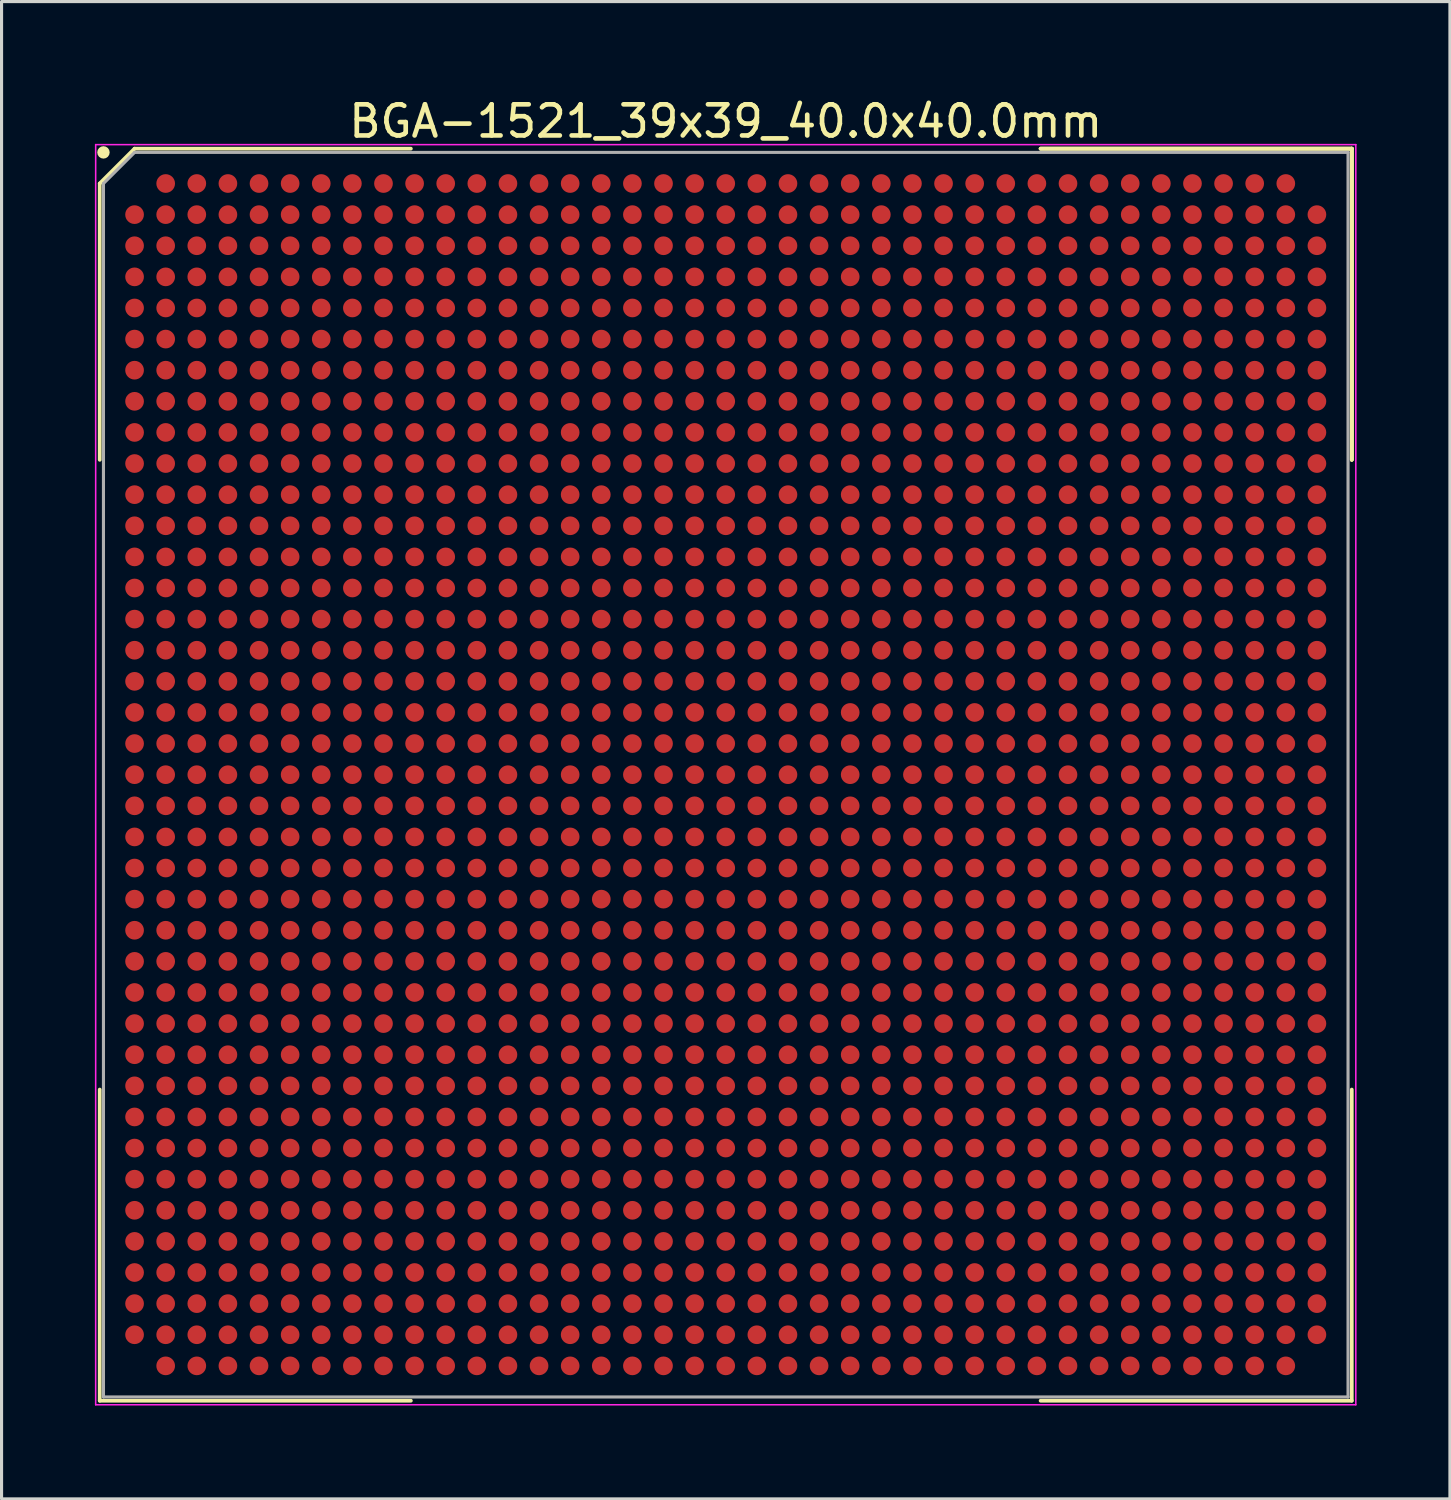
<source format=kicad_pcb>
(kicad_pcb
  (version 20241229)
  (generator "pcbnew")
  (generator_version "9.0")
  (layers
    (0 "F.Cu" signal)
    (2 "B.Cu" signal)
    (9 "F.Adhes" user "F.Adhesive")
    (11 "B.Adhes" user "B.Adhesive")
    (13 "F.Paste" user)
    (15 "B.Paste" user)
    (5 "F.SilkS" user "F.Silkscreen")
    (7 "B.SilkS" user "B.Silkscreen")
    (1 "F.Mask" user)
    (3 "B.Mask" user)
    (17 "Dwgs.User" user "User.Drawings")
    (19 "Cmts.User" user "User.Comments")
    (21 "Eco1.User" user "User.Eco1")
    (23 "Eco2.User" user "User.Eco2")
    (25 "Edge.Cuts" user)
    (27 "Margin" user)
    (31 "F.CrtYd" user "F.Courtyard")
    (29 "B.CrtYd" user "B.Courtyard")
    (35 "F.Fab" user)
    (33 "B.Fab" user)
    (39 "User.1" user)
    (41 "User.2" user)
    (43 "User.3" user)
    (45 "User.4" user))
  (footprint "BGA-1521_39x39_40.0x40.0mm"
    (layer "F.Cu")
    (at 20.275 21.848)
    (property "Reference" "BGA-1521_39x39_40.0x40.0mm" (at 0 -21 0) (layer "F.SilkS") (effects (font (size 1 1) (thickness 0.15))))
    (attr smd)
    (fp_line (start -20.12 -19) (end -20.12 -10.12) (stroke (width 0.12) (type solid)) (layer "F.SilkS"))
    (fp_line (start -20.12 20.12) (end -20.12 10.12) (stroke (width 0.12) (type solid)) (layer "F.SilkS"))
    (fp_line (start -19 -20.12) (end -20.12 -19) (stroke (width 0.12) (type solid)) (layer "F.SilkS"))
    (fp_line (start -10.12 -20.12) (end -19 -20.12) (stroke (width 0.12) (type solid)) (layer "F.SilkS"))
    (fp_line (start -10.12 20.12) (end -20.12 20.12) (stroke (width 0.12) (type solid)) (layer "F.SilkS"))
    (fp_line (start 10.12 -20.12) (end 20.12 -20.12) (stroke (width 0.12) (type solid)) (layer "F.SilkS"))
    (fp_line (start 10.12 -20.12) (end 20.12 -20.12) (stroke (width 0.12) (type solid)) (layer "F.SilkS"))
    (fp_line (start 10.12 -20.12) (end 20.12 -20.12) (stroke (width 0.12) (type solid)) (layer "F.SilkS"))
    (fp_line (start 10.12 20.12) (end 20.12 20.12) (stroke (width 0.12) (type solid)) (layer "F.SilkS"))
    (fp_line (start 20.12 -20.12) (end 20.12 -10.12) (stroke (width 0.12) (type solid)) (layer "F.SilkS"))
    (fp_line (start 20.12 -20.12) (end 20.12 -10.12) (stroke (width 0.12) (type solid)) (layer "F.SilkS"))
    (fp_line (start 20.12 -20.12) (end 20.12 -10.12) (stroke (width 0.12) (type solid)) (layer "F.SilkS"))
    (fp_line (start 20.12 20.12) (end 20.12 10.12) (stroke (width 0.12) (type solid)) (layer "F.SilkS"))
    (fp_circle (center -20 -20) (end -20 -19.9) (stroke (width 0.2) (type solid)) (fill no) (layer "F.SilkS"))
    (fp_line (start -20.25 -20.25) (end 20.25 -20.25) (stroke (width 0.05) (type solid)) (layer "F.CrtYd"))
    (fp_line (start -20.25 20.25) (end -20.25 -20.25) (stroke (width 0.05) (type solid)) (layer "F.CrtYd"))
    (fp_line (start 20.25 -20.25) (end 20.25 20.25) (stroke (width 0.05) (type solid)) (layer "F.CrtYd"))
    (fp_line (start 20.25 20.25) (end -20.25 20.25) (stroke (width 0.05) (type solid)) (layer "F.CrtYd"))
    (fp_line (start -20 -19) (end -20 20) (stroke (width 0.1) (type solid)) (layer "F.Fab"))
    (fp_line (start -20 20) (end 20 20) (stroke (width 0.1) (type solid)) (layer "F.Fab"))
    (fp_line (start -19 -20) (end -20 -19) (stroke (width 0.1) (type solid)) (layer "F.Fab"))
    (fp_line (start 20 -20) (end -19 -20) (stroke (width 0.1) (type solid)) (layer "F.Fab"))
    (fp_line (start 20 20) (end 20 -20) (stroke (width 0.1) (type solid)) (layer "F.Fab"))
    (pad "A2" smd circle (at -18 -19) (size 0.6 0.6) (layers "F.Cu" "F.Mask" "F.Paste"))
    (pad "A3" smd circle (at -17 -19) (size 0.6 0.6) (layers "F.Cu" "F.Mask" "F.Paste"))
    (pad "A4" smd circle (at -16 -19) (size 0.6 0.6) (layers "F.Cu" "F.Mask" "F.Paste"))
    (pad "A5" smd circle (at -15 -19) (size 0.6 0.6) (layers "F.Cu" "F.Mask" "F.Paste"))
    (pad "A6" smd circle (at -14 -19) (size 0.6 0.6) (layers "F.Cu" "F.Mask" "F.Paste"))
    (pad "A7" smd circle (at -13 -19) (size 0.6 0.6) (layers "F.Cu" "F.Mask" "F.Paste"))
    (pad "A8" smd circle (at -12 -19) (size 0.6 0.6) (layers "F.Cu" "F.Mask" "F.Paste"))
    (pad "A9" smd circle (at -11 -19) (size 0.6 0.6) (layers "F.Cu" "F.Mask" "F.Paste"))
    (pad "A10" smd circle (at -10 -19) (size 0.6 0.6) (layers "F.Cu" "F.Mask" "F.Paste"))
    (pad "A11" smd circle (at -9 -19) (size 0.6 0.6) (layers "F.Cu" "F.Mask" "F.Paste"))
    (pad "A12" smd circle (at -8 -19) (size 0.6 0.6) (layers "F.Cu" "F.Mask" "F.Paste"))
    (pad "A13" smd circle (at -7 -19) (size 0.6 0.6) (layers "F.Cu" "F.Mask" "F.Paste"))
    (pad "A14" smd circle (at -6 -19) (size 0.6 0.6) (layers "F.Cu" "F.Mask" "F.Paste"))
    (pad "A15" smd circle (at -5 -19) (size 0.6 0.6) (layers "F.Cu" "F.Mask" "F.Paste"))
    (pad "A16" smd circle (at -4 -19) (size 0.6 0.6) (layers "F.Cu" "F.Mask" "F.Paste"))
    (pad "A17" smd circle (at -3 -19) (size 0.6 0.6) (layers "F.Cu" "F.Mask" "F.Paste"))
    (pad "A18" smd circle (at -2 -19) (size 0.6 0.6) (layers "F.Cu" "F.Mask" "F.Paste"))
    (pad "A19" smd circle (at -1 -19) (size 0.6 0.6) (layers "F.Cu" "F.Mask" "F.Paste"))
    (pad "A20" smd circle (at 0 -19) (size 0.6 0.6) (layers "F.Cu" "F.Mask" "F.Paste"))
    (pad "A21" smd circle (at 1 -19) (size 0.6 0.6) (layers "F.Cu" "F.Mask" "F.Paste"))
    (pad "A22" smd circle (at 2 -19) (size 0.6 0.6) (layers "F.Cu" "F.Mask" "F.Paste"))
    (pad "A23" smd circle (at 3 -19) (size 0.6 0.6) (layers "F.Cu" "F.Mask" "F.Paste"))
    (pad "A24" smd circle (at 4 -19) (size 0.6 0.6) (layers "F.Cu" "F.Mask" "F.Paste"))
    (pad "A25" smd circle (at 5 -19) (size 0.6 0.6) (layers "F.Cu" "F.Mask" "F.Paste"))
    (pad "A26" smd circle (at 6 -19) (size 0.6 0.6) (layers "F.Cu" "F.Mask" "F.Paste"))
    (pad "A27" smd circle (at 7 -19) (size 0.6 0.6) (layers "F.Cu" "F.Mask" "F.Paste"))
    (pad "A28" smd circle (at 8 -19) (size 0.6 0.6) (layers "F.Cu" "F.Mask" "F.Paste"))
    (pad "A29" smd circle (at 9 -19) (size 0.6 0.6) (layers "F.Cu" "F.Mask" "F.Paste"))
    (pad "A30" smd circle (at 10 -19) (size 0.6 0.6) (layers "F.Cu" "F.Mask" "F.Paste"))
    (pad "A31" smd circle (at 11 -19) (size 0.6 0.6) (layers "F.Cu" "F.Mask" "F.Paste"))
    (pad "A32" smd circle (at 12 -19) (size 0.6 0.6) (layers "F.Cu" "F.Mask" "F.Paste"))
    (pad "A33" smd circle (at 13 -19) (size 0.6 0.6) (layers "F.Cu" "F.Mask" "F.Paste"))
    (pad "A34" smd circle (at 14 -19) (size 0.6 0.6) (layers "F.Cu" "F.Mask" "F.Paste"))
    (pad "A35" smd circle (at 15 -19) (size 0.6 0.6) (layers "F.Cu" "F.Mask" "F.Paste"))
    (pad "A36" smd circle (at 16 -19) (size 0.6 0.6) (layers "F.Cu" "F.Mask" "F.Paste"))
    (pad "A37" smd circle (at 17 -19) (size 0.6 0.6) (layers "F.Cu" "F.Mask" "F.Paste"))
    (pad "A38" smd circle (at 18 -19) (size 0.6 0.6) (layers "F.Cu" "F.Mask" "F.Paste"))
    (pad "AA1" smd circle (at -19 1) (size 0.6 0.6) (layers "F.Cu" "F.Mask" "F.Paste"))
    (pad "AA2" smd circle (at -18 1) (size 0.6 0.6) (layers "F.Cu" "F.Mask" "F.Paste"))
    (pad "AA3" smd circle (at -17 1) (size 0.6 0.6) (layers "F.Cu" "F.Mask" "F.Paste"))
    (pad "AA4" smd circle (at -16 1) (size 0.6 0.6) (layers "F.Cu" "F.Mask" "F.Paste"))
    (pad "AA5" smd circle (at -15 1) (size 0.6 0.6) (layers "F.Cu" "F.Mask" "F.Paste"))
    (pad "AA6" smd circle (at -14 1) (size 0.6 0.6) (layers "F.Cu" "F.Mask" "F.Paste"))
    (pad "AA7" smd circle (at -13 1) (size 0.6 0.6) (layers "F.Cu" "F.Mask" "F.Paste"))
    (pad "AA8" smd circle (at -12 1) (size 0.6 0.6) (layers "F.Cu" "F.Mask" "F.Paste"))
    (pad "AA9" smd circle (at -11 1) (size 0.6 0.6) (layers "F.Cu" "F.Mask" "F.Paste"))
    (pad "AA10" smd circle (at -10 1) (size 0.6 0.6) (layers "F.Cu" "F.Mask" "F.Paste"))
    (pad "AA11" smd circle (at -9 1) (size 0.6 0.6) (layers "F.Cu" "F.Mask" "F.Paste"))
    (pad "AA12" smd circle (at -8 1) (size 0.6 0.6) (layers "F.Cu" "F.Mask" "F.Paste"))
    (pad "AA13" smd circle (at -7 1) (size 0.6 0.6) (layers "F.Cu" "F.Mask" "F.Paste"))
    (pad "AA14" smd circle (at -6 1) (size 0.6 0.6) (layers "F.Cu" "F.Mask" "F.Paste"))
    (pad "AA15" smd circle (at -5 1) (size 0.6 0.6) (layers "F.Cu" "F.Mask" "F.Paste"))
    (pad "AA16" smd circle (at -4 1) (size 0.6 0.6) (layers "F.Cu" "F.Mask" "F.Paste"))
    (pad "AA17" smd circle (at -3 1) (size 0.6 0.6) (layers "F.Cu" "F.Mask" "F.Paste"))
    (pad "AA18" smd circle (at -2 1) (size 0.6 0.6) (layers "F.Cu" "F.Mask" "F.Paste"))
    (pad "AA19" smd circle (at -1 1) (size 0.6 0.6) (layers "F.Cu" "F.Mask" "F.Paste"))
    (pad "AA20" smd circle (at 0 1) (size 0.6 0.6) (layers "F.Cu" "F.Mask" "F.Paste"))
    (pad "AA21" smd circle (at 1 1) (size 0.6 0.6) (layers "F.Cu" "F.Mask" "F.Paste"))
    (pad "AA22" smd circle (at 2 1) (size 0.6 0.6) (layers "F.Cu" "F.Mask" "F.Paste"))
    (pad "AA23" smd circle (at 3 1) (size 0.6 0.6) (layers "F.Cu" "F.Mask" "F.Paste"))
    (pad "AA24" smd circle (at 4 1) (size 0.6 0.6) (layers "F.Cu" "F.Mask" "F.Paste"))
    (pad "AA25" smd circle (at 5 1) (size 0.6 0.6) (layers "F.Cu" "F.Mask" "F.Paste"))
    (pad "AA26" smd circle (at 6 1) (size 0.6 0.6) (layers "F.Cu" "F.Mask" "F.Paste"))
    (pad "AA27" smd circle (at 7 1) (size 0.6 0.6) (layers "F.Cu" "F.Mask" "F.Paste"))
    (pad "AA28" smd circle (at 8 1) (size 0.6 0.6) (layers "F.Cu" "F.Mask" "F.Paste"))
    (pad "AA29" smd circle (at 9 1) (size 0.6 0.6) (layers "F.Cu" "F.Mask" "F.Paste"))
    (pad "AA30" smd circle (at 10 1) (size 0.6 0.6) (layers "F.Cu" "F.Mask" "F.Paste"))
    (pad "AA31" smd circle (at 11 1) (size 0.6 0.6) (layers "F.Cu" "F.Mask" "F.Paste"))
    (pad "AA32" smd circle (at 12 1) (size 0.6 0.6) (layers "F.Cu" "F.Mask" "F.Paste"))
    (pad "AA33" smd circle (at 13 1) (size 0.6 0.6) (layers "F.Cu" "F.Mask" "F.Paste"))
    (pad "AA34" smd circle (at 14 1) (size 0.6 0.6) (layers "F.Cu" "F.Mask" "F.Paste"))
    (pad "AA35" smd circle (at 15 1) (size 0.6 0.6) (layers "F.Cu" "F.Mask" "F.Paste"))
    (pad "AA36" smd circle (at 16 1) (size 0.6 0.6) (layers "F.Cu" "F.Mask" "F.Paste"))
    (pad "AA37" smd circle (at 17 1) (size 0.6 0.6) (layers "F.Cu" "F.Mask" "F.Paste"))
    (pad "AA38" smd circle (at 18 1) (size 0.6 0.6) (layers "F.Cu" "F.Mask" "F.Paste"))
    (pad "AA39" smd circle (at 19 1) (size 0.6 0.6) (layers "F.Cu" "F.Mask" "F.Paste"))
    (pad "AB1" smd circle (at -19 2) (size 0.6 0.6) (layers "F.Cu" "F.Mask" "F.Paste"))
    (pad "AB2" smd circle (at -18 2) (size 0.6 0.6) (layers "F.Cu" "F.Mask" "F.Paste"))
    (pad "AB3" smd circle (at -17 2) (size 0.6 0.6) (layers "F.Cu" "F.Mask" "F.Paste"))
    (pad "AB4" smd circle (at -16 2) (size 0.6 0.6) (layers "F.Cu" "F.Mask" "F.Paste"))
    (pad "AB5" smd circle (at -15 2) (size 0.6 0.6) (layers "F.Cu" "F.Mask" "F.Paste"))
    (pad "AB6" smd circle (at -14 2) (size 0.6 0.6) (layers "F.Cu" "F.Mask" "F.Paste"))
    (pad "AB7" smd circle (at -13 2) (size 0.6 0.6) (layers "F.Cu" "F.Mask" "F.Paste"))
    (pad "AB8" smd circle (at -12 2) (size 0.6 0.6) (layers "F.Cu" "F.Mask" "F.Paste"))
    (pad "AB9" smd circle (at -11 2) (size 0.6 0.6) (layers "F.Cu" "F.Mask" "F.Paste"))
    (pad "AB10" smd circle (at -10 2) (size 0.6 0.6) (layers "F.Cu" "F.Mask" "F.Paste"))
    (pad "AB11" smd circle (at -9 2) (size 0.6 0.6) (layers "F.Cu" "F.Mask" "F.Paste"))
    (pad "AB12" smd circle (at -8 2) (size 0.6 0.6) (layers "F.Cu" "F.Mask" "F.Paste"))
    (pad "AB13" smd circle (at -7 2) (size 0.6 0.6) (layers "F.Cu" "F.Mask" "F.Paste"))
    (pad "AB14" smd circle (at -6 2) (size 0.6 0.6) (layers "F.Cu" "F.Mask" "F.Paste"))
    (pad "AB15" smd circle (at -5 2) (size 0.6 0.6) (layers "F.Cu" "F.Mask" "F.Paste"))
    (pad "AB16" smd circle (at -4 2) (size 0.6 0.6) (layers "F.Cu" "F.Mask" "F.Paste"))
    (pad "AB17" smd circle (at -3 2) (size 0.6 0.6) (layers "F.Cu" "F.Mask" "F.Paste"))
    (pad "AB18" smd circle (at -2 2) (size 0.6 0.6) (layers "F.Cu" "F.Mask" "F.Paste"))
    (pad "AB19" smd circle (at -1 2) (size 0.6 0.6) (layers "F.Cu" "F.Mask" "F.Paste"))
    (pad "AB20" smd circle (at 0 2) (size 0.6 0.6) (layers "F.Cu" "F.Mask" "F.Paste"))
    (pad "AB21" smd circle (at 1 2) (size 0.6 0.6) (layers "F.Cu" "F.Mask" "F.Paste"))
    (pad "AB22" smd circle (at 2 2) (size 0.6 0.6) (layers "F.Cu" "F.Mask" "F.Paste"))
    (pad "AB23" smd circle (at 3 2) (size 0.6 0.6) (layers "F.Cu" "F.Mask" "F.Paste"))
    (pad "AB24" smd circle (at 4 2) (size 0.6 0.6) (layers "F.Cu" "F.Mask" "F.Paste"))
    (pad "AB25" smd circle (at 5 2) (size 0.6 0.6) (layers "F.Cu" "F.Mask" "F.Paste"))
    (pad "AB26" smd circle (at 6 2) (size 0.6 0.6) (layers "F.Cu" "F.Mask" "F.Paste"))
    (pad "AB27" smd circle (at 7 2) (size 0.6 0.6) (layers "F.Cu" "F.Mask" "F.Paste"))
    (pad "AB28" smd circle (at 8 2) (size 0.6 0.6) (layers "F.Cu" "F.Mask" "F.Paste"))
    (pad "AB29" smd circle (at 9 2) (size 0.6 0.6) (layers "F.Cu" "F.Mask" "F.Paste"))
    (pad "AB30" smd circle (at 10 2) (size 0.6 0.6) (layers "F.Cu" "F.Mask" "F.Paste"))
    (pad "AB31" smd circle (at 11 2) (size 0.6 0.6) (layers "F.Cu" "F.Mask" "F.Paste"))
    (pad "AB32" smd circle (at 12 2) (size 0.6 0.6) (layers "F.Cu" "F.Mask" "F.Paste"))
    (pad "AB33" smd circle (at 13 2) (size 0.6 0.6) (layers "F.Cu" "F.Mask" "F.Paste"))
    (pad "AB34" smd circle (at 14 2) (size 0.6 0.6) (layers "F.Cu" "F.Mask" "F.Paste"))
    (pad "AB35" smd circle (at 15 2) (size 0.6 0.6) (layers "F.Cu" "F.Mask" "F.Paste"))
    (pad "AB36" smd circle (at 16 2) (size 0.6 0.6) (layers "F.Cu" "F.Mask" "F.Paste"))
    (pad "AB37" smd circle (at 17 2) (size 0.6 0.6) (layers "F.Cu" "F.Mask" "F.Paste"))
    (pad "AB38" smd circle (at 18 2) (size 0.6 0.6) (layers "F.Cu" "F.Mask" "F.Paste"))
    (pad "AB39" smd circle (at 19 2) (size 0.6 0.6) (layers "F.Cu" "F.Mask" "F.Paste"))
    (pad "AC1" smd circle (at -19 3) (size 0.6 0.6) (layers "F.Cu" "F.Mask" "F.Paste"))
    (pad "AC2" smd circle (at -18 3) (size 0.6 0.6) (layers "F.Cu" "F.Mask" "F.Paste"))
    (pad "AC3" smd circle (at -17 3) (size 0.6 0.6) (layers "F.Cu" "F.Mask" "F.Paste"))
    (pad "AC4" smd circle (at -16 3) (size 0.6 0.6) (layers "F.Cu" "F.Mask" "F.Paste"))
    (pad "AC5" smd circle (at -15 3) (size 0.6 0.6) (layers "F.Cu" "F.Mask" "F.Paste"))
    (pad "AC6" smd circle (at -14 3) (size 0.6 0.6) (layers "F.Cu" "F.Mask" "F.Paste"))
    (pad "AC7" smd circle (at -13 3) (size 0.6 0.6) (layers "F.Cu" "F.Mask" "F.Paste"))
    (pad "AC8" smd circle (at -12 3) (size 0.6 0.6) (layers "F.Cu" "F.Mask" "F.Paste"))
    (pad "AC9" smd circle (at -11 3) (size 0.6 0.6) (layers "F.Cu" "F.Mask" "F.Paste"))
    (pad "AC10" smd circle (at -10 3) (size 0.6 0.6) (layers "F.Cu" "F.Mask" "F.Paste"))
    (pad "AC11" smd circle (at -9 3) (size 0.6 0.6) (layers "F.Cu" "F.Mask" "F.Paste"))
    (pad "AC12" smd circle (at -8 3) (size 0.6 0.6) (layers "F.Cu" "F.Mask" "F.Paste"))
    (pad "AC13" smd circle (at -7 3) (size 0.6 0.6) (layers "F.Cu" "F.Mask" "F.Paste"))
    (pad "AC14" smd circle (at -6 3) (size 0.6 0.6) (layers "F.Cu" "F.Mask" "F.Paste"))
    (pad "AC15" smd circle (at -5 3) (size 0.6 0.6) (layers "F.Cu" "F.Mask" "F.Paste"))
    (pad "AC16" smd circle (at -4 3) (size 0.6 0.6) (layers "F.Cu" "F.Mask" "F.Paste"))
    (pad "AC17" smd circle (at -3 3) (size 0.6 0.6) (layers "F.Cu" "F.Mask" "F.Paste"))
    (pad "AC18" smd circle (at -2 3) (size 0.6 0.6) (layers "F.Cu" "F.Mask" "F.Paste"))
    (pad "AC19" smd circle (at -1 3) (size 0.6 0.6) (layers "F.Cu" "F.Mask" "F.Paste"))
    (pad "AC20" smd circle (at 0 3) (size 0.6 0.6) (layers "F.Cu" "F.Mask" "F.Paste"))
    (pad "AC21" smd circle (at 1 3) (size 0.6 0.6) (layers "F.Cu" "F.Mask" "F.Paste"))
    (pad "AC22" smd circle (at 2 3) (size 0.6 0.6) (layers "F.Cu" "F.Mask" "F.Paste"))
    (pad "AC23" smd circle (at 3 3) (size 0.6 0.6) (layers "F.Cu" "F.Mask" "F.Paste"))
    (pad "AC24" smd circle (at 4 3) (size 0.6 0.6) (layers "F.Cu" "F.Mask" "F.Paste"))
    (pad "AC25" smd circle (at 5 3) (size 0.6 0.6) (layers "F.Cu" "F.Mask" "F.Paste"))
    (pad "AC26" smd circle (at 6 3) (size 0.6 0.6) (layers "F.Cu" "F.Mask" "F.Paste"))
    (pad "AC27" smd circle (at 7 3) (size 0.6 0.6) (layers "F.Cu" "F.Mask" "F.Paste"))
    (pad "AC28" smd circle (at 8 3) (size 0.6 0.6) (layers "F.Cu" "F.Mask" "F.Paste"))
    (pad "AC29" smd circle (at 9 3) (size 0.6 0.6) (layers "F.Cu" "F.Mask" "F.Paste"))
    (pad "AC30" smd circle (at 10 3) (size 0.6 0.6) (layers "F.Cu" "F.Mask" "F.Paste"))
    (pad "AC31" smd circle (at 11 3) (size 0.6 0.6) (layers "F.Cu" "F.Mask" "F.Paste"))
    (pad "AC32" smd circle (at 12 3) (size 0.6 0.6) (layers "F.Cu" "F.Mask" "F.Paste"))
    (pad "AC33" smd circle (at 13 3) (size 0.6 0.6) (layers "F.Cu" "F.Mask" "F.Paste"))
    (pad "AC34" smd circle (at 14 3) (size 0.6 0.6) (layers "F.Cu" "F.Mask" "F.Paste"))
    (pad "AC35" smd circle (at 15 3) (size 0.6 0.6) (layers "F.Cu" "F.Mask" "F.Paste"))
    (pad "AC36" smd circle (at 16 3) (size 0.6 0.6) (layers "F.Cu" "F.Mask" "F.Paste"))
    (pad "AC37" smd circle (at 17 3) (size 0.6 0.6) (layers "F.Cu" "F.Mask" "F.Paste"))
    (pad "AC38" smd circle (at 18 3) (size 0.6 0.6) (layers "F.Cu" "F.Mask" "F.Paste"))
    (pad "AC39" smd circle (at 19 3) (size 0.6 0.6) (layers "F.Cu" "F.Mask" "F.Paste"))
    (pad "AD1" smd circle (at -19 4) (size 0.6 0.6) (layers "F.Cu" "F.Mask" "F.Paste"))
    (pad "AD2" smd circle (at -18 4) (size 0.6 0.6) (layers "F.Cu" "F.Mask" "F.Paste"))
    (pad "AD3" smd circle (at -17 4) (size 0.6 0.6) (layers "F.Cu" "F.Mask" "F.Paste"))
    (pad "AD4" smd circle (at -16 4) (size 0.6 0.6) (layers "F.Cu" "F.Mask" "F.Paste"))
    (pad "AD5" smd circle (at -15 4) (size 0.6 0.6) (layers "F.Cu" "F.Mask" "F.Paste"))
    (pad "AD6" smd circle (at -14 4) (size 0.6 0.6) (layers "F.Cu" "F.Mask" "F.Paste"))
    (pad "AD7" smd circle (at -13 4) (size 0.6 0.6) (layers "F.Cu" "F.Mask" "F.Paste"))
    (pad "AD8" smd circle (at -12 4) (size 0.6 0.6) (layers "F.Cu" "F.Mask" "F.Paste"))
    (pad "AD9" smd circle (at -11 4) (size 0.6 0.6) (layers "F.Cu" "F.Mask" "F.Paste"))
    (pad "AD10" smd circle (at -10 4) (size 0.6 0.6) (layers "F.Cu" "F.Mask" "F.Paste"))
    (pad "AD11" smd circle (at -9 4) (size 0.6 0.6) (layers "F.Cu" "F.Mask" "F.Paste"))
    (pad "AD12" smd circle (at -8 4) (size 0.6 0.6) (layers "F.Cu" "F.Mask" "F.Paste"))
    (pad "AD13" smd circle (at -7 4) (size 0.6 0.6) (layers "F.Cu" "F.Mask" "F.Paste"))
    (pad "AD14" smd circle (at -6 4) (size 0.6 0.6) (layers "F.Cu" "F.Mask" "F.Paste"))
    (pad "AD15" smd circle (at -5 4) (size 0.6 0.6) (layers "F.Cu" "F.Mask" "F.Paste"))
    (pad "AD16" smd circle (at -4 4) (size 0.6 0.6) (layers "F.Cu" "F.Mask" "F.Paste"))
    (pad "AD17" smd circle (at -3 4) (size 0.6 0.6) (layers "F.Cu" "F.Mask" "F.Paste"))
    (pad "AD18" smd circle (at -2 4) (size 0.6 0.6) (layers "F.Cu" "F.Mask" "F.Paste"))
    (pad "AD19" smd circle (at -1 4) (size 0.6 0.6) (layers "F.Cu" "F.Mask" "F.Paste"))
    (pad "AD20" smd circle (at 0 4) (size 0.6 0.6) (layers "F.Cu" "F.Mask" "F.Paste"))
    (pad "AD21" smd circle (at 1 4) (size 0.6 0.6) (layers "F.Cu" "F.Mask" "F.Paste"))
    (pad "AD22" smd circle (at 2 4) (size 0.6 0.6) (layers "F.Cu" "F.Mask" "F.Paste"))
    (pad "AD23" smd circle (at 3 4) (size 0.6 0.6) (layers "F.Cu" "F.Mask" "F.Paste"))
    (pad "AD24" smd circle (at 4 4) (size 0.6 0.6) (layers "F.Cu" "F.Mask" "F.Paste"))
    (pad "AD25" smd circle (at 5 4) (size 0.6 0.6) (layers "F.Cu" "F.Mask" "F.Paste"))
    (pad "AD26" smd circle (at 6 4) (size 0.6 0.6) (layers "F.Cu" "F.Mask" "F.Paste"))
    (pad "AD27" smd circle (at 7 4) (size 0.6 0.6) (layers "F.Cu" "F.Mask" "F.Paste"))
    (pad "AD28" smd circle (at 8 4) (size 0.6 0.6) (layers "F.Cu" "F.Mask" "F.Paste"))
    (pad "AD29" smd circle (at 9 4) (size 0.6 0.6) (layers "F.Cu" "F.Mask" "F.Paste"))
    (pad "AD30" smd circle (at 10 4) (size 0.6 0.6) (layers "F.Cu" "F.Mask" "F.Paste"))
    (pad "AD31" smd circle (at 11 4) (size 0.6 0.6) (layers "F.Cu" "F.Mask" "F.Paste"))
    (pad "AD32" smd circle (at 12 4) (size 0.6 0.6) (layers "F.Cu" "F.Mask" "F.Paste"))
    (pad "AD33" smd circle (at 13 4) (size 0.6 0.6) (layers "F.Cu" "F.Mask" "F.Paste"))
    (pad "AD34" smd circle (at 14 4) (size 0.6 0.6) (layers "F.Cu" "F.Mask" "F.Paste"))
    (pad "AD35" smd circle (at 15 4) (size 0.6 0.6) (layers "F.Cu" "F.Mask" "F.Paste"))
    (pad "AD36" smd circle (at 16 4) (size 0.6 0.6) (layers "F.Cu" "F.Mask" "F.Paste"))
    (pad "AD37" smd circle (at 17 4) (size 0.6 0.6) (layers "F.Cu" "F.Mask" "F.Paste"))
    (pad "AD38" smd circle (at 18 4) (size 0.6 0.6) (layers "F.Cu" "F.Mask" "F.Paste"))
    (pad "AD39" smd circle (at 19 4) (size 0.6 0.6) (layers "F.Cu" "F.Mask" "F.Paste"))
    (pad "AE1" smd circle (at -19 5) (size 0.6 0.6) (layers "F.Cu" "F.Mask" "F.Paste"))
    (pad "AE2" smd circle (at -18 5) (size 0.6 0.6) (layers "F.Cu" "F.Mask" "F.Paste"))
    (pad "AE3" smd circle (at -17 5) (size 0.6 0.6) (layers "F.Cu" "F.Mask" "F.Paste"))
    (pad "AE4" smd circle (at -16 5) (size 0.6 0.6) (layers "F.Cu" "F.Mask" "F.Paste"))
    (pad "AE5" smd circle (at -15 5) (size 0.6 0.6) (layers "F.Cu" "F.Mask" "F.Paste"))
    (pad "AE6" smd circle (at -14 5) (size 0.6 0.6) (layers "F.Cu" "F.Mask" "F.Paste"))
    (pad "AE7" smd circle (at -13 5) (size 0.6 0.6) (layers "F.Cu" "F.Mask" "F.Paste"))
    (pad "AE8" smd circle (at -12 5) (size 0.6 0.6) (layers "F.Cu" "F.Mask" "F.Paste"))
    (pad "AE9" smd circle (at -11 5) (size 0.6 0.6) (layers "F.Cu" "F.Mask" "F.Paste"))
    (pad "AE10" smd circle (at -10 5) (size 0.6 0.6) (layers "F.Cu" "F.Mask" "F.Paste"))
    (pad "AE11" smd circle (at -9 5) (size 0.6 0.6) (layers "F.Cu" "F.Mask" "F.Paste"))
    (pad "AE12" smd circle (at -8 5) (size 0.6 0.6) (layers "F.Cu" "F.Mask" "F.Paste"))
    (pad "AE13" smd circle (at -7 5) (size 0.6 0.6) (layers "F.Cu" "F.Mask" "F.Paste"))
    (pad "AE14" smd circle (at -6 5) (size 0.6 0.6) (layers "F.Cu" "F.Mask" "F.Paste"))
    (pad "AE15" smd circle (at -5 5) (size 0.6 0.6) (layers "F.Cu" "F.Mask" "F.Paste"))
    (pad "AE16" smd circle (at -4 5) (size 0.6 0.6) (layers "F.Cu" "F.Mask" "F.Paste"))
    (pad "AE17" smd circle (at -3 5) (size 0.6 0.6) (layers "F.Cu" "F.Mask" "F.Paste"))
    (pad "AE18" smd circle (at -2 5) (size 0.6 0.6) (layers "F.Cu" "F.Mask" "F.Paste"))
    (pad "AE19" smd circle (at -1 5) (size 0.6 0.6) (layers "F.Cu" "F.Mask" "F.Paste"))
    (pad "AE20" smd circle (at 0 5) (size 0.6 0.6) (layers "F.Cu" "F.Mask" "F.Paste"))
    (pad "AE21" smd circle (at 1 5) (size 0.6 0.6) (layers "F.Cu" "F.Mask" "F.Paste"))
    (pad "AE22" smd circle (at 2 5) (size 0.6 0.6) (layers "F.Cu" "F.Mask" "F.Paste"))
    (pad "AE23" smd circle (at 3 5) (size 0.6 0.6) (layers "F.Cu" "F.Mask" "F.Paste"))
    (pad "AE24" smd circle (at 4 5) (size 0.6 0.6) (layers "F.Cu" "F.Mask" "F.Paste"))
    (pad "AE25" smd circle (at 5 5) (size 0.6 0.6) (layers "F.Cu" "F.Mask" "F.Paste"))
    (pad "AE26" smd circle (at 6 5) (size 0.6 0.6) (layers "F.Cu" "F.Mask" "F.Paste"))
    (pad "AE27" smd circle (at 7 5) (size 0.6 0.6) (layers "F.Cu" "F.Mask" "F.Paste"))
    (pad "AE28" smd circle (at 8 5) (size 0.6 0.6) (layers "F.Cu" "F.Mask" "F.Paste"))
    (pad "AE29" smd circle (at 9 5) (size 0.6 0.6) (layers "F.Cu" "F.Mask" "F.Paste"))
    (pad "AE30" smd circle (at 10 5) (size 0.6 0.6) (layers "F.Cu" "F.Mask" "F.Paste"))
    (pad "AE31" smd circle (at 11 5) (size 0.6 0.6) (layers "F.Cu" "F.Mask" "F.Paste"))
    (pad "AE32" smd circle (at 12 5) (size 0.6 0.6) (layers "F.Cu" "F.Mask" "F.Paste"))
    (pad "AE33" smd circle (at 13 5) (size 0.6 0.6) (layers "F.Cu" "F.Mask" "F.Paste"))
    (pad "AE34" smd circle (at 14 5) (size 0.6 0.6) (layers "F.Cu" "F.Mask" "F.Paste"))
    (pad "AE35" smd circle (at 15 5) (size 0.6 0.6) (layers "F.Cu" "F.Mask" "F.Paste"))
    (pad "AE36" smd circle (at 16 5) (size 0.6 0.6) (layers "F.Cu" "F.Mask" "F.Paste"))
    (pad "AE37" smd circle (at 17 5) (size 0.6 0.6) (layers "F.Cu" "F.Mask" "F.Paste"))
    (pad "AE38" smd circle (at 18 5) (size 0.6 0.6) (layers "F.Cu" "F.Mask" "F.Paste"))
    (pad "AE39" smd circle (at 19 5) (size 0.6 0.6) (layers "F.Cu" "F.Mask" "F.Paste"))
    (pad "AF1" smd circle (at -19 6) (size 0.6 0.6) (layers "F.Cu" "F.Mask" "F.Paste"))
    (pad "AF2" smd circle (at -18 6) (size 0.6 0.6) (layers "F.Cu" "F.Mask" "F.Paste"))
    (pad "AF3" smd circle (at -17 6) (size 0.6 0.6) (layers "F.Cu" "F.Mask" "F.Paste"))
    (pad "AF4" smd circle (at -16 6) (size 0.6 0.6) (layers "F.Cu" "F.Mask" "F.Paste"))
    (pad "AF5" smd circle (at -15 6) (size 0.6 0.6) (layers "F.Cu" "F.Mask" "F.Paste"))
    (pad "AF6" smd circle (at -14 6) (size 0.6 0.6) (layers "F.Cu" "F.Mask" "F.Paste"))
    (pad "AF7" smd circle (at -13 6) (size 0.6 0.6) (layers "F.Cu" "F.Mask" "F.Paste"))
    (pad "AF8" smd circle (at -12 6) (size 0.6 0.6) (layers "F.Cu" "F.Mask" "F.Paste"))
    (pad "AF9" smd circle (at -11 6) (size 0.6 0.6) (layers "F.Cu" "F.Mask" "F.Paste"))
    (pad "AF10" smd circle (at -10 6) (size 0.6 0.6) (layers "F.Cu" "F.Mask" "F.Paste"))
    (pad "AF11" smd circle (at -9 6) (size 0.6 0.6) (layers "F.Cu" "F.Mask" "F.Paste"))
    (pad "AF12" smd circle (at -8 6) (size 0.6 0.6) (layers "F.Cu" "F.Mask" "F.Paste"))
    (pad "AF13" smd circle (at -7 6) (size 0.6 0.6) (layers "F.Cu" "F.Mask" "F.Paste"))
    (pad "AF14" smd circle (at -6 6) (size 0.6 0.6) (layers "F.Cu" "F.Mask" "F.Paste"))
    (pad "AF15" smd circle (at -5 6) (size 0.6 0.6) (layers "F.Cu" "F.Mask" "F.Paste"))
    (pad "AF16" smd circle (at -4 6) (size 0.6 0.6) (layers "F.Cu" "F.Mask" "F.Paste"))
    (pad "AF17" smd circle (at -3 6) (size 0.6 0.6) (layers "F.Cu" "F.Mask" "F.Paste"))
    (pad "AF18" smd circle (at -2 6) (size 0.6 0.6) (layers "F.Cu" "F.Mask" "F.Paste"))
    (pad "AF19" smd circle (at -1 6) (size 0.6 0.6) (layers "F.Cu" "F.Mask" "F.Paste"))
    (pad "AF20" smd circle (at 0 6) (size 0.6 0.6) (layers "F.Cu" "F.Mask" "F.Paste"))
    (pad "AF21" smd circle (at 1 6) (size 0.6 0.6) (layers "F.Cu" "F.Mask" "F.Paste"))
    (pad "AF22" smd circle (at 2 6) (size 0.6 0.6) (layers "F.Cu" "F.Mask" "F.Paste"))
    (pad "AF23" smd circle (at 3 6) (size 0.6 0.6) (layers "F.Cu" "F.Mask" "F.Paste"))
    (pad "AF24" smd circle (at 4 6) (size 0.6 0.6) (layers "F.Cu" "F.Mask" "F.Paste"))
    (pad "AF25" smd circle (at 5 6) (size 0.6 0.6) (layers "F.Cu" "F.Mask" "F.Paste"))
    (pad "AF26" smd circle (at 6 6) (size 0.6 0.6) (layers "F.Cu" "F.Mask" "F.Paste"))
    (pad "AF27" smd circle (at 7 6) (size 0.6 0.6) (layers "F.Cu" "F.Mask" "F.Paste"))
    (pad "AF28" smd circle (at 8 6) (size 0.6 0.6) (layers "F.Cu" "F.Mask" "F.Paste"))
    (pad "AF29" smd circle (at 9 6) (size 0.6 0.6) (layers "F.Cu" "F.Mask" "F.Paste"))
    (pad "AF30" smd circle (at 10 6) (size 0.6 0.6) (layers "F.Cu" "F.Mask" "F.Paste"))
    (pad "AF31" smd circle (at 11 6) (size 0.6 0.6) (layers "F.Cu" "F.Mask" "F.Paste"))
    (pad "AF32" smd circle (at 12 6) (size 0.6 0.6) (layers "F.Cu" "F.Mask" "F.Paste"))
    (pad "AF33" smd circle (at 13 6) (size 0.6 0.6) (layers "F.Cu" "F.Mask" "F.Paste"))
    (pad "AF34" smd circle (at 14 6) (size 0.6 0.6) (layers "F.Cu" "F.Mask" "F.Paste"))
    (pad "AF35" smd circle (at 15 6) (size 0.6 0.6) (layers "F.Cu" "F.Mask" "F.Paste"))
    (pad "AF36" smd circle (at 16 6) (size 0.6 0.6) (layers "F.Cu" "F.Mask" "F.Paste"))
    (pad "AF37" smd circle (at 17 6) (size 0.6 0.6) (layers "F.Cu" "F.Mask" "F.Paste"))
    (pad "AF38" smd circle (at 18 6) (size 0.6 0.6) (layers "F.Cu" "F.Mask" "F.Paste"))
    (pad "AF39" smd circle (at 19 6) (size 0.6 0.6) (layers "F.Cu" "F.Mask" "F.Paste"))
    (pad "AG1" smd circle (at -19 7) (size 0.6 0.6) (layers "F.Cu" "F.Mask" "F.Paste"))
    (pad "AG2" smd circle (at -18 7) (size 0.6 0.6) (layers "F.Cu" "F.Mask" "F.Paste"))
    (pad "AG3" smd circle (at -17 7) (size 0.6 0.6) (layers "F.Cu" "F.Mask" "F.Paste"))
    (pad "AG4" smd circle (at -16 7) (size 0.6 0.6) (layers "F.Cu" "F.Mask" "F.Paste"))
    (pad "AG5" smd circle (at -15 7) (size 0.6 0.6) (layers "F.Cu" "F.Mask" "F.Paste"))
    (pad "AG6" smd circle (at -14 7) (size 0.6 0.6) (layers "F.Cu" "F.Mask" "F.Paste"))
    (pad "AG7" smd circle (at -13 7) (size 0.6 0.6) (layers "F.Cu" "F.Mask" "F.Paste"))
    (pad "AG8" smd circle (at -12 7) (size 0.6 0.6) (layers "F.Cu" "F.Mask" "F.Paste"))
    (pad "AG9" smd circle (at -11 7) (size 0.6 0.6) (layers "F.Cu" "F.Mask" "F.Paste"))
    (pad "AG10" smd circle (at -10 7) (size 0.6 0.6) (layers "F.Cu" "F.Mask" "F.Paste"))
    (pad "AG11" smd circle (at -9 7) (size 0.6 0.6) (layers "F.Cu" "F.Mask" "F.Paste"))
    (pad "AG12" smd circle (at -8 7) (size 0.6 0.6) (layers "F.Cu" "F.Mask" "F.Paste"))
    (pad "AG13" smd circle (at -7 7) (size 0.6 0.6) (layers "F.Cu" "F.Mask" "F.Paste"))
    (pad "AG14" smd circle (at -6 7) (size 0.6 0.6) (layers "F.Cu" "F.Mask" "F.Paste"))
    (pad "AG15" smd circle (at -5 7) (size 0.6 0.6) (layers "F.Cu" "F.Mask" "F.Paste"))
    (pad "AG16" smd circle (at -4 7) (size 0.6 0.6) (layers "F.Cu" "F.Mask" "F.Paste"))
    (pad "AG17" smd circle (at -3 7) (size 0.6 0.6) (layers "F.Cu" "F.Mask" "F.Paste"))
    (pad "AG18" smd circle (at -2 7) (size 0.6 0.6) (layers "F.Cu" "F.Mask" "F.Paste"))
    (pad "AG19" smd circle (at -1 7) (size 0.6 0.6) (layers "F.Cu" "F.Mask" "F.Paste"))
    (pad "AG20" smd circle (at 0 7) (size 0.6 0.6) (layers "F.Cu" "F.Mask" "F.Paste"))
    (pad "AG21" smd circle (at 1 7) (size 0.6 0.6) (layers "F.Cu" "F.Mask" "F.Paste"))
    (pad "AG22" smd circle (at 2 7) (size 0.6 0.6) (layers "F.Cu" "F.Mask" "F.Paste"))
    (pad "AG23" smd circle (at 3 7) (size 0.6 0.6) (layers "F.Cu" "F.Mask" "F.Paste"))
    (pad "AG24" smd circle (at 4 7) (size 0.6 0.6) (layers "F.Cu" "F.Mask" "F.Paste"))
    (pad "AG25" smd circle (at 5 7) (size 0.6 0.6) (layers "F.Cu" "F.Mask" "F.Paste"))
    (pad "AG26" smd circle (at 6 7) (size 0.6 0.6) (layers "F.Cu" "F.Mask" "F.Paste"))
    (pad "AG27" smd circle (at 7 7) (size 0.6 0.6) (layers "F.Cu" "F.Mask" "F.Paste"))
    (pad "AG28" smd circle (at 8 7) (size 0.6 0.6) (layers "F.Cu" "F.Mask" "F.Paste"))
    (pad "AG29" smd circle (at 9 7) (size 0.6 0.6) (layers "F.Cu" "F.Mask" "F.Paste"))
    (pad "AG30" smd circle (at 10 7) (size 0.6 0.6) (layers "F.Cu" "F.Mask" "F.Paste"))
    (pad "AG31" smd circle (at 11 7) (size 0.6 0.6) (layers "F.Cu" "F.Mask" "F.Paste"))
    (pad "AG32" smd circle (at 12 7) (size 0.6 0.6) (layers "F.Cu" "F.Mask" "F.Paste"))
    (pad "AG33" smd circle (at 13 7) (size 0.6 0.6) (layers "F.Cu" "F.Mask" "F.Paste"))
    (pad "AG34" smd circle (at 14 7) (size 0.6 0.6) (layers "F.Cu" "F.Mask" "F.Paste"))
    (pad "AG35" smd circle (at 15 7) (size 0.6 0.6) (layers "F.Cu" "F.Mask" "F.Paste"))
    (pad "AG36" smd circle (at 16 7) (size 0.6 0.6) (layers "F.Cu" "F.Mask" "F.Paste"))
    (pad "AG37" smd circle (at 17 7) (size 0.6 0.6) (layers "F.Cu" "F.Mask" "F.Paste"))
    (pad "AG38" smd circle (at 18 7) (size 0.6 0.6) (layers "F.Cu" "F.Mask" "F.Paste"))
    (pad "AG39" smd circle (at 19 7) (size 0.6 0.6) (layers "F.Cu" "F.Mask" "F.Paste"))
    (pad "AH1" smd circle (at -19 8) (size 0.6 0.6) (layers "F.Cu" "F.Mask" "F.Paste"))
    (pad "AH2" smd circle (at -18 8) (size 0.6 0.6) (layers "F.Cu" "F.Mask" "F.Paste"))
    (pad "AH3" smd circle (at -17 8) (size 0.6 0.6) (layers "F.Cu" "F.Mask" "F.Paste"))
    (pad "AH4" smd circle (at -16 8) (size 0.6 0.6) (layers "F.Cu" "F.Mask" "F.Paste"))
    (pad "AH5" smd circle (at -15 8) (size 0.6 0.6) (layers "F.Cu" "F.Mask" "F.Paste"))
    (pad "AH6" smd circle (at -14 8) (size 0.6 0.6) (layers "F.Cu" "F.Mask" "F.Paste"))
    (pad "AH7" smd circle (at -13 8) (size 0.6 0.6) (layers "F.Cu" "F.Mask" "F.Paste"))
    (pad "AH8" smd circle (at -12 8) (size 0.6 0.6) (layers "F.Cu" "F.Mask" "F.Paste"))
    (pad "AH9" smd circle (at -11 8) (size 0.6 0.6) (layers "F.Cu" "F.Mask" "F.Paste"))
    (pad "AH10" smd circle (at -10 8) (size 0.6 0.6) (layers "F.Cu" "F.Mask" "F.Paste"))
    (pad "AH11" smd circle (at -9 8) (size 0.6 0.6) (layers "F.Cu" "F.Mask" "F.Paste"))
    (pad "AH12" smd circle (at -8 8) (size 0.6 0.6) (layers "F.Cu" "F.Mask" "F.Paste"))
    (pad "AH13" smd circle (at -7 8) (size 0.6 0.6) (layers "F.Cu" "F.Mask" "F.Paste"))
    (pad "AH14" smd circle (at -6 8) (size 0.6 0.6) (layers "F.Cu" "F.Mask" "F.Paste"))
    (pad "AH15" smd circle (at -5 8) (size 0.6 0.6) (layers "F.Cu" "F.Mask" "F.Paste"))
    (pad "AH16" smd circle (at -4 8) (size 0.6 0.6) (layers "F.Cu" "F.Mask" "F.Paste"))
    (pad "AH17" smd circle (at -3 8) (size 0.6 0.6) (layers "F.Cu" "F.Mask" "F.Paste"))
    (pad "AH18" smd circle (at -2 8) (size 0.6 0.6) (layers "F.Cu" "F.Mask" "F.Paste"))
    (pad "AH19" smd circle (at -1 8) (size 0.6 0.6) (layers "F.Cu" "F.Mask" "F.Paste"))
    (pad "AH20" smd circle (at 0 8) (size 0.6 0.6) (layers "F.Cu" "F.Mask" "F.Paste"))
    (pad "AH21" smd circle (at 1 8) (size 0.6 0.6) (layers "F.Cu" "F.Mask" "F.Paste"))
    (pad "AH22" smd circle (at 2 8) (size 0.6 0.6) (layers "F.Cu" "F.Mask" "F.Paste"))
    (pad "AH23" smd circle (at 3 8) (size 0.6 0.6) (layers "F.Cu" "F.Mask" "F.Paste"))
    (pad "AH24" smd circle (at 4 8) (size 0.6 0.6) (layers "F.Cu" "F.Mask" "F.Paste"))
    (pad "AH25" smd circle (at 5 8) (size 0.6 0.6) (layers "F.Cu" "F.Mask" "F.Paste"))
    (pad "AH26" smd circle (at 6 8) (size 0.6 0.6) (layers "F.Cu" "F.Mask" "F.Paste"))
    (pad "AH27" smd circle (at 7 8) (size 0.6 0.6) (layers "F.Cu" "F.Mask" "F.Paste"))
    (pad "AH28" smd circle (at 8 8) (size 0.6 0.6) (layers "F.Cu" "F.Mask" "F.Paste"))
    (pad "AH29" smd circle (at 9 8) (size 0.6 0.6) (layers "F.Cu" "F.Mask" "F.Paste"))
    (pad "AH30" smd circle (at 10 8) (size 0.6 0.6) (layers "F.Cu" "F.Mask" "F.Paste"))
    (pad "AH31" smd circle (at 11 8) (size 0.6 0.6) (layers "F.Cu" "F.Mask" "F.Paste"))
    (pad "AH32" smd circle (at 12 8) (size 0.6 0.6) (layers "F.Cu" "F.Mask" "F.Paste"))
    (pad "AH33" smd circle (at 13 8) (size 0.6 0.6) (layers "F.Cu" "F.Mask" "F.Paste"))
    (pad "AH34" smd circle (at 14 8) (size 0.6 0.6) (layers "F.Cu" "F.Mask" "F.Paste"))
    (pad "AH35" smd circle (at 15 8) (size 0.6 0.6) (layers "F.Cu" "F.Mask" "F.Paste"))
    (pad "AH36" smd circle (at 16 8) (size 0.6 0.6) (layers "F.Cu" "F.Mask" "F.Paste"))
    (pad "AH37" smd circle (at 17 8) (size 0.6 0.6) (layers "F.Cu" "F.Mask" "F.Paste"))
    (pad "AH38" smd circle (at 18 8) (size 0.6 0.6) (layers "F.Cu" "F.Mask" "F.Paste"))
    (pad "AH39" smd circle (at 19 8) (size 0.6 0.6) (layers "F.Cu" "F.Mask" "F.Paste"))
    (pad "AJ1" smd circle (at -19 9) (size 0.6 0.6) (layers "F.Cu" "F.Mask" "F.Paste"))
    (pad "AJ2" smd circle (at -18 9) (size 0.6 0.6) (layers "F.Cu" "F.Mask" "F.Paste"))
    (pad "AJ3" smd circle (at -17 9) (size 0.6 0.6) (layers "F.Cu" "F.Mask" "F.Paste"))
    (pad "AJ4" smd circle (at -16 9) (size 0.6 0.6) (layers "F.Cu" "F.Mask" "F.Paste"))
    (pad "AJ5" smd circle (at -15 9) (size 0.6 0.6) (layers "F.Cu" "F.Mask" "F.Paste"))
    (pad "AJ6" smd circle (at -14 9) (size 0.6 0.6) (layers "F.Cu" "F.Mask" "F.Paste"))
    (pad "AJ7" smd circle (at -13 9) (size 0.6 0.6) (layers "F.Cu" "F.Mask" "F.Paste"))
    (pad "AJ8" smd circle (at -12 9) (size 0.6 0.6) (layers "F.Cu" "F.Mask" "F.Paste"))
    (pad "AJ9" smd circle (at -11 9) (size 0.6 0.6) (layers "F.Cu" "F.Mask" "F.Paste"))
    (pad "AJ10" smd circle (at -10 9) (size 0.6 0.6) (layers "F.Cu" "F.Mask" "F.Paste"))
    (pad "AJ11" smd circle (at -9 9) (size 0.6 0.6) (layers "F.Cu" "F.Mask" "F.Paste"))
    (pad "AJ12" smd circle (at -8 9) (size 0.6 0.6) (layers "F.Cu" "F.Mask" "F.Paste"))
    (pad "AJ13" smd circle (at -7 9) (size 0.6 0.6) (layers "F.Cu" "F.Mask" "F.Paste"))
    (pad "AJ14" smd circle (at -6 9) (size 0.6 0.6) (layers "F.Cu" "F.Mask" "F.Paste"))
    (pad "AJ15" smd circle (at -5 9) (size 0.6 0.6) (layers "F.Cu" "F.Mask" "F.Paste"))
    (pad "AJ16" smd circle (at -4 9) (size 0.6 0.6) (layers "F.Cu" "F.Mask" "F.Paste"))
    (pad "AJ17" smd circle (at -3 9) (size 0.6 0.6) (layers "F.Cu" "F.Mask" "F.Paste"))
    (pad "AJ18" smd circle (at -2 9) (size 0.6 0.6) (layers "F.Cu" "F.Mask" "F.Paste"))
    (pad "AJ19" smd circle (at -1 9) (size 0.6 0.6) (layers "F.Cu" "F.Mask" "F.Paste"))
    (pad "AJ20" smd circle (at 0 9) (size 0.6 0.6) (layers "F.Cu" "F.Mask" "F.Paste"))
    (pad "AJ21" smd circle (at 1 9) (size 0.6 0.6) (layers "F.Cu" "F.Mask" "F.Paste"))
    (pad "AJ22" smd circle (at 2 9) (size 0.6 0.6) (layers "F.Cu" "F.Mask" "F.Paste"))
    (pad "AJ23" smd circle (at 3 9) (size 0.6 0.6) (layers "F.Cu" "F.Mask" "F.Paste"))
    (pad "AJ24" smd circle (at 4 9) (size 0.6 0.6) (layers "F.Cu" "F.Mask" "F.Paste"))
    (pad "AJ25" smd circle (at 5 9) (size 0.6 0.6) (layers "F.Cu" "F.Mask" "F.Paste"))
    (pad "AJ26" smd circle (at 6 9) (size 0.6 0.6) (layers "F.Cu" "F.Mask" "F.Paste"))
    (pad "AJ27" smd circle (at 7 9) (size 0.6 0.6) (layers "F.Cu" "F.Mask" "F.Paste"))
    (pad "AJ28" smd circle (at 8 9) (size 0.6 0.6) (layers "F.Cu" "F.Mask" "F.Paste"))
    (pad "AJ29" smd circle (at 9 9) (size 0.6 0.6) (layers "F.Cu" "F.Mask" "F.Paste"))
    (pad "AJ30" smd circle (at 10 9) (size 0.6 0.6) (layers "F.Cu" "F.Mask" "F.Paste"))
    (pad "AJ31" smd circle (at 11 9) (size 0.6 0.6) (layers "F.Cu" "F.Mask" "F.Paste"))
    (pad "AJ32" smd circle (at 12 9) (size 0.6 0.6) (layers "F.Cu" "F.Mask" "F.Paste"))
    (pad "AJ33" smd circle (at 13 9) (size 0.6 0.6) (layers "F.Cu" "F.Mask" "F.Paste"))
    (pad "AJ34" smd circle (at 14 9) (size 0.6 0.6) (layers "F.Cu" "F.Mask" "F.Paste"))
    (pad "AJ35" smd circle (at 15 9) (size 0.6 0.6) (layers "F.Cu" "F.Mask" "F.Paste"))
    (pad "AJ36" smd circle (at 16 9) (size 0.6 0.6) (layers "F.Cu" "F.Mask" "F.Paste"))
    (pad "AJ37" smd circle (at 17 9) (size 0.6 0.6) (layers "F.Cu" "F.Mask" "F.Paste"))
    (pad "AJ38" smd circle (at 18 9) (size 0.6 0.6) (layers "F.Cu" "F.Mask" "F.Paste"))
    (pad "AJ39" smd circle (at 19 9) (size 0.6 0.6) (layers "F.Cu" "F.Mask" "F.Paste"))
    (pad "AK1" smd circle (at -19 10) (size 0.6 0.6) (layers "F.Cu" "F.Mask" "F.Paste"))
    (pad "AK2" smd circle (at -18 10) (size 0.6 0.6) (layers "F.Cu" "F.Mask" "F.Paste"))
    (pad "AK3" smd circle (at -17 10) (size 0.6 0.6) (layers "F.Cu" "F.Mask" "F.Paste"))
    (pad "AK4" smd circle (at -16 10) (size 0.6 0.6) (layers "F.Cu" "F.Mask" "F.Paste"))
    (pad "AK5" smd circle (at -15 10) (size 0.6 0.6) (layers "F.Cu" "F.Mask" "F.Paste"))
    (pad "AK6" smd circle (at -14 10) (size 0.6 0.6) (layers "F.Cu" "F.Mask" "F.Paste"))
    (pad "AK7" smd circle (at -13 10) (size 0.6 0.6) (layers "F.Cu" "F.Mask" "F.Paste"))
    (pad "AK8" smd circle (at -12 10) (size 0.6 0.6) (layers "F.Cu" "F.Mask" "F.Paste"))
    (pad "AK9" smd circle (at -11 10) (size 0.6 0.6) (layers "F.Cu" "F.Mask" "F.Paste"))
    (pad "AK10" smd circle (at -10 10) (size 0.6 0.6) (layers "F.Cu" "F.Mask" "F.Paste"))
    (pad "AK11" smd circle (at -9 10) (size 0.6 0.6) (layers "F.Cu" "F.Mask" "F.Paste"))
    (pad "AK12" smd circle (at -8 10) (size 0.6 0.6) (layers "F.Cu" "F.Mask" "F.Paste"))
    (pad "AK13" smd circle (at -7 10) (size 0.6 0.6) (layers "F.Cu" "F.Mask" "F.Paste"))
    (pad "AK14" smd circle (at -6 10) (size 0.6 0.6) (layers "F.Cu" "F.Mask" "F.Paste"))
    (pad "AK15" smd circle (at -5 10) (size 0.6 0.6) (layers "F.Cu" "F.Mask" "F.Paste"))
    (pad "AK16" smd circle (at -4 10) (size 0.6 0.6) (layers "F.Cu" "F.Mask" "F.Paste"))
    (pad "AK17" smd circle (at -3 10) (size 0.6 0.6) (layers "F.Cu" "F.Mask" "F.Paste"))
    (pad "AK18" smd circle (at -2 10) (size 0.6 0.6) (layers "F.Cu" "F.Mask" "F.Paste"))
    (pad "AK19" smd circle (at -1 10) (size 0.6 0.6) (layers "F.Cu" "F.Mask" "F.Paste"))
    (pad "AK20" smd circle (at 0 10) (size 0.6 0.6) (layers "F.Cu" "F.Mask" "F.Paste"))
    (pad "AK21" smd circle (at 1 10) (size 0.6 0.6) (layers "F.Cu" "F.Mask" "F.Paste"))
    (pad "AK22" smd circle (at 2 10) (size 0.6 0.6) (layers "F.Cu" "F.Mask" "F.Paste"))
    (pad "AK23" smd circle (at 3 10) (size 0.6 0.6) (layers "F.Cu" "F.Mask" "F.Paste"))
    (pad "AK24" smd circle (at 4 10) (size 0.6 0.6) (layers "F.Cu" "F.Mask" "F.Paste"))
    (pad "AK25" smd circle (at 5 10) (size 0.6 0.6) (layers "F.Cu" "F.Mask" "F.Paste"))
    (pad "AK26" smd circle (at 6 10) (size 0.6 0.6) (layers "F.Cu" "F.Mask" "F.Paste"))
    (pad "AK27" smd circle (at 7 10) (size 0.6 0.6) (layers "F.Cu" "F.Mask" "F.Paste"))
    (pad "AK28" smd circle (at 8 10) (size 0.6 0.6) (layers "F.Cu" "F.Mask" "F.Paste"))
    (pad "AK29" smd circle (at 9 10) (size 0.6 0.6) (layers "F.Cu" "F.Mask" "F.Paste"))
    (pad "AK30" smd circle (at 10 10) (size 0.6 0.6) (layers "F.Cu" "F.Mask" "F.Paste"))
    (pad "AK31" smd circle (at 11 10) (size 0.6 0.6) (layers "F.Cu" "F.Mask" "F.Paste"))
    (pad "AK32" smd circle (at 12 10) (size 0.6 0.6) (layers "F.Cu" "F.Mask" "F.Paste"))
    (pad "AK33" smd circle (at 13 10) (size 0.6 0.6) (layers "F.Cu" "F.Mask" "F.Paste"))
    (pad "AK34" smd circle (at 14 10) (size 0.6 0.6) (layers "F.Cu" "F.Mask" "F.Paste"))
    (pad "AK35" smd circle (at 15 10) (size 0.6 0.6) (layers "F.Cu" "F.Mask" "F.Paste"))
    (pad "AK36" smd circle (at 16 10) (size 0.6 0.6) (layers "F.Cu" "F.Mask" "F.Paste"))
    (pad "AK37" smd circle (at 17 10) (size 0.6 0.6) (layers "F.Cu" "F.Mask" "F.Paste"))
    (pad "AK38" smd circle (at 18 10) (size 0.6 0.6) (layers "F.Cu" "F.Mask" "F.Paste"))
    (pad "AK39" smd circle (at 19 10) (size 0.6 0.6) (layers "F.Cu" "F.Mask" "F.Paste"))
    (pad "AL1" smd circle (at -19 11) (size 0.6 0.6) (layers "F.Cu" "F.Mask" "F.Paste"))
    (pad "AL2" smd circle (at -18 11) (size 0.6 0.6) (layers "F.Cu" "F.Mask" "F.Paste"))
    (pad "AL3" smd circle (at -17 11) (size 0.6 0.6) (layers "F.Cu" "F.Mask" "F.Paste"))
    (pad "AL4" smd circle (at -16 11) (size 0.6 0.6) (layers "F.Cu" "F.Mask" "F.Paste"))
    (pad "AL5" smd circle (at -15 11) (size 0.6 0.6) (layers "F.Cu" "F.Mask" "F.Paste"))
    (pad "AL6" smd circle (at -14 11) (size 0.6 0.6) (layers "F.Cu" "F.Mask" "F.Paste"))
    (pad "AL7" smd circle (at -13 11) (size 0.6 0.6) (layers "F.Cu" "F.Mask" "F.Paste"))
    (pad "AL8" smd circle (at -12 11) (size 0.6 0.6) (layers "F.Cu" "F.Mask" "F.Paste"))
    (pad "AL9" smd circle (at -11 11) (size 0.6 0.6) (layers "F.Cu" "F.Mask" "F.Paste"))
    (pad "AL10" smd circle (at -10 11) (size 0.6 0.6) (layers "F.Cu" "F.Mask" "F.Paste"))
    (pad "AL11" smd circle (at -9 11) (size 0.6 0.6) (layers "F.Cu" "F.Mask" "F.Paste"))
    (pad "AL12" smd circle (at -8 11) (size 0.6 0.6) (layers "F.Cu" "F.Mask" "F.Paste"))
    (pad "AL13" smd circle (at -7 11) (size 0.6 0.6) (layers "F.Cu" "F.Mask" "F.Paste"))
    (pad "AL14" smd circle (at -6 11) (size 0.6 0.6) (layers "F.Cu" "F.Mask" "F.Paste"))
    (pad "AL15" smd circle (at -5 11) (size 0.6 0.6) (layers "F.Cu" "F.Mask" "F.Paste"))
    (pad "AL16" smd circle (at -4 11) (size 0.6 0.6) (layers "F.Cu" "F.Mask" "F.Paste"))
    (pad "AL17" smd circle (at -3 11) (size 0.6 0.6) (layers "F.Cu" "F.Mask" "F.Paste"))
    (pad "AL18" smd circle (at -2 11) (size 0.6 0.6) (layers "F.Cu" "F.Mask" "F.Paste"))
    (pad "AL19" smd circle (at -1 11) (size 0.6 0.6) (layers "F.Cu" "F.Mask" "F.Paste"))
    (pad "AL20" smd circle (at 0 11) (size 0.6 0.6) (layers "F.Cu" "F.Mask" "F.Paste"))
    (pad "AL21" smd circle (at 1 11) (size 0.6 0.6) (layers "F.Cu" "F.Mask" "F.Paste"))
    (pad "AL22" smd circle (at 2 11) (size 0.6 0.6) (layers "F.Cu" "F.Mask" "F.Paste"))
    (pad "AL23" smd circle (at 3 11) (size 0.6 0.6) (layers "F.Cu" "F.Mask" "F.Paste"))
    (pad "AL24" smd circle (at 4 11) (size 0.6 0.6) (layers "F.Cu" "F.Mask" "F.Paste"))
    (pad "AL25" smd circle (at 5 11) (size 0.6 0.6) (layers "F.Cu" "F.Mask" "F.Paste"))
    (pad "AL26" smd circle (at 6 11) (size 0.6 0.6) (layers "F.Cu" "F.Mask" "F.Paste"))
    (pad "AL27" smd circle (at 7 11) (size 0.6 0.6) (layers "F.Cu" "F.Mask" "F.Paste"))
    (pad "AL28" smd circle (at 8 11) (size 0.6 0.6) (layers "F.Cu" "F.Mask" "F.Paste"))
    (pad "AL29" smd circle (at 9 11) (size 0.6 0.6) (layers "F.Cu" "F.Mask" "F.Paste"))
    (pad "AL30" smd circle (at 10 11) (size 0.6 0.6) (layers "F.Cu" "F.Mask" "F.Paste"))
    (pad "AL31" smd circle (at 11 11) (size 0.6 0.6) (layers "F.Cu" "F.Mask" "F.Paste"))
    (pad "AL32" smd circle (at 12 11) (size 0.6 0.6) (layers "F.Cu" "F.Mask" "F.Paste"))
    (pad "AL33" smd circle (at 13 11) (size 0.6 0.6) (layers "F.Cu" "F.Mask" "F.Paste"))
    (pad "AL34" smd circle (at 14 11) (size 0.6 0.6) (layers "F.Cu" "F.Mask" "F.Paste"))
    (pad "AL35" smd circle (at 15 11) (size 0.6 0.6) (layers "F.Cu" "F.Mask" "F.Paste"))
    (pad "AL36" smd circle (at 16 11) (size 0.6 0.6) (layers "F.Cu" "F.Mask" "F.Paste"))
    (pad "AL37" smd circle (at 17 11) (size 0.6 0.6) (layers "F.Cu" "F.Mask" "F.Paste"))
    (pad "AL38" smd circle (at 18 11) (size 0.6 0.6) (layers "F.Cu" "F.Mask" "F.Paste"))
    (pad "AL39" smd circle (at 19 11) (size 0.6 0.6) (layers "F.Cu" "F.Mask" "F.Paste"))
    (pad "AM1" smd circle (at -19 12) (size 0.6 0.6) (layers "F.Cu" "F.Mask" "F.Paste"))
    (pad "AM2" smd circle (at -18 12) (size 0.6 0.6) (layers "F.Cu" "F.Mask" "F.Paste"))
    (pad "AM3" smd circle (at -17 12) (size 0.6 0.6) (layers "F.Cu" "F.Mask" "F.Paste"))
    (pad "AM4" smd circle (at -16 12) (size 0.6 0.6) (layers "F.Cu" "F.Mask" "F.Paste"))
    (pad "AM5" smd circle (at -15 12) (size 0.6 0.6) (layers "F.Cu" "F.Mask" "F.Paste"))
    (pad "AM6" smd circle (at -14 12) (size 0.6 0.6) (layers "F.Cu" "F.Mask" "F.Paste"))
    (pad "AM7" smd circle (at -13 12) (size 0.6 0.6) (layers "F.Cu" "F.Mask" "F.Paste"))
    (pad "AM8" smd circle (at -12 12) (size 0.6 0.6) (layers "F.Cu" "F.Mask" "F.Paste"))
    (pad "AM9" smd circle (at -11 12) (size 0.6 0.6) (layers "F.Cu" "F.Mask" "F.Paste"))
    (pad "AM10" smd circle (at -10 12) (size 0.6 0.6) (layers "F.Cu" "F.Mask" "F.Paste"))
    (pad "AM11" smd circle (at -9 12) (size 0.6 0.6) (layers "F.Cu" "F.Mask" "F.Paste"))
    (pad "AM12" smd circle (at -8 12) (size 0.6 0.6) (layers "F.Cu" "F.Mask" "F.Paste"))
    (pad "AM13" smd circle (at -7 12) (size 0.6 0.6) (layers "F.Cu" "F.Mask" "F.Paste"))
    (pad "AM14" smd circle (at -6 12) (size 0.6 0.6) (layers "F.Cu" "F.Mask" "F.Paste"))
    (pad "AM15" smd circle (at -5 12) (size 0.6 0.6) (layers "F.Cu" "F.Mask" "F.Paste"))
    (pad "AM16" smd circle (at -4 12) (size 0.6 0.6) (layers "F.Cu" "F.Mask" "F.Paste"))
    (pad "AM17" smd circle (at -3 12) (size 0.6 0.6) (layers "F.Cu" "F.Mask" "F.Paste"))
    (pad "AM18" smd circle (at -2 12) (size 0.6 0.6) (layers "F.Cu" "F.Mask" "F.Paste"))
    (pad "AM19" smd circle (at -1 12) (size 0.6 0.6) (layers "F.Cu" "F.Mask" "F.Paste"))
    (pad "AM20" smd circle (at 0 12) (size 0.6 0.6) (layers "F.Cu" "F.Mask" "F.Paste"))
    (pad "AM21" smd circle (at 1 12) (size 0.6 0.6) (layers "F.Cu" "F.Mask" "F.Paste"))
    (pad "AM22" smd circle (at 2 12) (size 0.6 0.6) (layers "F.Cu" "F.Mask" "F.Paste"))
    (pad "AM23" smd circle (at 3 12) (size 0.6 0.6) (layers "F.Cu" "F.Mask" "F.Paste"))
    (pad "AM24" smd circle (at 4 12) (size 0.6 0.6) (layers "F.Cu" "F.Mask" "F.Paste"))
    (pad "AM25" smd circle (at 5 12) (size 0.6 0.6) (layers "F.Cu" "F.Mask" "F.Paste"))
    (pad "AM26" smd circle (at 6 12) (size 0.6 0.6) (layers "F.Cu" "F.Mask" "F.Paste"))
    (pad "AM27" smd circle (at 7 12) (size 0.6 0.6) (layers "F.Cu" "F.Mask" "F.Paste"))
    (pad "AM28" smd circle (at 8 12) (size 0.6 0.6) (layers "F.Cu" "F.Mask" "F.Paste"))
    (pad "AM29" smd circle (at 9 12) (size 0.6 0.6) (layers "F.Cu" "F.Mask" "F.Paste"))
    (pad "AM30" smd circle (at 10 12) (size 0.6 0.6) (layers "F.Cu" "F.Mask" "F.Paste"))
    (pad "AM31" smd circle (at 11 12) (size 0.6 0.6) (layers "F.Cu" "F.Mask" "F.Paste"))
    (pad "AM32" smd circle (at 12 12) (size 0.6 0.6) (layers "F.Cu" "F.Mask" "F.Paste"))
    (pad "AM33" smd circle (at 13 12) (size 0.6 0.6) (layers "F.Cu" "F.Mask" "F.Paste"))
    (pad "AM34" smd circle (at 14 12) (size 0.6 0.6) (layers "F.Cu" "F.Mask" "F.Paste"))
    (pad "AM35" smd circle (at 15 12) (size 0.6 0.6) (layers "F.Cu" "F.Mask" "F.Paste"))
    (pad "AM36" smd circle (at 16 12) (size 0.6 0.6) (layers "F.Cu" "F.Mask" "F.Paste"))
    (pad "AM37" smd circle (at 17 12) (size 0.6 0.6) (layers "F.Cu" "F.Mask" "F.Paste"))
    (pad "AM38" smd circle (at 18 12) (size 0.6 0.6) (layers "F.Cu" "F.Mask" "F.Paste"))
    (pad "AM39" smd circle (at 19 12) (size 0.6 0.6) (layers "F.Cu" "F.Mask" "F.Paste"))
    (pad "AN1" smd circle (at -19 13) (size 0.6 0.6) (layers "F.Cu" "F.Mask" "F.Paste"))
    (pad "AN2" smd circle (at -18 13) (size 0.6 0.6) (layers "F.Cu" "F.Mask" "F.Paste"))
    (pad "AN3" smd circle (at -17 13) (size 0.6 0.6) (layers "F.Cu" "F.Mask" "F.Paste"))
    (pad "AN4" smd circle (at -16 13) (size 0.6 0.6) (layers "F.Cu" "F.Mask" "F.Paste"))
    (pad "AN5" smd circle (at -15 13) (size 0.6 0.6) (layers "F.Cu" "F.Mask" "F.Paste"))
    (pad "AN6" smd circle (at -14 13) (size 0.6 0.6) (layers "F.Cu" "F.Mask" "F.Paste"))
    (pad "AN7" smd circle (at -13 13) (size 0.6 0.6) (layers "F.Cu" "F.Mask" "F.Paste"))
    (pad "AN8" smd circle (at -12 13) (size 0.6 0.6) (layers "F.Cu" "F.Mask" "F.Paste"))
    (pad "AN9" smd circle (at -11 13) (size 0.6 0.6) (layers "F.Cu" "F.Mask" "F.Paste"))
    (pad "AN10" smd circle (at -10 13) (size 0.6 0.6) (layers "F.Cu" "F.Mask" "F.Paste"))
    (pad "AN11" smd circle (at -9 13) (size 0.6 0.6) (layers "F.Cu" "F.Mask" "F.Paste"))
    (pad "AN12" smd circle (at -8 13) (size 0.6 0.6) (layers "F.Cu" "F.Mask" "F.Paste"))
    (pad "AN13" smd circle (at -7 13) (size 0.6 0.6) (layers "F.Cu" "F.Mask" "F.Paste"))
    (pad "AN14" smd circle (at -6 13) (size 0.6 0.6) (layers "F.Cu" "F.Mask" "F.Paste"))
    (pad "AN15" smd circle (at -5 13) (size 0.6 0.6) (layers "F.Cu" "F.Mask" "F.Paste"))
    (pad "AN16" smd circle (at -4 13) (size 0.6 0.6) (layers "F.Cu" "F.Mask" "F.Paste"))
    (pad "AN17" smd circle (at -3 13) (size 0.6 0.6) (layers "F.Cu" "F.Mask" "F.Paste"))
    (pad "AN18" smd circle (at -2 13) (size 0.6 0.6) (layers "F.Cu" "F.Mask" "F.Paste"))
    (pad "AN19" smd circle (at -1 13) (size 0.6 0.6) (layers "F.Cu" "F.Mask" "F.Paste"))
    (pad "AN20" smd circle (at 0 13) (size 0.6 0.6) (layers "F.Cu" "F.Mask" "F.Paste"))
    (pad "AN21" smd circle (at 1 13) (size 0.6 0.6) (layers "F.Cu" "F.Mask" "F.Paste"))
    (pad "AN22" smd circle (at 2 13) (size 0.6 0.6) (layers "F.Cu" "F.Mask" "F.Paste"))
    (pad "AN23" smd circle (at 3 13) (size 0.6 0.6) (layers "F.Cu" "F.Mask" "F.Paste"))
    (pad "AN24" smd circle (at 4 13) (size 0.6 0.6) (layers "F.Cu" "F.Mask" "F.Paste"))
    (pad "AN25" smd circle (at 5 13) (size 0.6 0.6) (layers "F.Cu" "F.Mask" "F.Paste"))
    (pad "AN26" smd circle (at 6 13) (size 0.6 0.6) (layers "F.Cu" "F.Mask" "F.Paste"))
    (pad "AN27" smd circle (at 7 13) (size 0.6 0.6) (layers "F.Cu" "F.Mask" "F.Paste"))
    (pad "AN28" smd circle (at 8 13) (size 0.6 0.6) (layers "F.Cu" "F.Mask" "F.Paste"))
    (pad "AN29" smd circle (at 9 13) (size 0.6 0.6) (layers "F.Cu" "F.Mask" "F.Paste"))
    (pad "AN30" smd circle (at 10 13) (size 0.6 0.6) (layers "F.Cu" "F.Mask" "F.Paste"))
    (pad "AN31" smd circle (at 11 13) (size 0.6 0.6) (layers "F.Cu" "F.Mask" "F.Paste"))
    (pad "AN32" smd circle (at 12 13) (size 0.6 0.6) (layers "F.Cu" "F.Mask" "F.Paste"))
    (pad "AN33" smd circle (at 13 13) (size 0.6 0.6) (layers "F.Cu" "F.Mask" "F.Paste"))
    (pad "AN34" smd circle (at 14 13) (size 0.6 0.6) (layers "F.Cu" "F.Mask" "F.Paste"))
    (pad "AN35" smd circle (at 15 13) (size 0.6 0.6) (layers "F.Cu" "F.Mask" "F.Paste"))
    (pad "AN36" smd circle (at 16 13) (size 0.6 0.6) (layers "F.Cu" "F.Mask" "F.Paste"))
    (pad "AN37" smd circle (at 17 13) (size 0.6 0.6) (layers "F.Cu" "F.Mask" "F.Paste"))
    (pad "AN38" smd circle (at 18 13) (size 0.6 0.6) (layers "F.Cu" "F.Mask" "F.Paste"))
    (pad "AN39" smd circle (at 19 13) (size 0.6 0.6) (layers "F.Cu" "F.Mask" "F.Paste"))
    (pad "AP1" smd circle (at -19 14) (size 0.6 0.6) (layers "F.Cu" "F.Mask" "F.Paste"))
    (pad "AP2" smd circle (at -18 14) (size 0.6 0.6) (layers "F.Cu" "F.Mask" "F.Paste"))
    (pad "AP3" smd circle (at -17 14) (size 0.6 0.6) (layers "F.Cu" "F.Mask" "F.Paste"))
    (pad "AP4" smd circle (at -16 14) (size 0.6 0.6) (layers "F.Cu" "F.Mask" "F.Paste"))
    (pad "AP5" smd circle (at -15 14) (size 0.6 0.6) (layers "F.Cu" "F.Mask" "F.Paste"))
    (pad "AP6" smd circle (at -14 14) (size 0.6 0.6) (layers "F.Cu" "F.Mask" "F.Paste"))
    (pad "AP7" smd circle (at -13 14) (size 0.6 0.6) (layers "F.Cu" "F.Mask" "F.Paste"))
    (pad "AP8" smd circle (at -12 14) (size 0.6 0.6) (layers "F.Cu" "F.Mask" "F.Paste"))
    (pad "AP9" smd circle (at -11 14) (size 0.6 0.6) (layers "F.Cu" "F.Mask" "F.Paste"))
    (pad "AP10" smd circle (at -10 14) (size 0.6 0.6) (layers "F.Cu" "F.Mask" "F.Paste"))
    (pad "AP11" smd circle (at -9 14) (size 0.6 0.6) (layers "F.Cu" "F.Mask" "F.Paste"))
    (pad "AP12" smd circle (at -8 14) (size 0.6 0.6) (layers "F.Cu" "F.Mask" "F.Paste"))
    (pad "AP13" smd circle (at -7 14) (size 0.6 0.6) (layers "F.Cu" "F.Mask" "F.Paste"))
    (pad "AP14" smd circle (at -6 14) (size 0.6 0.6) (layers "F.Cu" "F.Mask" "F.Paste"))
    (pad "AP15" smd circle (at -5 14) (size 0.6 0.6) (layers "F.Cu" "F.Mask" "F.Paste"))
    (pad "AP16" smd circle (at -4 14) (size 0.6 0.6) (layers "F.Cu" "F.Mask" "F.Paste"))
    (pad "AP17" smd circle (at -3 14) (size 0.6 0.6) (layers "F.Cu" "F.Mask" "F.Paste"))
    (pad "AP18" smd circle (at -2 14) (size 0.6 0.6) (layers "F.Cu" "F.Mask" "F.Paste"))
    (pad "AP19" smd circle (at -1 14) (size 0.6 0.6) (layers "F.Cu" "F.Mask" "F.Paste"))
    (pad "AP20" smd circle (at 0 14) (size 0.6 0.6) (layers "F.Cu" "F.Mask" "F.Paste"))
    (pad "AP21" smd circle (at 1 14) (size 0.6 0.6) (layers "F.Cu" "F.Mask" "F.Paste"))
    (pad "AP22" smd circle (at 2 14) (size 0.6 0.6) (layers "F.Cu" "F.Mask" "F.Paste"))
    (pad "AP23" smd circle (at 3 14) (size 0.6 0.6) (layers "F.Cu" "F.Mask" "F.Paste"))
    (pad "AP24" smd circle (at 4 14) (size 0.6 0.6) (layers "F.Cu" "F.Mask" "F.Paste"))
    (pad "AP25" smd circle (at 5 14) (size 0.6 0.6) (layers "F.Cu" "F.Mask" "F.Paste"))
    (pad "AP26" smd circle (at 6 14) (size 0.6 0.6) (layers "F.Cu" "F.Mask" "F.Paste"))
    (pad "AP27" smd circle (at 7 14) (size 0.6 0.6) (layers "F.Cu" "F.Mask" "F.Paste"))
    (pad "AP28" smd circle (at 8 14) (size 0.6 0.6) (layers "F.Cu" "F.Mask" "F.Paste"))
    (pad "AP29" smd circle (at 9 14) (size 0.6 0.6) (layers "F.Cu" "F.Mask" "F.Paste"))
    (pad "AP30" smd circle (at 10 14) (size 0.6 0.6) (layers "F.Cu" "F.Mask" "F.Paste"))
    (pad "AP31" smd circle (at 11 14) (size 0.6 0.6) (layers "F.Cu" "F.Mask" "F.Paste"))
    (pad "AP32" smd circle (at 12 14) (size 0.6 0.6) (layers "F.Cu" "F.Mask" "F.Paste"))
    (pad "AP33" smd circle (at 13 14) (size 0.6 0.6) (layers "F.Cu" "F.Mask" "F.Paste"))
    (pad "AP34" smd circle (at 14 14) (size 0.6 0.6) (layers "F.Cu" "F.Mask" "F.Paste"))
    (pad "AP35" smd circle (at 15 14) (size 0.6 0.6) (layers "F.Cu" "F.Mask" "F.Paste"))
    (pad "AP36" smd circle (at 16 14) (size 0.6 0.6) (layers "F.Cu" "F.Mask" "F.Paste"))
    (pad "AP37" smd circle (at 17 14) (size 0.6 0.6) (layers "F.Cu" "F.Mask" "F.Paste"))
    (pad "AP38" smd circle (at 18 14) (size 0.6 0.6) (layers "F.Cu" "F.Mask" "F.Paste"))
    (pad "AP39" smd circle (at 19 14) (size 0.6 0.6) (layers "F.Cu" "F.Mask" "F.Paste"))
    (pad "AR1" smd circle (at -19 15) (size 0.6 0.6) (layers "F.Cu" "F.Mask" "F.Paste"))
    (pad "AR2" smd circle (at -18 15) (size 0.6 0.6) (layers "F.Cu" "F.Mask" "F.Paste"))
    (pad "AR3" smd circle (at -17 15) (size 0.6 0.6) (layers "F.Cu" "F.Mask" "F.Paste"))
    (pad "AR4" smd circle (at -16 15) (size 0.6 0.6) (layers "F.Cu" "F.Mask" "F.Paste"))
    (pad "AR5" smd circle (at -15 15) (size 0.6 0.6) (layers "F.Cu" "F.Mask" "F.Paste"))
    (pad "AR6" smd circle (at -14 15) (size 0.6 0.6) (layers "F.Cu" "F.Mask" "F.Paste"))
    (pad "AR7" smd circle (at -13 15) (size 0.6 0.6) (layers "F.Cu" "F.Mask" "F.Paste"))
    (pad "AR8" smd circle (at -12 15) (size 0.6 0.6) (layers "F.Cu" "F.Mask" "F.Paste"))
    (pad "AR9" smd circle (at -11 15) (size 0.6 0.6) (layers "F.Cu" "F.Mask" "F.Paste"))
    (pad "AR10" smd circle (at -10 15) (size 0.6 0.6) (layers "F.Cu" "F.Mask" "F.Paste"))
    (pad "AR11" smd circle (at -9 15) (size 0.6 0.6) (layers "F.Cu" "F.Mask" "F.Paste"))
    (pad "AR12" smd circle (at -8 15) (size 0.6 0.6) (layers "F.Cu" "F.Mask" "F.Paste"))
    (pad "AR13" smd circle (at -7 15) (size 0.6 0.6) (layers "F.Cu" "F.Mask" "F.Paste"))
    (pad "AR14" smd circle (at -6 15) (size 0.6 0.6) (layers "F.Cu" "F.Mask" "F.Paste"))
    (pad "AR15" smd circle (at -5 15) (size 0.6 0.6) (layers "F.Cu" "F.Mask" "F.Paste"))
    (pad "AR16" smd circle (at -4 15) (size 0.6 0.6) (layers "F.Cu" "F.Mask" "F.Paste"))
    (pad "AR17" smd circle (at -3 15) (size 0.6 0.6) (layers "F.Cu" "F.Mask" "F.Paste"))
    (pad "AR18" smd circle (at -2 15) (size 0.6 0.6) (layers "F.Cu" "F.Mask" "F.Paste"))
    (pad "AR19" smd circle (at -1 15) (size 0.6 0.6) (layers "F.Cu" "F.Mask" "F.Paste"))
    (pad "AR20" smd circle (at 0 15) (size 0.6 0.6) (layers "F.Cu" "F.Mask" "F.Paste"))
    (pad "AR21" smd circle (at 1 15) (size 0.6 0.6) (layers "F.Cu" "F.Mask" "F.Paste"))
    (pad "AR22" smd circle (at 2 15) (size 0.6 0.6) (layers "F.Cu" "F.Mask" "F.Paste"))
    (pad "AR23" smd circle (at 3 15) (size 0.6 0.6) (layers "F.Cu" "F.Mask" "F.Paste"))
    (pad "AR24" smd circle (at 4 15) (size 0.6 0.6) (layers "F.Cu" "F.Mask" "F.Paste"))
    (pad "AR25" smd circle (at 5 15) (size 0.6 0.6) (layers "F.Cu" "F.Mask" "F.Paste"))
    (pad "AR26" smd circle (at 6 15) (size 0.6 0.6) (layers "F.Cu" "F.Mask" "F.Paste"))
    (pad "AR27" smd circle (at 7 15) (size 0.6 0.6) (layers "F.Cu" "F.Mask" "F.Paste"))
    (pad "AR28" smd circle (at 8 15) (size 0.6 0.6) (layers "F.Cu" "F.Mask" "F.Paste"))
    (pad "AR29" smd circle (at 9 15) (size 0.6 0.6) (layers "F.Cu" "F.Mask" "F.Paste"))
    (pad "AR30" smd circle (at 10 15) (size 0.6 0.6) (layers "F.Cu" "F.Mask" "F.Paste"))
    (pad "AR31" smd circle (at 11 15) (size 0.6 0.6) (layers "F.Cu" "F.Mask" "F.Paste"))
    (pad "AR32" smd circle (at 12 15) (size 0.6 0.6) (layers "F.Cu" "F.Mask" "F.Paste"))
    (pad "AR33" smd circle (at 13 15) (size 0.6 0.6) (layers "F.Cu" "F.Mask" "F.Paste"))
    (pad "AR34" smd circle (at 14 15) (size 0.6 0.6) (layers "F.Cu" "F.Mask" "F.Paste"))
    (pad "AR35" smd circle (at 15 15) (size 0.6 0.6) (layers "F.Cu" "F.Mask" "F.Paste"))
    (pad "AR36" smd circle (at 16 15) (size 0.6 0.6) (layers "F.Cu" "F.Mask" "F.Paste"))
    (pad "AR37" smd circle (at 17 15) (size 0.6 0.6) (layers "F.Cu" "F.Mask" "F.Paste"))
    (pad "AR38" smd circle (at 18 15) (size 0.6 0.6) (layers "F.Cu" "F.Mask" "F.Paste"))
    (pad "AR39" smd circle (at 19 15) (size 0.6 0.6) (layers "F.Cu" "F.Mask" "F.Paste"))
    (pad "AT1" smd circle (at -19 16) (size 0.6 0.6) (layers "F.Cu" "F.Mask" "F.Paste"))
    (pad "AT2" smd circle (at -18 16) (size 0.6 0.6) (layers "F.Cu" "F.Mask" "F.Paste"))
    (pad "AT3" smd circle (at -17 16) (size 0.6 0.6) (layers "F.Cu" "F.Mask" "F.Paste"))
    (pad "AT4" smd circle (at -16 16) (size 0.6 0.6) (layers "F.Cu" "F.Mask" "F.Paste"))
    (pad "AT5" smd circle (at -15 16) (size 0.6 0.6) (layers "F.Cu" "F.Mask" "F.Paste"))
    (pad "AT6" smd circle (at -14 16) (size 0.6 0.6) (layers "F.Cu" "F.Mask" "F.Paste"))
    (pad "AT7" smd circle (at -13 16) (size 0.6 0.6) (layers "F.Cu" "F.Mask" "F.Paste"))
    (pad "AT8" smd circle (at -12 16) (size 0.6 0.6) (layers "F.Cu" "F.Mask" "F.Paste"))
    (pad "AT9" smd circle (at -11 16) (size 0.6 0.6) (layers "F.Cu" "F.Mask" "F.Paste"))
    (pad "AT10" smd circle (at -10 16) (size 0.6 0.6) (layers "F.Cu" "F.Mask" "F.Paste"))
    (pad "AT11" smd circle (at -9 16) (size 0.6 0.6) (layers "F.Cu" "F.Mask" "F.Paste"))
    (pad "AT12" smd circle (at -8 16) (size 0.6 0.6) (layers "F.Cu" "F.Mask" "F.Paste"))
    (pad "AT13" smd circle (at -7 16) (size 0.6 0.6) (layers "F.Cu" "F.Mask" "F.Paste"))
    (pad "AT14" smd circle (at -6 16) (size 0.6 0.6) (layers "F.Cu" "F.Mask" "F.Paste"))
    (pad "AT15" smd circle (at -5 16) (size 0.6 0.6) (layers "F.Cu" "F.Mask" "F.Paste"))
    (pad "AT16" smd circle (at -4 16) (size 0.6 0.6) (layers "F.Cu" "F.Mask" "F.Paste"))
    (pad "AT17" smd circle (at -3 16) (size 0.6 0.6) (layers "F.Cu" "F.Mask" "F.Paste"))
    (pad "AT18" smd circle (at -2 16) (size 0.6 0.6) (layers "F.Cu" "F.Mask" "F.Paste"))
    (pad "AT19" smd circle (at -1 16) (size 0.6 0.6) (layers "F.Cu" "F.Mask" "F.Paste"))
    (pad "AT20" smd circle (at 0 16) (size 0.6 0.6) (layers "F.Cu" "F.Mask" "F.Paste"))
    (pad "AT21" smd circle (at 1 16) (size 0.6 0.6) (layers "F.Cu" "F.Mask" "F.Paste"))
    (pad "AT22" smd circle (at 2 16) (size 0.6 0.6) (layers "F.Cu" "F.Mask" "F.Paste"))
    (pad "AT23" smd circle (at 3 16) (size 0.6 0.6) (layers "F.Cu" "F.Mask" "F.Paste"))
    (pad "AT24" smd circle (at 4 16) (size 0.6 0.6) (layers "F.Cu" "F.Mask" "F.Paste"))
    (pad "AT25" smd circle (at 5 16) (size 0.6 0.6) (layers "F.Cu" "F.Mask" "F.Paste"))
    (pad "AT26" smd circle (at 6 16) (size 0.6 0.6) (layers "F.Cu" "F.Mask" "F.Paste"))
    (pad "AT27" smd circle (at 7 16) (size 0.6 0.6) (layers "F.Cu" "F.Mask" "F.Paste"))
    (pad "AT28" smd circle (at 8 16) (size 0.6 0.6) (layers "F.Cu" "F.Mask" "F.Paste"))
    (pad "AT29" smd circle (at 9 16) (size 0.6 0.6) (layers "F.Cu" "F.Mask" "F.Paste"))
    (pad "AT30" smd circle (at 10 16) (size 0.6 0.6) (layers "F.Cu" "F.Mask" "F.Paste"))
    (pad "AT31" smd circle (at 11 16) (size 0.6 0.6) (layers "F.Cu" "F.Mask" "F.Paste"))
    (pad "AT32" smd circle (at 12 16) (size 0.6 0.6) (layers "F.Cu" "F.Mask" "F.Paste"))
    (pad "AT33" smd circle (at 13 16) (size 0.6 0.6) (layers "F.Cu" "F.Mask" "F.Paste"))
    (pad "AT34" smd circle (at 14 16) (size 0.6 0.6) (layers "F.Cu" "F.Mask" "F.Paste"))
    (pad "AT35" smd circle (at 15 16) (size 0.6 0.6) (layers "F.Cu" "F.Mask" "F.Paste"))
    (pad "AT36" smd circle (at 16 16) (size 0.6 0.6) (layers "F.Cu" "F.Mask" "F.Paste"))
    (pad "AT37" smd circle (at 17 16) (size 0.6 0.6) (layers "F.Cu" "F.Mask" "F.Paste"))
    (pad "AT38" smd circle (at 18 16) (size 0.6 0.6) (layers "F.Cu" "F.Mask" "F.Paste"))
    (pad "AT39" smd circle (at 19 16) (size 0.6 0.6) (layers "F.Cu" "F.Mask" "F.Paste"))
    (pad "AU1" smd circle (at -19 17) (size 0.6 0.6) (layers "F.Cu" "F.Mask" "F.Paste"))
    (pad "AU2" smd circle (at -18 17) (size 0.6 0.6) (layers "F.Cu" "F.Mask" "F.Paste"))
    (pad "AU3" smd circle (at -17 17) (size 0.6 0.6) (layers "F.Cu" "F.Mask" "F.Paste"))
    (pad "AU4" smd circle (at -16 17) (size 0.6 0.6) (layers "F.Cu" "F.Mask" "F.Paste"))
    (pad "AU5" smd circle (at -15 17) (size 0.6 0.6) (layers "F.Cu" "F.Mask" "F.Paste"))
    (pad "AU6" smd circle (at -14 17) (size 0.6 0.6) (layers "F.Cu" "F.Mask" "F.Paste"))
    (pad "AU7" smd circle (at -13 17) (size 0.6 0.6) (layers "F.Cu" "F.Mask" "F.Paste"))
    (pad "AU8" smd circle (at -12 17) (size 0.6 0.6) (layers "F.Cu" "F.Mask" "F.Paste"))
    (pad "AU9" smd circle (at -11 17) (size 0.6 0.6) (layers "F.Cu" "F.Mask" "F.Paste"))
    (pad "AU10" smd circle (at -10 17) (size 0.6 0.6) (layers "F.Cu" "F.Mask" "F.Paste"))
    (pad "AU11" smd circle (at -9 17) (size 0.6 0.6) (layers "F.Cu" "F.Mask" "F.Paste"))
    (pad "AU12" smd circle (at -8 17) (size 0.6 0.6) (layers "F.Cu" "F.Mask" "F.Paste"))
    (pad "AU13" smd circle (at -7 17) (size 0.6 0.6) (layers "F.Cu" "F.Mask" "F.Paste"))
    (pad "AU14" smd circle (at -6 17) (size 0.6 0.6) (layers "F.Cu" "F.Mask" "F.Paste"))
    (pad "AU15" smd circle (at -5 17) (size 0.6 0.6) (layers "F.Cu" "F.Mask" "F.Paste"))
    (pad "AU16" smd circle (at -4 17) (size 0.6 0.6) (layers "F.Cu" "F.Mask" "F.Paste"))
    (pad "AU17" smd circle (at -3 17) (size 0.6 0.6) (layers "F.Cu" "F.Mask" "F.Paste"))
    (pad "AU18" smd circle (at -2 17) (size 0.6 0.6) (layers "F.Cu" "F.Mask" "F.Paste"))
    (pad "AU19" smd circle (at -1 17) (size 0.6 0.6) (layers "F.Cu" "F.Mask" "F.Paste"))
    (pad "AU20" smd circle (at 0 17) (size 0.6 0.6) (layers "F.Cu" "F.Mask" "F.Paste"))
    (pad "AU21" smd circle (at 1 17) (size 0.6 0.6) (layers "F.Cu" "F.Mask" "F.Paste"))
    (pad "AU22" smd circle (at 2 17) (size 0.6 0.6) (layers "F.Cu" "F.Mask" "F.Paste"))
    (pad "AU23" smd circle (at 3 17) (size 0.6 0.6) (layers "F.Cu" "F.Mask" "F.Paste"))
    (pad "AU24" smd circle (at 4 17) (size 0.6 0.6) (layers "F.Cu" "F.Mask" "F.Paste"))
    (pad "AU25" smd circle (at 5 17) (size 0.6 0.6) (layers "F.Cu" "F.Mask" "F.Paste"))
    (pad "AU26" smd circle (at 6 17) (size 0.6 0.6) (layers "F.Cu" "F.Mask" "F.Paste"))
    (pad "AU27" smd circle (at 7 17) (size 0.6 0.6) (layers "F.Cu" "F.Mask" "F.Paste"))
    (pad "AU28" smd circle (at 8 17) (size 0.6 0.6) (layers "F.Cu" "F.Mask" "F.Paste"))
    (pad "AU29" smd circle (at 9 17) (size 0.6 0.6) (layers "F.Cu" "F.Mask" "F.Paste"))
    (pad "AU30" smd circle (at 10 17) (size 0.6 0.6) (layers "F.Cu" "F.Mask" "F.Paste"))
    (pad "AU31" smd circle (at 11 17) (size 0.6 0.6) (layers "F.Cu" "F.Mask" "F.Paste"))
    (pad "AU32" smd circle (at 12 17) (size 0.6 0.6) (layers "F.Cu" "F.Mask" "F.Paste"))
    (pad "AU33" smd circle (at 13 17) (size 0.6 0.6) (layers "F.Cu" "F.Mask" "F.Paste"))
    (pad "AU34" smd circle (at 14 17) (size 0.6 0.6) (layers "F.Cu" "F.Mask" "F.Paste"))
    (pad "AU35" smd circle (at 15 17) (size 0.6 0.6) (layers "F.Cu" "F.Mask" "F.Paste"))
    (pad "AU36" smd circle (at 16 17) (size 0.6 0.6) (layers "F.Cu" "F.Mask" "F.Paste"))
    (pad "AU37" smd circle (at 17 17) (size 0.6 0.6) (layers "F.Cu" "F.Mask" "F.Paste"))
    (pad "AU38" smd circle (at 18 17) (size 0.6 0.6) (layers "F.Cu" "F.Mask" "F.Paste"))
    (pad "AU39" smd circle (at 19 17) (size 0.6 0.6) (layers "F.Cu" "F.Mask" "F.Paste"))
    (pad "AV1" smd circle (at -19 18) (size 0.6 0.6) (layers "F.Cu" "F.Mask" "F.Paste"))
    (pad "AV2" smd circle (at -18 18) (size 0.6 0.6) (layers "F.Cu" "F.Mask" "F.Paste"))
    (pad "AV3" smd circle (at -17 18) (size 0.6 0.6) (layers "F.Cu" "F.Mask" "F.Paste"))
    (pad "AV4" smd circle (at -16 18) (size 0.6 0.6) (layers "F.Cu" "F.Mask" "F.Paste"))
    (pad "AV5" smd circle (at -15 18) (size 0.6 0.6) (layers "F.Cu" "F.Mask" "F.Paste"))
    (pad "AV6" smd circle (at -14 18) (size 0.6 0.6) (layers "F.Cu" "F.Mask" "F.Paste"))
    (pad "AV7" smd circle (at -13 18) (size 0.6 0.6) (layers "F.Cu" "F.Mask" "F.Paste"))
    (pad "AV8" smd circle (at -12 18) (size 0.6 0.6) (layers "F.Cu" "F.Mask" "F.Paste"))
    (pad "AV9" smd circle (at -11 18) (size 0.6 0.6) (layers "F.Cu" "F.Mask" "F.Paste"))
    (pad "AV10" smd circle (at -10 18) (size 0.6 0.6) (layers "F.Cu" "F.Mask" "F.Paste"))
    (pad "AV11" smd circle (at -9 18) (size 0.6 0.6) (layers "F.Cu" "F.Mask" "F.Paste"))
    (pad "AV12" smd circle (at -8 18) (size 0.6 0.6) (layers "F.Cu" "F.Mask" "F.Paste"))
    (pad "AV13" smd circle (at -7 18) (size 0.6 0.6) (layers "F.Cu" "F.Mask" "F.Paste"))
    (pad "AV14" smd circle (at -6 18) (size 0.6 0.6) (layers "F.Cu" "F.Mask" "F.Paste"))
    (pad "AV15" smd circle (at -5 18) (size 0.6 0.6) (layers "F.Cu" "F.Mask" "F.Paste"))
    (pad "AV16" smd circle (at -4 18) (size 0.6 0.6) (layers "F.Cu" "F.Mask" "F.Paste"))
    (pad "AV17" smd circle (at -3 18) (size 0.6 0.6) (layers "F.Cu" "F.Mask" "F.Paste"))
    (pad "AV18" smd circle (at -2 18) (size 0.6 0.6) (layers "F.Cu" "F.Mask" "F.Paste"))
    (pad "AV19" smd circle (at -1 18) (size 0.6 0.6) (layers "F.Cu" "F.Mask" "F.Paste"))
    (pad "AV20" smd circle (at 0 18) (size 0.6 0.6) (layers "F.Cu" "F.Mask" "F.Paste"))
    (pad "AV21" smd circle (at 1 18) (size 0.6 0.6) (layers "F.Cu" "F.Mask" "F.Paste"))
    (pad "AV22" smd circle (at 2 18) (size 0.6 0.6) (layers "F.Cu" "F.Mask" "F.Paste"))
    (pad "AV23" smd circle (at 3 18) (size 0.6 0.6) (layers "F.Cu" "F.Mask" "F.Paste"))
    (pad "AV24" smd circle (at 4 18) (size 0.6 0.6) (layers "F.Cu" "F.Mask" "F.Paste"))
    (pad "AV25" smd circle (at 5 18) (size 0.6 0.6) (layers "F.Cu" "F.Mask" "F.Paste"))
    (pad "AV26" smd circle (at 6 18) (size 0.6 0.6) (layers "F.Cu" "F.Mask" "F.Paste"))
    (pad "AV27" smd circle (at 7 18) (size 0.6 0.6) (layers "F.Cu" "F.Mask" "F.Paste"))
    (pad "AV28" smd circle (at 8 18) (size 0.6 0.6) (layers "F.Cu" "F.Mask" "F.Paste"))
    (pad "AV29" smd circle (at 9 18) (size 0.6 0.6) (layers "F.Cu" "F.Mask" "F.Paste"))
    (pad "AV30" smd circle (at 10 18) (size 0.6 0.6) (layers "F.Cu" "F.Mask" "F.Paste"))
    (pad "AV31" smd circle (at 11 18) (size 0.6 0.6) (layers "F.Cu" "F.Mask" "F.Paste"))
    (pad "AV32" smd circle (at 12 18) (size 0.6 0.6) (layers "F.Cu" "F.Mask" "F.Paste"))
    (pad "AV33" smd circle (at 13 18) (size 0.6 0.6) (layers "F.Cu" "F.Mask" "F.Paste"))
    (pad "AV34" smd circle (at 14 18) (size 0.6 0.6) (layers "F.Cu" "F.Mask" "F.Paste"))
    (pad "AV35" smd circle (at 15 18) (size 0.6 0.6) (layers "F.Cu" "F.Mask" "F.Paste"))
    (pad "AV36" smd circle (at 16 18) (size 0.6 0.6) (layers "F.Cu" "F.Mask" "F.Paste"))
    (pad "AV37" smd circle (at 17 18) (size 0.6 0.6) (layers "F.Cu" "F.Mask" "F.Paste"))
    (pad "AV38" smd circle (at 18 18) (size 0.6 0.6) (layers "F.Cu" "F.Mask" "F.Paste"))
    (pad "AV39" smd circle (at 19 18) (size 0.6 0.6) (layers "F.Cu" "F.Mask" "F.Paste"))
    (pad "AW2" smd circle (at -18 19) (size 0.6 0.6) (layers "F.Cu" "F.Mask" "F.Paste"))
    (pad "AW3" smd circle (at -17 19) (size 0.6 0.6) (layers "F.Cu" "F.Mask" "F.Paste"))
    (pad "AW4" smd circle (at -16 19) (size 0.6 0.6) (layers "F.Cu" "F.Mask" "F.Paste"))
    (pad "AW5" smd circle (at -15 19) (size 0.6 0.6) (layers "F.Cu" "F.Mask" "F.Paste"))
    (pad "AW6" smd circle (at -14 19) (size 0.6 0.6) (layers "F.Cu" "F.Mask" "F.Paste"))
    (pad "AW7" smd circle (at -13 19) (size 0.6 0.6) (layers "F.Cu" "F.Mask" "F.Paste"))
    (pad "AW8" smd circle (at -12 19) (size 0.6 0.6) (layers "F.Cu" "F.Mask" "F.Paste"))
    (pad "AW9" smd circle (at -11 19) (size 0.6 0.6) (layers "F.Cu" "F.Mask" "F.Paste"))
    (pad "AW10" smd circle (at -10 19) (size 0.6 0.6) (layers "F.Cu" "F.Mask" "F.Paste"))
    (pad "AW11" smd circle (at -9 19) (size 0.6 0.6) (layers "F.Cu" "F.Mask" "F.Paste"))
    (pad "AW12" smd circle (at -8 19) (size 0.6 0.6) (layers "F.Cu" "F.Mask" "F.Paste"))
    (pad "AW13" smd circle (at -7 19) (size 0.6 0.6) (layers "F.Cu" "F.Mask" "F.Paste"))
    (pad "AW14" smd circle (at -6 19) (size 0.6 0.6) (layers "F.Cu" "F.Mask" "F.Paste"))
    (pad "AW15" smd circle (at -5 19) (size 0.6 0.6) (layers "F.Cu" "F.Mask" "F.Paste"))
    (pad "AW16" smd circle (at -4 19) (size 0.6 0.6) (layers "F.Cu" "F.Mask" "F.Paste"))
    (pad "AW17" smd circle (at -3 19) (size 0.6 0.6) (layers "F.Cu" "F.Mask" "F.Paste"))
    (pad "AW18" smd circle (at -2 19) (size 0.6 0.6) (layers "F.Cu" "F.Mask" "F.Paste"))
    (pad "AW19" smd circle (at -1 19) (size 0.6 0.6) (layers "F.Cu" "F.Mask" "F.Paste"))
    (pad "AW20" smd circle (at 0 19) (size 0.6 0.6) (layers "F.Cu" "F.Mask" "F.Paste"))
    (pad "AW21" smd circle (at 1 19) (size 0.6 0.6) (layers "F.Cu" "F.Mask" "F.Paste"))
    (pad "AW22" smd circle (at 2 19) (size 0.6 0.6) (layers "F.Cu" "F.Mask" "F.Paste"))
    (pad "AW23" smd circle (at 3 19) (size 0.6 0.6) (layers "F.Cu" "F.Mask" "F.Paste"))
    (pad "AW24" smd circle (at 4 19) (size 0.6 0.6) (layers "F.Cu" "F.Mask" "F.Paste"))
    (pad "AW25" smd circle (at 5 19) (size 0.6 0.6) (layers "F.Cu" "F.Mask" "F.Paste"))
    (pad "AW26" smd circle (at 6 19) (size 0.6 0.6) (layers "F.Cu" "F.Mask" "F.Paste"))
    (pad "AW27" smd circle (at 7 19) (size 0.6 0.6) (layers "F.Cu" "F.Mask" "F.Paste"))
    (pad "AW28" smd circle (at 8 19) (size 0.6 0.6) (layers "F.Cu" "F.Mask" "F.Paste"))
    (pad "AW29" smd circle (at 9 19) (size 0.6 0.6) (layers "F.Cu" "F.Mask" "F.Paste"))
    (pad "AW30" smd circle (at 10 19) (size 0.6 0.6) (layers "F.Cu" "F.Mask" "F.Paste"))
    (pad "AW31" smd circle (at 11 19) (size 0.6 0.6) (layers "F.Cu" "F.Mask" "F.Paste"))
    (pad "AW32" smd circle (at 12 19) (size 0.6 0.6) (layers "F.Cu" "F.Mask" "F.Paste"))
    (pad "AW33" smd circle (at 13 19) (size 0.6 0.6) (layers "F.Cu" "F.Mask" "F.Paste"))
    (pad "AW34" smd circle (at 14 19) (size 0.6 0.6) (layers "F.Cu" "F.Mask" "F.Paste"))
    (pad "AW35" smd circle (at 15 19) (size 0.6 0.6) (layers "F.Cu" "F.Mask" "F.Paste"))
    (pad "AW36" smd circle (at 16 19) (size 0.6 0.6) (layers "F.Cu" "F.Mask" "F.Paste"))
    (pad "AW37" smd circle (at 17 19) (size 0.6 0.6) (layers "F.Cu" "F.Mask" "F.Paste"))
    (pad "AW38" smd circle (at 18 19) (size 0.6 0.6) (layers "F.Cu" "F.Mask" "F.Paste"))
    (pad "B1" smd circle (at -19 -18) (size 0.6 0.6) (layers "F.Cu" "F.Mask" "F.Paste"))
    (pad "B2" smd circle (at -18 -18) (size 0.6 0.6) (layers "F.Cu" "F.Mask" "F.Paste"))
    (pad "B3" smd circle (at -17 -18) (size 0.6 0.6) (layers "F.Cu" "F.Mask" "F.Paste"))
    (pad "B4" smd circle (at -16 -18) (size 0.6 0.6) (layers "F.Cu" "F.Mask" "F.Paste"))
    (pad "B5" smd circle (at -15 -18) (size 0.6 0.6) (layers "F.Cu" "F.Mask" "F.Paste"))
    (pad "B6" smd circle (at -14 -18) (size 0.6 0.6) (layers "F.Cu" "F.Mask" "F.Paste"))
    (pad "B7" smd circle (at -13 -18) (size 0.6 0.6) (layers "F.Cu" "F.Mask" "F.Paste"))
    (pad "B8" smd circle (at -12 -18) (size 0.6 0.6) (layers "F.Cu" "F.Mask" "F.Paste"))
    (pad "B9" smd circle (at -11 -18) (size 0.6 0.6) (layers "F.Cu" "F.Mask" "F.Paste"))
    (pad "B10" smd circle (at -10 -18) (size 0.6 0.6) (layers "F.Cu" "F.Mask" "F.Paste"))
    (pad "B11" smd circle (at -9 -18) (size 0.6 0.6) (layers "F.Cu" "F.Mask" "F.Paste"))
    (pad "B12" smd circle (at -8 -18) (size 0.6 0.6) (layers "F.Cu" "F.Mask" "F.Paste"))
    (pad "B13" smd circle (at -7 -18) (size 0.6 0.6) (layers "F.Cu" "F.Mask" "F.Paste"))
    (pad "B14" smd circle (at -6 -18) (size 0.6 0.6) (layers "F.Cu" "F.Mask" "F.Paste"))
    (pad "B15" smd circle (at -5 -18) (size 0.6 0.6) (layers "F.Cu" "F.Mask" "F.Paste"))
    (pad "B16" smd circle (at -4 -18) (size 0.6 0.6) (layers "F.Cu" "F.Mask" "F.Paste"))
    (pad "B17" smd circle (at -3 -18) (size 0.6 0.6) (layers "F.Cu" "F.Mask" "F.Paste"))
    (pad "B18" smd circle (at -2 -18) (size 0.6 0.6) (layers "F.Cu" "F.Mask" "F.Paste"))
    (pad "B19" smd circle (at -1 -18) (size 0.6 0.6) (layers "F.Cu" "F.Mask" "F.Paste"))
    (pad "B20" smd circle (at 0 -18) (size 0.6 0.6) (layers "F.Cu" "F.Mask" "F.Paste"))
    (pad "B21" smd circle (at 1 -18) (size 0.6 0.6) (layers "F.Cu" "F.Mask" "F.Paste"))
    (pad "B22" smd circle (at 2 -18) (size 0.6 0.6) (layers "F.Cu" "F.Mask" "F.Paste"))
    (pad "B23" smd circle (at 3 -18) (size 0.6 0.6) (layers "F.Cu" "F.Mask" "F.Paste"))
    (pad "B24" smd circle (at 4 -18) (size 0.6 0.6) (layers "F.Cu" "F.Mask" "F.Paste"))
    (pad "B25" smd circle (at 5 -18) (size 0.6 0.6) (layers "F.Cu" "F.Mask" "F.Paste"))
    (pad "B26" smd circle (at 6 -18) (size 0.6 0.6) (layers "F.Cu" "F.Mask" "F.Paste"))
    (pad "B27" smd circle (at 7 -18) (size 0.6 0.6) (layers "F.Cu" "F.Mask" "F.Paste"))
    (pad "B28" smd circle (at 8 -18) (size 0.6 0.6) (layers "F.Cu" "F.Mask" "F.Paste"))
    (pad "B29" smd circle (at 9 -18) (size 0.6 0.6) (layers "F.Cu" "F.Mask" "F.Paste"))
    (pad "B30" smd circle (at 10 -18) (size 0.6 0.6) (layers "F.Cu" "F.Mask" "F.Paste"))
    (pad "B31" smd circle (at 11 -18) (size 0.6 0.6) (layers "F.Cu" "F.Mask" "F.Paste"))
    (pad "B32" smd circle (at 12 -18) (size 0.6 0.6) (layers "F.Cu" "F.Mask" "F.Paste"))
    (pad "B33" smd circle (at 13 -18) (size 0.6 0.6) (layers "F.Cu" "F.Mask" "F.Paste"))
    (pad "B34" smd circle (at 14 -18) (size 0.6 0.6) (layers "F.Cu" "F.Mask" "F.Paste"))
    (pad "B35" smd circle (at 15 -18) (size 0.6 0.6) (layers "F.Cu" "F.Mask" "F.Paste"))
    (pad "B36" smd circle (at 16 -18) (size 0.6 0.6) (layers "F.Cu" "F.Mask" "F.Paste"))
    (pad "B37" smd circle (at 17 -18) (size 0.6 0.6) (layers "F.Cu" "F.Mask" "F.Paste"))
    (pad "B38" smd circle (at 18 -18) (size 0.6 0.6) (layers "F.Cu" "F.Mask" "F.Paste"))
    (pad "B39" smd circle (at 19 -18) (size 0.6 0.6) (layers "F.Cu" "F.Mask" "F.Paste"))
    (pad "C1" smd circle (at -19 -17) (size 0.6 0.6) (layers "F.Cu" "F.Mask" "F.Paste"))
    (pad "C2" smd circle (at -18 -17) (size 0.6 0.6) (layers "F.Cu" "F.Mask" "F.Paste"))
    (pad "C3" smd circle (at -17 -17) (size 0.6 0.6) (layers "F.Cu" "F.Mask" "F.Paste"))
    (pad "C4" smd circle (at -16 -17) (size 0.6 0.6) (layers "F.Cu" "F.Mask" "F.Paste"))
    (pad "C5" smd circle (at -15 -17) (size 0.6 0.6) (layers "F.Cu" "F.Mask" "F.Paste"))
    (pad "C6" smd circle (at -14 -17) (size 0.6 0.6) (layers "F.Cu" "F.Mask" "F.Paste"))
    (pad "C7" smd circle (at -13 -17) (size 0.6 0.6) (layers "F.Cu" "F.Mask" "F.Paste"))
    (pad "C8" smd circle (at -12 -17) (size 0.6 0.6) (layers "F.Cu" "F.Mask" "F.Paste"))
    (pad "C9" smd circle (at -11 -17) (size 0.6 0.6) (layers "F.Cu" "F.Mask" "F.Paste"))
    (pad "C10" smd circle (at -10 -17) (size 0.6 0.6) (layers "F.Cu" "F.Mask" "F.Paste"))
    (pad "C11" smd circle (at -9 -17) (size 0.6 0.6) (layers "F.Cu" "F.Mask" "F.Paste"))
    (pad "C12" smd circle (at -8 -17) (size 0.6 0.6) (layers "F.Cu" "F.Mask" "F.Paste"))
    (pad "C13" smd circle (at -7 -17) (size 0.6 0.6) (layers "F.Cu" "F.Mask" "F.Paste"))
    (pad "C14" smd circle (at -6 -17) (size 0.6 0.6) (layers "F.Cu" "F.Mask" "F.Paste"))
    (pad "C15" smd circle (at -5 -17) (size 0.6 0.6) (layers "F.Cu" "F.Mask" "F.Paste"))
    (pad "C16" smd circle (at -4 -17) (size 0.6 0.6) (layers "F.Cu" "F.Mask" "F.Paste"))
    (pad "C17" smd circle (at -3 -17) (size 0.6 0.6) (layers "F.Cu" "F.Mask" "F.Paste"))
    (pad "C18" smd circle (at -2 -17) (size 0.6 0.6) (layers "F.Cu" "F.Mask" "F.Paste"))
    (pad "C19" smd circle (at -1 -17) (size 0.6 0.6) (layers "F.Cu" "F.Mask" "F.Paste"))
    (pad "C20" smd circle (at 0 -17) (size 0.6 0.6) (layers "F.Cu" "F.Mask" "F.Paste"))
    (pad "C21" smd circle (at 1 -17) (size 0.6 0.6) (layers "F.Cu" "F.Mask" "F.Paste"))
    (pad "C22" smd circle (at 2 -17) (size 0.6 0.6) (layers "F.Cu" "F.Mask" "F.Paste"))
    (pad "C23" smd circle (at 3 -17) (size 0.6 0.6) (layers "F.Cu" "F.Mask" "F.Paste"))
    (pad "C24" smd circle (at 4 -17) (size 0.6 0.6) (layers "F.Cu" "F.Mask" "F.Paste"))
    (pad "C25" smd circle (at 5 -17) (size 0.6 0.6) (layers "F.Cu" "F.Mask" "F.Paste"))
    (pad "C26" smd circle (at 6 -17) (size 0.6 0.6) (layers "F.Cu" "F.Mask" "F.Paste"))
    (pad "C27" smd circle (at 7 -17) (size 0.6 0.6) (layers "F.Cu" "F.Mask" "F.Paste"))
    (pad "C28" smd circle (at 8 -17) (size 0.6 0.6) (layers "F.Cu" "F.Mask" "F.Paste"))
    (pad "C29" smd circle (at 9 -17) (size 0.6 0.6) (layers "F.Cu" "F.Mask" "F.Paste"))
    (pad "C30" smd circle (at 10 -17) (size 0.6 0.6) (layers "F.Cu" "F.Mask" "F.Paste"))
    (pad "C31" smd circle (at 11 -17) (size 0.6 0.6) (layers "F.Cu" "F.Mask" "F.Paste"))
    (pad "C32" smd circle (at 12 -17) (size 0.6 0.6) (layers "F.Cu" "F.Mask" "F.Paste"))
    (pad "C33" smd circle (at 13 -17) (size 0.6 0.6) (layers "F.Cu" "F.Mask" "F.Paste"))
    (pad "C34" smd circle (at 14 -17) (size 0.6 0.6) (layers "F.Cu" "F.Mask" "F.Paste"))
    (pad "C35" smd circle (at 15 -17) (size 0.6 0.6) (layers "F.Cu" "F.Mask" "F.Paste"))
    (pad "C36" smd circle (at 16 -17) (size 0.6 0.6) (layers "F.Cu" "F.Mask" "F.Paste"))
    (pad "C37" smd circle (at 17 -17) (size 0.6 0.6) (layers "F.Cu" "F.Mask" "F.Paste"))
    (pad "C38" smd circle (at 18 -17) (size 0.6 0.6) (layers "F.Cu" "F.Mask" "F.Paste"))
    (pad "C39" smd circle (at 19 -17) (size 0.6 0.6) (layers "F.Cu" "F.Mask" "F.Paste"))
    (pad "D1" smd circle (at -19 -16) (size 0.6 0.6) (layers "F.Cu" "F.Mask" "F.Paste"))
    (pad "D2" smd circle (at -18 -16) (size 0.6 0.6) (layers "F.Cu" "F.Mask" "F.Paste"))
    (pad "D3" smd circle (at -17 -16) (size 0.6 0.6) (layers "F.Cu" "F.Mask" "F.Paste"))
    (pad "D4" smd circle (at -16 -16) (size 0.6 0.6) (layers "F.Cu" "F.Mask" "F.Paste"))
    (pad "D5" smd circle (at -15 -16) (size 0.6 0.6) (layers "F.Cu" "F.Mask" "F.Paste"))
    (pad "D6" smd circle (at -14 -16) (size 0.6 0.6) (layers "F.Cu" "F.Mask" "F.Paste"))
    (pad "D7" smd circle (at -13 -16) (size 0.6 0.6) (layers "F.Cu" "F.Mask" "F.Paste"))
    (pad "D8" smd circle (at -12 -16) (size 0.6 0.6) (layers "F.Cu" "F.Mask" "F.Paste"))
    (pad "D9" smd circle (at -11 -16) (size 0.6 0.6) (layers "F.Cu" "F.Mask" "F.Paste"))
    (pad "D10" smd circle (at -10 -16) (size 0.6 0.6) (layers "F.Cu" "F.Mask" "F.Paste"))
    (pad "D11" smd circle (at -9 -16) (size 0.6 0.6) (layers "F.Cu" "F.Mask" "F.Paste"))
    (pad "D12" smd circle (at -8 -16) (size 0.6 0.6) (layers "F.Cu" "F.Mask" "F.Paste"))
    (pad "D13" smd circle (at -7 -16) (size 0.6 0.6) (layers "F.Cu" "F.Mask" "F.Paste"))
    (pad "D14" smd circle (at -6 -16) (size 0.6 0.6) (layers "F.Cu" "F.Mask" "F.Paste"))
    (pad "D15" smd circle (at -5 -16) (size 0.6 0.6) (layers "F.Cu" "F.Mask" "F.Paste"))
    (pad "D16" smd circle (at -4 -16) (size 0.6 0.6) (layers "F.Cu" "F.Mask" "F.Paste"))
    (pad "D17" smd circle (at -3 -16) (size 0.6 0.6) (layers "F.Cu" "F.Mask" "F.Paste"))
    (pad "D18" smd circle (at -2 -16) (size 0.6 0.6) (layers "F.Cu" "F.Mask" "F.Paste"))
    (pad "D19" smd circle (at -1 -16) (size 0.6 0.6) (layers "F.Cu" "F.Mask" "F.Paste"))
    (pad "D20" smd circle (at 0 -16) (size 0.6 0.6) (layers "F.Cu" "F.Mask" "F.Paste"))
    (pad "D21" smd circle (at 1 -16) (size 0.6 0.6) (layers "F.Cu" "F.Mask" "F.Paste"))
    (pad "D22" smd circle (at 2 -16) (size 0.6 0.6) (layers "F.Cu" "F.Mask" "F.Paste"))
    (pad "D23" smd circle (at 3 -16) (size 0.6 0.6) (layers "F.Cu" "F.Mask" "F.Paste"))
    (pad "D24" smd circle (at 4 -16) (size 0.6 0.6) (layers "F.Cu" "F.Mask" "F.Paste"))
    (pad "D25" smd circle (at 5 -16) (size 0.6 0.6) (layers "F.Cu" "F.Mask" "F.Paste"))
    (pad "D26" smd circle (at 6 -16) (size 0.6 0.6) (layers "F.Cu" "F.Mask" "F.Paste"))
    (pad "D27" smd circle (at 7 -16) (size 0.6 0.6) (layers "F.Cu" "F.Mask" "F.Paste"))
    (pad "D28" smd circle (at 8 -16) (size 0.6 0.6) (layers "F.Cu" "F.Mask" "F.Paste"))
    (pad "D29" smd circle (at 9 -16) (size 0.6 0.6) (layers "F.Cu" "F.Mask" "F.Paste"))
    (pad "D30" smd circle (at 10 -16) (size 0.6 0.6) (layers "F.Cu" "F.Mask" "F.Paste"))
    (pad "D31" smd circle (at 11 -16) (size 0.6 0.6) (layers "F.Cu" "F.Mask" "F.Paste"))
    (pad "D32" smd circle (at 12 -16) (size 0.6 0.6) (layers "F.Cu" "F.Mask" "F.Paste"))
    (pad "D33" smd circle (at 13 -16) (size 0.6 0.6) (layers "F.Cu" "F.Mask" "F.Paste"))
    (pad "D34" smd circle (at 14 -16) (size 0.6 0.6) (layers "F.Cu" "F.Mask" "F.Paste"))
    (pad "D35" smd circle (at 15 -16) (size 0.6 0.6) (layers "F.Cu" "F.Mask" "F.Paste"))
    (pad "D36" smd circle (at 16 -16) (size 0.6 0.6) (layers "F.Cu" "F.Mask" "F.Paste"))
    (pad "D37" smd circle (at 17 -16) (size 0.6 0.6) (layers "F.Cu" "F.Mask" "F.Paste"))
    (pad "D38" smd circle (at 18 -16) (size 0.6 0.6) (layers "F.Cu" "F.Mask" "F.Paste"))
    (pad "D39" smd circle (at 19 -16) (size 0.6 0.6) (layers "F.Cu" "F.Mask" "F.Paste"))
    (pad "E1" smd circle (at -19 -15) (size 0.6 0.6) (layers "F.Cu" "F.Mask" "F.Paste"))
    (pad "E2" smd circle (at -18 -15) (size 0.6 0.6) (layers "F.Cu" "F.Mask" "F.Paste"))
    (pad "E3" smd circle (at -17 -15) (size 0.6 0.6) (layers "F.Cu" "F.Mask" "F.Paste"))
    (pad "E4" smd circle (at -16 -15) (size 0.6 0.6) (layers "F.Cu" "F.Mask" "F.Paste"))
    (pad "E5" smd circle (at -15 -15) (size 0.6 0.6) (layers "F.Cu" "F.Mask" "F.Paste"))
    (pad "E6" smd circle (at -14 -15) (size 0.6 0.6) (layers "F.Cu" "F.Mask" "F.Paste"))
    (pad "E7" smd circle (at -13 -15) (size 0.6 0.6) (layers "F.Cu" "F.Mask" "F.Paste"))
    (pad "E8" smd circle (at -12 -15) (size 0.6 0.6) (layers "F.Cu" "F.Mask" "F.Paste"))
    (pad "E9" smd circle (at -11 -15) (size 0.6 0.6) (layers "F.Cu" "F.Mask" "F.Paste"))
    (pad "E10" smd circle (at -10 -15) (size 0.6 0.6) (layers "F.Cu" "F.Mask" "F.Paste"))
    (pad "E11" smd circle (at -9 -15) (size 0.6 0.6) (layers "F.Cu" "F.Mask" "F.Paste"))
    (pad "E12" smd circle (at -8 -15) (size 0.6 0.6) (layers "F.Cu" "F.Mask" "F.Paste"))
    (pad "E13" smd circle (at -7 -15) (size 0.6 0.6) (layers "F.Cu" "F.Mask" "F.Paste"))
    (pad "E14" smd circle (at -6 -15) (size 0.6 0.6) (layers "F.Cu" "F.Mask" "F.Paste"))
    (pad "E15" smd circle (at -5 -15) (size 0.6 0.6) (layers "F.Cu" "F.Mask" "F.Paste"))
    (pad "E16" smd circle (at -4 -15) (size 0.6 0.6) (layers "F.Cu" "F.Mask" "F.Paste"))
    (pad "E17" smd circle (at -3 -15) (size 0.6 0.6) (layers "F.Cu" "F.Mask" "F.Paste"))
    (pad "E18" smd circle (at -2 -15) (size 0.6 0.6) (layers "F.Cu" "F.Mask" "F.Paste"))
    (pad "E19" smd circle (at -1 -15) (size 0.6 0.6) (layers "F.Cu" "F.Mask" "F.Paste"))
    (pad "E20" smd circle (at 0 -15) (size 0.6 0.6) (layers "F.Cu" "F.Mask" "F.Paste"))
    (pad "E21" smd circle (at 1 -15) (size 0.6 0.6) (layers "F.Cu" "F.Mask" "F.Paste"))
    (pad "E22" smd circle (at 2 -15) (size 0.6 0.6) (layers "F.Cu" "F.Mask" "F.Paste"))
    (pad "E23" smd circle (at 3 -15) (size 0.6 0.6) (layers "F.Cu" "F.Mask" "F.Paste"))
    (pad "E24" smd circle (at 4 -15) (size 0.6 0.6) (layers "F.Cu" "F.Mask" "F.Paste"))
    (pad "E25" smd circle (at 5 -15) (size 0.6 0.6) (layers "F.Cu" "F.Mask" "F.Paste"))
    (pad "E26" smd circle (at 6 -15) (size 0.6 0.6) (layers "F.Cu" "F.Mask" "F.Paste"))
    (pad "E27" smd circle (at 7 -15) (size 0.6 0.6) (layers "F.Cu" "F.Mask" "F.Paste"))
    (pad "E28" smd circle (at 8 -15) (size 0.6 0.6) (layers "F.Cu" "F.Mask" "F.Paste"))
    (pad "E29" smd circle (at 9 -15) (size 0.6 0.6) (layers "F.Cu" "F.Mask" "F.Paste"))
    (pad "E30" smd circle (at 10 -15) (size 0.6 0.6) (layers "F.Cu" "F.Mask" "F.Paste"))
    (pad "E31" smd circle (at 11 -15) (size 0.6 0.6) (layers "F.Cu" "F.Mask" "F.Paste"))
    (pad "E32" smd circle (at 12 -15) (size 0.6 0.6) (layers "F.Cu" "F.Mask" "F.Paste"))
    (pad "E33" smd circle (at 13 -15) (size 0.6 0.6) (layers "F.Cu" "F.Mask" "F.Paste"))
    (pad "E34" smd circle (at 14 -15) (size 0.6 0.6) (layers "F.Cu" "F.Mask" "F.Paste"))
    (pad "E35" smd circle (at 15 -15) (size 0.6 0.6) (layers "F.Cu" "F.Mask" "F.Paste"))
    (pad "E36" smd circle (at 16 -15) (size 0.6 0.6) (layers "F.Cu" "F.Mask" "F.Paste"))
    (pad "E37" smd circle (at 17 -15) (size 0.6 0.6) (layers "F.Cu" "F.Mask" "F.Paste"))
    (pad "E38" smd circle (at 18 -15) (size 0.6 0.6) (layers "F.Cu" "F.Mask" "F.Paste"))
    (pad "E39" smd circle (at 19 -15) (size 0.6 0.6) (layers "F.Cu" "F.Mask" "F.Paste"))
    (pad "F1" smd circle (at -19 -14) (size 0.6 0.6) (layers "F.Cu" "F.Mask" "F.Paste"))
    (pad "F2" smd circle (at -18 -14) (size 0.6 0.6) (layers "F.Cu" "F.Mask" "F.Paste"))
    (pad "F3" smd circle (at -17 -14) (size 0.6 0.6) (layers "F.Cu" "F.Mask" "F.Paste"))
    (pad "F4" smd circle (at -16 -14) (size 0.6 0.6) (layers "F.Cu" "F.Mask" "F.Paste"))
    (pad "F5" smd circle (at -15 -14) (size 0.6 0.6) (layers "F.Cu" "F.Mask" "F.Paste"))
    (pad "F6" smd circle (at -14 -14) (size 0.6 0.6) (layers "F.Cu" "F.Mask" "F.Paste"))
    (pad "F7" smd circle (at -13 -14) (size 0.6 0.6) (layers "F.Cu" "F.Mask" "F.Paste"))
    (pad "F8" smd circle (at -12 -14) (size 0.6 0.6) (layers "F.Cu" "F.Mask" "F.Paste"))
    (pad "F9" smd circle (at -11 -14) (size 0.6 0.6) (layers "F.Cu" "F.Mask" "F.Paste"))
    (pad "F10" smd circle (at -10 -14) (size 0.6 0.6) (layers "F.Cu" "F.Mask" "F.Paste"))
    (pad "F11" smd circle (at -9 -14) (size 0.6 0.6) (layers "F.Cu" "F.Mask" "F.Paste"))
    (pad "F12" smd circle (at -8 -14) (size 0.6 0.6) (layers "F.Cu" "F.Mask" "F.Paste"))
    (pad "F13" smd circle (at -7 -14) (size 0.6 0.6) (layers "F.Cu" "F.Mask" "F.Paste"))
    (pad "F14" smd circle (at -6 -14) (size 0.6 0.6) (layers "F.Cu" "F.Mask" "F.Paste"))
    (pad "F15" smd circle (at -5 -14) (size 0.6 0.6) (layers "F.Cu" "F.Mask" "F.Paste"))
    (pad "F16" smd circle (at -4 -14) (size 0.6 0.6) (layers "F.Cu" "F.Mask" "F.Paste"))
    (pad "F17" smd circle (at -3 -14) (size 0.6 0.6) (layers "F.Cu" "F.Mask" "F.Paste"))
    (pad "F18" smd circle (at -2 -14) (size 0.6 0.6) (layers "F.Cu" "F.Mask" "F.Paste"))
    (pad "F19" smd circle (at -1 -14) (size 0.6 0.6) (layers "F.Cu" "F.Mask" "F.Paste"))
    (pad "F20" smd circle (at 0 -14) (size 0.6 0.6) (layers "F.Cu" "F.Mask" "F.Paste"))
    (pad "F21" smd circle (at 1 -14) (size 0.6 0.6) (layers "F.Cu" "F.Mask" "F.Paste"))
    (pad "F22" smd circle (at 2 -14) (size 0.6 0.6) (layers "F.Cu" "F.Mask" "F.Paste"))
    (pad "F23" smd circle (at 3 -14) (size 0.6 0.6) (layers "F.Cu" "F.Mask" "F.Paste"))
    (pad "F24" smd circle (at 4 -14) (size 0.6 0.6) (layers "F.Cu" "F.Mask" "F.Paste"))
    (pad "F25" smd circle (at 5 -14) (size 0.6 0.6) (layers "F.Cu" "F.Mask" "F.Paste"))
    (pad "F26" smd circle (at 6 -14) (size 0.6 0.6) (layers "F.Cu" "F.Mask" "F.Paste"))
    (pad "F27" smd circle (at 7 -14) (size 0.6 0.6) (layers "F.Cu" "F.Mask" "F.Paste"))
    (pad "F28" smd circle (at 8 -14) (size 0.6 0.6) (layers "F.Cu" "F.Mask" "F.Paste"))
    (pad "F29" smd circle (at 9 -14) (size 0.6 0.6) (layers "F.Cu" "F.Mask" "F.Paste"))
    (pad "F30" smd circle (at 10 -14) (size 0.6 0.6) (layers "F.Cu" "F.Mask" "F.Paste"))
    (pad "F31" smd circle (at 11 -14) (size 0.6 0.6) (layers "F.Cu" "F.Mask" "F.Paste"))
    (pad "F32" smd circle (at 12 -14) (size 0.6 0.6) (layers "F.Cu" "F.Mask" "F.Paste"))
    (pad "F33" smd circle (at 13 -14) (size 0.6 0.6) (layers "F.Cu" "F.Mask" "F.Paste"))
    (pad "F34" smd circle (at 14 -14) (size 0.6 0.6) (layers "F.Cu" "F.Mask" "F.Paste"))
    (pad "F35" smd circle (at 15 -14) (size 0.6 0.6) (layers "F.Cu" "F.Mask" "F.Paste"))
    (pad "F36" smd circle (at 16 -14) (size 0.6 0.6) (layers "F.Cu" "F.Mask" "F.Paste"))
    (pad "F37" smd circle (at 17 -14) (size 0.6 0.6) (layers "F.Cu" "F.Mask" "F.Paste"))
    (pad "F38" smd circle (at 18 -14) (size 0.6 0.6) (layers "F.Cu" "F.Mask" "F.Paste"))
    (pad "F39" smd circle (at 19 -14) (size 0.6 0.6) (layers "F.Cu" "F.Mask" "F.Paste"))
    (pad "G1" smd circle (at -19 -13) (size 0.6 0.6) (layers "F.Cu" "F.Mask" "F.Paste"))
    (pad "G2" smd circle (at -18 -13) (size 0.6 0.6) (layers "F.Cu" "F.Mask" "F.Paste"))
    (pad "G3" smd circle (at -17 -13) (size 0.6 0.6) (layers "F.Cu" "F.Mask" "F.Paste"))
    (pad "G4" smd circle (at -16 -13) (size 0.6 0.6) (layers "F.Cu" "F.Mask" "F.Paste"))
    (pad "G5" smd circle (at -15 -13) (size 0.6 0.6) (layers "F.Cu" "F.Mask" "F.Paste"))
    (pad "G6" smd circle (at -14 -13) (size 0.6 0.6) (layers "F.Cu" "F.Mask" "F.Paste"))
    (pad "G7" smd circle (at -13 -13) (size 0.6 0.6) (layers "F.Cu" "F.Mask" "F.Paste"))
    (pad "G8" smd circle (at -12 -13) (size 0.6 0.6) (layers "F.Cu" "F.Mask" "F.Paste"))
    (pad "G9" smd circle (at -11 -13) (size 0.6 0.6) (layers "F.Cu" "F.Mask" "F.Paste"))
    (pad "G10" smd circle (at -10 -13) (size 0.6 0.6) (layers "F.Cu" "F.Mask" "F.Paste"))
    (pad "G11" smd circle (at -9 -13) (size 0.6 0.6) (layers "F.Cu" "F.Mask" "F.Paste"))
    (pad "G12" smd circle (at -8 -13) (size 0.6 0.6) (layers "F.Cu" "F.Mask" "F.Paste"))
    (pad "G13" smd circle (at -7 -13) (size 0.6 0.6) (layers "F.Cu" "F.Mask" "F.Paste"))
    (pad "G14" smd circle (at -6 -13) (size 0.6 0.6) (layers "F.Cu" "F.Mask" "F.Paste"))
    (pad "G15" smd circle (at -5 -13) (size 0.6 0.6) (layers "F.Cu" "F.Mask" "F.Paste"))
    (pad "G16" smd circle (at -4 -13) (size 0.6 0.6) (layers "F.Cu" "F.Mask" "F.Paste"))
    (pad "G17" smd circle (at -3 -13) (size 0.6 0.6) (layers "F.Cu" "F.Mask" "F.Paste"))
    (pad "G18" smd circle (at -2 -13) (size 0.6 0.6) (layers "F.Cu" "F.Mask" "F.Paste"))
    (pad "G19" smd circle (at -1 -13) (size 0.6 0.6) (layers "F.Cu" "F.Mask" "F.Paste"))
    (pad "G20" smd circle (at 0 -13) (size 0.6 0.6) (layers "F.Cu" "F.Mask" "F.Paste"))
    (pad "G21" smd circle (at 1 -13) (size 0.6 0.6) (layers "F.Cu" "F.Mask" "F.Paste"))
    (pad "G22" smd circle (at 2 -13) (size 0.6 0.6) (layers "F.Cu" "F.Mask" "F.Paste"))
    (pad "G23" smd circle (at 3 -13) (size 0.6 0.6) (layers "F.Cu" "F.Mask" "F.Paste"))
    (pad "G24" smd circle (at 4 -13) (size 0.6 0.6) (layers "F.Cu" "F.Mask" "F.Paste"))
    (pad "G25" smd circle (at 5 -13) (size 0.6 0.6) (layers "F.Cu" "F.Mask" "F.Paste"))
    (pad "G26" smd circle (at 6 -13) (size 0.6 0.6) (layers "F.Cu" "F.Mask" "F.Paste"))
    (pad "G27" smd circle (at 7 -13) (size 0.6 0.6) (layers "F.Cu" "F.Mask" "F.Paste"))
    (pad "G28" smd circle (at 8 -13) (size 0.6 0.6) (layers "F.Cu" "F.Mask" "F.Paste"))
    (pad "G29" smd circle (at 9 -13) (size 0.6 0.6) (layers "F.Cu" "F.Mask" "F.Paste"))
    (pad "G30" smd circle (at 10 -13) (size 0.6 0.6) (layers "F.Cu" "F.Mask" "F.Paste"))
    (pad "G31" smd circle (at 11 -13) (size 0.6 0.6) (layers "F.Cu" "F.Mask" "F.Paste"))
    (pad "G32" smd circle (at 12 -13) (size 0.6 0.6) (layers "F.Cu" "F.Mask" "F.Paste"))
    (pad "G33" smd circle (at 13 -13) (size 0.6 0.6) (layers "F.Cu" "F.Mask" "F.Paste"))
    (pad "G34" smd circle (at 14 -13) (size 0.6 0.6) (layers "F.Cu" "F.Mask" "F.Paste"))
    (pad "G35" smd circle (at 15 -13) (size 0.6 0.6) (layers "F.Cu" "F.Mask" "F.Paste"))
    (pad "G36" smd circle (at 16 -13) (size 0.6 0.6) (layers "F.Cu" "F.Mask" "F.Paste"))
    (pad "G37" smd circle (at 17 -13) (size 0.6 0.6) (layers "F.Cu" "F.Mask" "F.Paste"))
    (pad "G38" smd circle (at 18 -13) (size 0.6 0.6) (layers "F.Cu" "F.Mask" "F.Paste"))
    (pad "G39" smd circle (at 19 -13) (size 0.6 0.6) (layers "F.Cu" "F.Mask" "F.Paste"))
    (pad "H1" smd circle (at -19 -12) (size 0.6 0.6) (layers "F.Cu" "F.Mask" "F.Paste"))
    (pad "H2" smd circle (at -18 -12) (size 0.6 0.6) (layers "F.Cu" "F.Mask" "F.Paste"))
    (pad "H3" smd circle (at -17 -12) (size 0.6 0.6) (layers "F.Cu" "F.Mask" "F.Paste"))
    (pad "H4" smd circle (at -16 -12) (size 0.6 0.6) (layers "F.Cu" "F.Mask" "F.Paste"))
    (pad "H5" smd circle (at -15 -12) (size 0.6 0.6) (layers "F.Cu" "F.Mask" "F.Paste"))
    (pad "H6" smd circle (at -14 -12) (size 0.6 0.6) (layers "F.Cu" "F.Mask" "F.Paste"))
    (pad "H7" smd circle (at -13 -12) (size 0.6 0.6) (layers "F.Cu" "F.Mask" "F.Paste"))
    (pad "H8" smd circle (at -12 -12) (size 0.6 0.6) (layers "F.Cu" "F.Mask" "F.Paste"))
    (pad "H9" smd circle (at -11 -12) (size 0.6 0.6) (layers "F.Cu" "F.Mask" "F.Paste"))
    (pad "H10" smd circle (at -10 -12) (size 0.6 0.6) (layers "F.Cu" "F.Mask" "F.Paste"))
    (pad "H11" smd circle (at -9 -12) (size 0.6 0.6) (layers "F.Cu" "F.Mask" "F.Paste"))
    (pad "H12" smd circle (at -8 -12) (size 0.6 0.6) (layers "F.Cu" "F.Mask" "F.Paste"))
    (pad "H13" smd circle (at -7 -12) (size 0.6 0.6) (layers "F.Cu" "F.Mask" "F.Paste"))
    (pad "H14" smd circle (at -6 -12) (size 0.6 0.6) (layers "F.Cu" "F.Mask" "F.Paste"))
    (pad "H15" smd circle (at -5 -12) (size 0.6 0.6) (layers "F.Cu" "F.Mask" "F.Paste"))
    (pad "H16" smd circle (at -4 -12) (size 0.6 0.6) (layers "F.Cu" "F.Mask" "F.Paste"))
    (pad "H17" smd circle (at -3 -12) (size 0.6 0.6) (layers "F.Cu" "F.Mask" "F.Paste"))
    (pad "H18" smd circle (at -2 -12) (size 0.6 0.6) (layers "F.Cu" "F.Mask" "F.Paste"))
    (pad "H19" smd circle (at -1 -12) (size 0.6 0.6) (layers "F.Cu" "F.Mask" "F.Paste"))
    (pad "H20" smd circle (at 0 -12) (size 0.6 0.6) (layers "F.Cu" "F.Mask" "F.Paste"))
    (pad "H21" smd circle (at 1 -12) (size 0.6 0.6) (layers "F.Cu" "F.Mask" "F.Paste"))
    (pad "H22" smd circle (at 2 -12) (size 0.6 0.6) (layers "F.Cu" "F.Mask" "F.Paste"))
    (pad "H23" smd circle (at 3 -12) (size 0.6 0.6) (layers "F.Cu" "F.Mask" "F.Paste"))
    (pad "H24" smd circle (at 4 -12) (size 0.6 0.6) (layers "F.Cu" "F.Mask" "F.Paste"))
    (pad "H25" smd circle (at 5 -12) (size 0.6 0.6) (layers "F.Cu" "F.Mask" "F.Paste"))
    (pad "H26" smd circle (at 6 -12) (size 0.6 0.6) (layers "F.Cu" "F.Mask" "F.Paste"))
    (pad "H27" smd circle (at 7 -12) (size 0.6 0.6) (layers "F.Cu" "F.Mask" "F.Paste"))
    (pad "H28" smd circle (at 8 -12) (size 0.6 0.6) (layers "F.Cu" "F.Mask" "F.Paste"))
    (pad "H29" smd circle (at 9 -12) (size 0.6 0.6) (layers "F.Cu" "F.Mask" "F.Paste"))
    (pad "H30" smd circle (at 10 -12) (size 0.6 0.6) (layers "F.Cu" "F.Mask" "F.Paste"))
    (pad "H31" smd circle (at 11 -12) (size 0.6 0.6) (layers "F.Cu" "F.Mask" "F.Paste"))
    (pad "H32" smd circle (at 12 -12) (size 0.6 0.6) (layers "F.Cu" "F.Mask" "F.Paste"))
    (pad "H33" smd circle (at 13 -12) (size 0.6 0.6) (layers "F.Cu" "F.Mask" "F.Paste"))
    (pad "H34" smd circle (at 14 -12) (size 0.6 0.6) (layers "F.Cu" "F.Mask" "F.Paste"))
    (pad "H35" smd circle (at 15 -12) (size 0.6 0.6) (layers "F.Cu" "F.Mask" "F.Paste"))
    (pad "H36" smd circle (at 16 -12) (size 0.6 0.6) (layers "F.Cu" "F.Mask" "F.Paste"))
    (pad "H37" smd circle (at 17 -12) (size 0.6 0.6) (layers "F.Cu" "F.Mask" "F.Paste"))
    (pad "H38" smd circle (at 18 -12) (size 0.6 0.6) (layers "F.Cu" "F.Mask" "F.Paste"))
    (pad "H39" smd circle (at 19 -12) (size 0.6 0.6) (layers "F.Cu" "F.Mask" "F.Paste"))
    (pad "J1" smd circle (at -19 -11) (size 0.6 0.6) (layers "F.Cu" "F.Mask" "F.Paste"))
    (pad "J2" smd circle (at -18 -11) (size 0.6 0.6) (layers "F.Cu" "F.Mask" "F.Paste"))
    (pad "J3" smd circle (at -17 -11) (size 0.6 0.6) (layers "F.Cu" "F.Mask" "F.Paste"))
    (pad "J4" smd circle (at -16 -11) (size 0.6 0.6) (layers "F.Cu" "F.Mask" "F.Paste"))
    (pad "J5" smd circle (at -15 -11) (size 0.6 0.6) (layers "F.Cu" "F.Mask" "F.Paste"))
    (pad "J6" smd circle (at -14 -11) (size 0.6 0.6) (layers "F.Cu" "F.Mask" "F.Paste"))
    (pad "J7" smd circle (at -13 -11) (size 0.6 0.6) (layers "F.Cu" "F.Mask" "F.Paste"))
    (pad "J8" smd circle (at -12 -11) (size 0.6 0.6) (layers "F.Cu" "F.Mask" "F.Paste"))
    (pad "J9" smd circle (at -11 -11) (size 0.6 0.6) (layers "F.Cu" "F.Mask" "F.Paste"))
    (pad "J10" smd circle (at -10 -11) (size 0.6 0.6) (layers "F.Cu" "F.Mask" "F.Paste"))
    (pad "J11" smd circle (at -9 -11) (size 0.6 0.6) (layers "F.Cu" "F.Mask" "F.Paste"))
    (pad "J12" smd circle (at -8 -11) (size 0.6 0.6) (layers "F.Cu" "F.Mask" "F.Paste"))
    (pad "J13" smd circle (at -7 -11) (size 0.6 0.6) (layers "F.Cu" "F.Mask" "F.Paste"))
    (pad "J14" smd circle (at -6 -11) (size 0.6 0.6) (layers "F.Cu" "F.Mask" "F.Paste"))
    (pad "J15" smd circle (at -5 -11) (size 0.6 0.6) (layers "F.Cu" "F.Mask" "F.Paste"))
    (pad "J16" smd circle (at -4 -11) (size 0.6 0.6) (layers "F.Cu" "F.Mask" "F.Paste"))
    (pad "J17" smd circle (at -3 -11) (size 0.6 0.6) (layers "F.Cu" "F.Mask" "F.Paste"))
    (pad "J18" smd circle (at -2 -11) (size 0.6 0.6) (layers "F.Cu" "F.Mask" "F.Paste"))
    (pad "J19" smd circle (at -1 -11) (size 0.6 0.6) (layers "F.Cu" "F.Mask" "F.Paste"))
    (pad "J20" smd circle (at 0 -11) (size 0.6 0.6) (layers "F.Cu" "F.Mask" "F.Paste"))
    (pad "J21" smd circle (at 1 -11) (size 0.6 0.6) (layers "F.Cu" "F.Mask" "F.Paste"))
    (pad "J22" smd circle (at 2 -11) (size 0.6 0.6) (layers "F.Cu" "F.Mask" "F.Paste"))
    (pad "J23" smd circle (at 3 -11) (size 0.6 0.6) (layers "F.Cu" "F.Mask" "F.Paste"))
    (pad "J24" smd circle (at 4 -11) (size 0.6 0.6) (layers "F.Cu" "F.Mask" "F.Paste"))
    (pad "J25" smd circle (at 5 -11) (size 0.6 0.6) (layers "F.Cu" "F.Mask" "F.Paste"))
    (pad "J26" smd circle (at 6 -11) (size 0.6 0.6) (layers "F.Cu" "F.Mask" "F.Paste"))
    (pad "J27" smd circle (at 7 -11) (size 0.6 0.6) (layers "F.Cu" "F.Mask" "F.Paste"))
    (pad "J28" smd circle (at 8 -11) (size 0.6 0.6) (layers "F.Cu" "F.Mask" "F.Paste"))
    (pad "J29" smd circle (at 9 -11) (size 0.6 0.6) (layers "F.Cu" "F.Mask" "F.Paste"))
    (pad "J30" smd circle (at 10 -11) (size 0.6 0.6) (layers "F.Cu" "F.Mask" "F.Paste"))
    (pad "J31" smd circle (at 11 -11) (size 0.6 0.6) (layers "F.Cu" "F.Mask" "F.Paste"))
    (pad "J32" smd circle (at 12 -11) (size 0.6 0.6) (layers "F.Cu" "F.Mask" "F.Paste"))
    (pad "J33" smd circle (at 13 -11) (size 0.6 0.6) (layers "F.Cu" "F.Mask" "F.Paste"))
    (pad "J34" smd circle (at 14 -11) (size 0.6 0.6) (layers "F.Cu" "F.Mask" "F.Paste"))
    (pad "J35" smd circle (at 15 -11) (size 0.6 0.6) (layers "F.Cu" "F.Mask" "F.Paste"))
    (pad "J36" smd circle (at 16 -11) (size 0.6 0.6) (layers "F.Cu" "F.Mask" "F.Paste"))
    (pad "J37" smd circle (at 17 -11) (size 0.6 0.6) (layers "F.Cu" "F.Mask" "F.Paste"))
    (pad "J38" smd circle (at 18 -11) (size 0.6 0.6) (layers "F.Cu" "F.Mask" "F.Paste"))
    (pad "J39" smd circle (at 19 -11) (size 0.6 0.6) (layers "F.Cu" "F.Mask" "F.Paste"))
    (pad "K1" smd circle (at -19 -10) (size 0.6 0.6) (layers "F.Cu" "F.Mask" "F.Paste"))
    (pad "K2" smd circle (at -18 -10) (size 0.6 0.6) (layers "F.Cu" "F.Mask" "F.Paste"))
    (pad "K3" smd circle (at -17 -10) (size 0.6 0.6) (layers "F.Cu" "F.Mask" "F.Paste"))
    (pad "K4" smd circle (at -16 -10) (size 0.6 0.6) (layers "F.Cu" "F.Mask" "F.Paste"))
    (pad "K5" smd circle (at -15 -10) (size 0.6 0.6) (layers "F.Cu" "F.Mask" "F.Paste"))
    (pad "K6" smd circle (at -14 -10) (size 0.6 0.6) (layers "F.Cu" "F.Mask" "F.Paste"))
    (pad "K7" smd circle (at -13 -10) (size 0.6 0.6) (layers "F.Cu" "F.Mask" "F.Paste"))
    (pad "K8" smd circle (at -12 -10) (size 0.6 0.6) (layers "F.Cu" "F.Mask" "F.Paste"))
    (pad "K9" smd circle (at -11 -10) (size 0.6 0.6) (layers "F.Cu" "F.Mask" "F.Paste"))
    (pad "K10" smd circle (at -10 -10) (size 0.6 0.6) (layers "F.Cu" "F.Mask" "F.Paste"))
    (pad "K11" smd circle (at -9 -10) (size 0.6 0.6) (layers "F.Cu" "F.Mask" "F.Paste"))
    (pad "K12" smd circle (at -8 -10) (size 0.6 0.6) (layers "F.Cu" "F.Mask" "F.Paste"))
    (pad "K13" smd circle (at -7 -10) (size 0.6 0.6) (layers "F.Cu" "F.Mask" "F.Paste"))
    (pad "K14" smd circle (at -6 -10) (size 0.6 0.6) (layers "F.Cu" "F.Mask" "F.Paste"))
    (pad "K15" smd circle (at -5 -10) (size 0.6 0.6) (layers "F.Cu" "F.Mask" "F.Paste"))
    (pad "K16" smd circle (at -4 -10) (size 0.6 0.6) (layers "F.Cu" "F.Mask" "F.Paste"))
    (pad "K17" smd circle (at -3 -10) (size 0.6 0.6) (layers "F.Cu" "F.Mask" "F.Paste"))
    (pad "K18" smd circle (at -2 -10) (size 0.6 0.6) (layers "F.Cu" "F.Mask" "F.Paste"))
    (pad "K19" smd circle (at -1 -10) (size 0.6 0.6) (layers "F.Cu" "F.Mask" "F.Paste"))
    (pad "K20" smd circle (at 0 -10) (size 0.6 0.6) (layers "F.Cu" "F.Mask" "F.Paste"))
    (pad "K21" smd circle (at 1 -10) (size 0.6 0.6) (layers "F.Cu" "F.Mask" "F.Paste"))
    (pad "K22" smd circle (at 2 -10) (size 0.6 0.6) (layers "F.Cu" "F.Mask" "F.Paste"))
    (pad "K23" smd circle (at 3 -10) (size 0.6 0.6) (layers "F.Cu" "F.Mask" "F.Paste"))
    (pad "K24" smd circle (at 4 -10) (size 0.6 0.6) (layers "F.Cu" "F.Mask" "F.Paste"))
    (pad "K25" smd circle (at 5 -10) (size 0.6 0.6) (layers "F.Cu" "F.Mask" "F.Paste"))
    (pad "K26" smd circle (at 6 -10) (size 0.6 0.6) (layers "F.Cu" "F.Mask" "F.Paste"))
    (pad "K27" smd circle (at 7 -10) (size 0.6 0.6) (layers "F.Cu" "F.Mask" "F.Paste"))
    (pad "K28" smd circle (at 8 -10) (size 0.6 0.6) (layers "F.Cu" "F.Mask" "F.Paste"))
    (pad "K29" smd circle (at 9 -10) (size 0.6 0.6) (layers "F.Cu" "F.Mask" "F.Paste"))
    (pad "K30" smd circle (at 10 -10) (size 0.6 0.6) (layers "F.Cu" "F.Mask" "F.Paste"))
    (pad "K31" smd circle (at 11 -10) (size 0.6 0.6) (layers "F.Cu" "F.Mask" "F.Paste"))
    (pad "K32" smd circle (at 12 -10) (size 0.6 0.6) (layers "F.Cu" "F.Mask" "F.Paste"))
    (pad "K33" smd circle (at 13 -10) (size 0.6 0.6) (layers "F.Cu" "F.Mask" "F.Paste"))
    (pad "K34" smd circle (at 14 -10) (size 0.6 0.6) (layers "F.Cu" "F.Mask" "F.Paste"))
    (pad "K35" smd circle (at 15 -10) (size 0.6 0.6) (layers "F.Cu" "F.Mask" "F.Paste"))
    (pad "K36" smd circle (at 16 -10) (size 0.6 0.6) (layers "F.Cu" "F.Mask" "F.Paste"))
    (pad "K37" smd circle (at 17 -10) (size 0.6 0.6) (layers "F.Cu" "F.Mask" "F.Paste"))
    (pad "K38" smd circle (at 18 -10) (size 0.6 0.6) (layers "F.Cu" "F.Mask" "F.Paste"))
    (pad "K39" smd circle (at 19 -10) (size 0.6 0.6) (layers "F.Cu" "F.Mask" "F.Paste"))
    (pad "L1" smd circle (at -19 -9) (size 0.6 0.6) (layers "F.Cu" "F.Mask" "F.Paste"))
    (pad "L2" smd circle (at -18 -9) (size 0.6 0.6) (layers "F.Cu" "F.Mask" "F.Paste"))
    (pad "L3" smd circle (at -17 -9) (size 0.6 0.6) (layers "F.Cu" "F.Mask" "F.Paste"))
    (pad "L4" smd circle (at -16 -9) (size 0.6 0.6) (layers "F.Cu" "F.Mask" "F.Paste"))
    (pad "L5" smd circle (at -15 -9) (size 0.6 0.6) (layers "F.Cu" "F.Mask" "F.Paste"))
    (pad "L6" smd circle (at -14 -9) (size 0.6 0.6) (layers "F.Cu" "F.Mask" "F.Paste"))
    (pad "L7" smd circle (at -13 -9) (size 0.6 0.6) (layers "F.Cu" "F.Mask" "F.Paste"))
    (pad "L8" smd circle (at -12 -9) (size 0.6 0.6) (layers "F.Cu" "F.Mask" "F.Paste"))
    (pad "L9" smd circle (at -11 -9) (size 0.6 0.6) (layers "F.Cu" "F.Mask" "F.Paste"))
    (pad "L10" smd circle (at -10 -9) (size 0.6 0.6) (layers "F.Cu" "F.Mask" "F.Paste"))
    (pad "L11" smd circle (at -9 -9) (size 0.6 0.6) (layers "F.Cu" "F.Mask" "F.Paste"))
    (pad "L12" smd circle (at -8 -9) (size 0.6 0.6) (layers "F.Cu" "F.Mask" "F.Paste"))
    (pad "L13" smd circle (at -7 -9) (size 0.6 0.6) (layers "F.Cu" "F.Mask" "F.Paste"))
    (pad "L14" smd circle (at -6 -9) (size 0.6 0.6) (layers "F.Cu" "F.Mask" "F.Paste"))
    (pad "L15" smd circle (at -5 -9) (size 0.6 0.6) (layers "F.Cu" "F.Mask" "F.Paste"))
    (pad "L16" smd circle (at -4 -9) (size 0.6 0.6) (layers "F.Cu" "F.Mask" "F.Paste"))
    (pad "L17" smd circle (at -3 -9) (size 0.6 0.6) (layers "F.Cu" "F.Mask" "F.Paste"))
    (pad "L18" smd circle (at -2 -9) (size 0.6 0.6) (layers "F.Cu" "F.Mask" "F.Paste"))
    (pad "L19" smd circle (at -1 -9) (size 0.6 0.6) (layers "F.Cu" "F.Mask" "F.Paste"))
    (pad "L20" smd circle (at 0 -9) (size 0.6 0.6) (layers "F.Cu" "F.Mask" "F.Paste"))
    (pad "L21" smd circle (at 1 -9) (size 0.6 0.6) (layers "F.Cu" "F.Mask" "F.Paste"))
    (pad "L22" smd circle (at 2 -9) (size 0.6 0.6) (layers "F.Cu" "F.Mask" "F.Paste"))
    (pad "L23" smd circle (at 3 -9) (size 0.6 0.6) (layers "F.Cu" "F.Mask" "F.Paste"))
    (pad "L24" smd circle (at 4 -9) (size 0.6 0.6) (layers "F.Cu" "F.Mask" "F.Paste"))
    (pad "L25" smd circle (at 5 -9) (size 0.6 0.6) (layers "F.Cu" "F.Mask" "F.Paste"))
    (pad "L26" smd circle (at 6 -9) (size 0.6 0.6) (layers "F.Cu" "F.Mask" "F.Paste"))
    (pad "L27" smd circle (at 7 -9) (size 0.6 0.6) (layers "F.Cu" "F.Mask" "F.Paste"))
    (pad "L28" smd circle (at 8 -9) (size 0.6 0.6) (layers "F.Cu" "F.Mask" "F.Paste"))
    (pad "L29" smd circle (at 9 -9) (size 0.6 0.6) (layers "F.Cu" "F.Mask" "F.Paste"))
    (pad "L30" smd circle (at 10 -9) (size 0.6 0.6) (layers "F.Cu" "F.Mask" "F.Paste"))
    (pad "L31" smd circle (at 11 -9) (size 0.6 0.6) (layers "F.Cu" "F.Mask" "F.Paste"))
    (pad "L32" smd circle (at 12 -9) (size 0.6 0.6) (layers "F.Cu" "F.Mask" "F.Paste"))
    (pad "L33" smd circle (at 13 -9) (size 0.6 0.6) (layers "F.Cu" "F.Mask" "F.Paste"))
    (pad "L34" smd circle (at 14 -9) (size 0.6 0.6) (layers "F.Cu" "F.Mask" "F.Paste"))
    (pad "L35" smd circle (at 15 -9) (size 0.6 0.6) (layers "F.Cu" "F.Mask" "F.Paste"))
    (pad "L36" smd circle (at 16 -9) (size 0.6 0.6) (layers "F.Cu" "F.Mask" "F.Paste"))
    (pad "L37" smd circle (at 17 -9) (size 0.6 0.6) (layers "F.Cu" "F.Mask" "F.Paste"))
    (pad "L38" smd circle (at 18 -9) (size 0.6 0.6) (layers "F.Cu" "F.Mask" "F.Paste"))
    (pad "L39" smd circle (at 19 -9) (size 0.6 0.6) (layers "F.Cu" "F.Mask" "F.Paste"))
    (pad "M1" smd circle (at -19 -8) (size 0.6 0.6) (layers "F.Cu" "F.Mask" "F.Paste"))
    (pad "M2" smd circle (at -18 -8) (size 0.6 0.6) (layers "F.Cu" "F.Mask" "F.Paste"))
    (pad "M3" smd circle (at -17 -8) (size 0.6 0.6) (layers "F.Cu" "F.Mask" "F.Paste"))
    (pad "M4" smd circle (at -16 -8) (size 0.6 0.6) (layers "F.Cu" "F.Mask" "F.Paste"))
    (pad "M5" smd circle (at -15 -8) (size 0.6 0.6) (layers "F.Cu" "F.Mask" "F.Paste"))
    (pad "M6" smd circle (at -14 -8) (size 0.6 0.6) (layers "F.Cu" "F.Mask" "F.Paste"))
    (pad "M7" smd circle (at -13 -8) (size 0.6 0.6) (layers "F.Cu" "F.Mask" "F.Paste"))
    (pad "M8" smd circle (at -12 -8) (size 0.6 0.6) (layers "F.Cu" "F.Mask" "F.Paste"))
    (pad "M9" smd circle (at -11 -8) (size 0.6 0.6) (layers "F.Cu" "F.Mask" "F.Paste"))
    (pad "M10" smd circle (at -10 -8) (size 0.6 0.6) (layers "F.Cu" "F.Mask" "F.Paste"))
    (pad "M11" smd circle (at -9 -8) (size 0.6 0.6) (layers "F.Cu" "F.Mask" "F.Paste"))
    (pad "M12" smd circle (at -8 -8) (size 0.6 0.6) (layers "F.Cu" "F.Mask" "F.Paste"))
    (pad "M13" smd circle (at -7 -8) (size 0.6 0.6) (layers "F.Cu" "F.Mask" "F.Paste"))
    (pad "M14" smd circle (at -6 -8) (size 0.6 0.6) (layers "F.Cu" "F.Mask" "F.Paste"))
    (pad "M15" smd circle (at -5 -8) (size 0.6 0.6) (layers "F.Cu" "F.Mask" "F.Paste"))
    (pad "M16" smd circle (at -4 -8) (size 0.6 0.6) (layers "F.Cu" "F.Mask" "F.Paste"))
    (pad "M17" smd circle (at -3 -8) (size 0.6 0.6) (layers "F.Cu" "F.Mask" "F.Paste"))
    (pad "M18" smd circle (at -2 -8) (size 0.6 0.6) (layers "F.Cu" "F.Mask" "F.Paste"))
    (pad "M19" smd circle (at -1 -8) (size 0.6 0.6) (layers "F.Cu" "F.Mask" "F.Paste"))
    (pad "M20" smd circle (at 0 -8) (size 0.6 0.6) (layers "F.Cu" "F.Mask" "F.Paste"))
    (pad "M21" smd circle (at 1 -8) (size 0.6 0.6) (layers "F.Cu" "F.Mask" "F.Paste"))
    (pad "M22" smd circle (at 2 -8) (size 0.6 0.6) (layers "F.Cu" "F.Mask" "F.Paste"))
    (pad "M23" smd circle (at 3 -8) (size 0.6 0.6) (layers "F.Cu" "F.Mask" "F.Paste"))
    (pad "M24" smd circle (at 4 -8) (size 0.6 0.6) (layers "F.Cu" "F.Mask" "F.Paste"))
    (pad "M25" smd circle (at 5 -8) (size 0.6 0.6) (layers "F.Cu" "F.Mask" "F.Paste"))
    (pad "M26" smd circle (at 6 -8) (size 0.6 0.6) (layers "F.Cu" "F.Mask" "F.Paste"))
    (pad "M27" smd circle (at 7 -8) (size 0.6 0.6) (layers "F.Cu" "F.Mask" "F.Paste"))
    (pad "M28" smd circle (at 8 -8) (size 0.6 0.6) (layers "F.Cu" "F.Mask" "F.Paste"))
    (pad "M29" smd circle (at 9 -8) (size 0.6 0.6) (layers "F.Cu" "F.Mask" "F.Paste"))
    (pad "M30" smd circle (at 10 -8) (size 0.6 0.6) (layers "F.Cu" "F.Mask" "F.Paste"))
    (pad "M31" smd circle (at 11 -8) (size 0.6 0.6) (layers "F.Cu" "F.Mask" "F.Paste"))
    (pad "M32" smd circle (at 12 -8) (size 0.6 0.6) (layers "F.Cu" "F.Mask" "F.Paste"))
    (pad "M33" smd circle (at 13 -8) (size 0.6 0.6) (layers "F.Cu" "F.Mask" "F.Paste"))
    (pad "M34" smd circle (at 14 -8) (size 0.6 0.6) (layers "F.Cu" "F.Mask" "F.Paste"))
    (pad "M35" smd circle (at 15 -8) (size 0.6 0.6) (layers "F.Cu" "F.Mask" "F.Paste"))
    (pad "M36" smd circle (at 16 -8) (size 0.6 0.6) (layers "F.Cu" "F.Mask" "F.Paste"))
    (pad "M37" smd circle (at 17 -8) (size 0.6 0.6) (layers "F.Cu" "F.Mask" "F.Paste"))
    (pad "M38" smd circle (at 18 -8) (size 0.6 0.6) (layers "F.Cu" "F.Mask" "F.Paste"))
    (pad "M39" smd circle (at 19 -8) (size 0.6 0.6) (layers "F.Cu" "F.Mask" "F.Paste"))
    (pad "N1" smd circle (at -19 -7) (size 0.6 0.6) (layers "F.Cu" "F.Mask" "F.Paste"))
    (pad "N2" smd circle (at -18 -7) (size 0.6 0.6) (layers "F.Cu" "F.Mask" "F.Paste"))
    (pad "N3" smd circle (at -17 -7) (size 0.6 0.6) (layers "F.Cu" "F.Mask" "F.Paste"))
    (pad "N4" smd circle (at -16 -7) (size 0.6 0.6) (layers "F.Cu" "F.Mask" "F.Paste"))
    (pad "N5" smd circle (at -15 -7) (size 0.6 0.6) (layers "F.Cu" "F.Mask" "F.Paste"))
    (pad "N6" smd circle (at -14 -7) (size 0.6 0.6) (layers "F.Cu" "F.Mask" "F.Paste"))
    (pad "N7" smd circle (at -13 -7) (size 0.6 0.6) (layers "F.Cu" "F.Mask" "F.Paste"))
    (pad "N8" smd circle (at -12 -7) (size 0.6 0.6) (layers "F.Cu" "F.Mask" "F.Paste"))
    (pad "N9" smd circle (at -11 -7) (size 0.6 0.6) (layers "F.Cu" "F.Mask" "F.Paste"))
    (pad "N10" smd circle (at -10 -7) (size 0.6 0.6) (layers "F.Cu" "F.Mask" "F.Paste"))
    (pad "N11" smd circle (at -9 -7) (size 0.6 0.6) (layers "F.Cu" "F.Mask" "F.Paste"))
    (pad "N12" smd circle (at -8 -7) (size 0.6 0.6) (layers "F.Cu" "F.Mask" "F.Paste"))
    (pad "N13" smd circle (at -7 -7) (size 0.6 0.6) (layers "F.Cu" "F.Mask" "F.Paste"))
    (pad "N14" smd circle (at -6 -7) (size 0.6 0.6) (layers "F.Cu" "F.Mask" "F.Paste"))
    (pad "N15" smd circle (at -5 -7) (size 0.6 0.6) (layers "F.Cu" "F.Mask" "F.Paste"))
    (pad "N16" smd circle (at -4 -7) (size 0.6 0.6) (layers "F.Cu" "F.Mask" "F.Paste"))
    (pad "N17" smd circle (at -3 -7) (size 0.6 0.6) (layers "F.Cu" "F.Mask" "F.Paste"))
    (pad "N18" smd circle (at -2 -7) (size 0.6 0.6) (layers "F.Cu" "F.Mask" "F.Paste"))
    (pad "N19" smd circle (at -1 -7) (size 0.6 0.6) (layers "F.Cu" "F.Mask" "F.Paste"))
    (pad "N20" smd circle (at 0 -7) (size 0.6 0.6) (layers "F.Cu" "F.Mask" "F.Paste"))
    (pad "N21" smd circle (at 1 -7) (size 0.6 0.6) (layers "F.Cu" "F.Mask" "F.Paste"))
    (pad "N22" smd circle (at 2 -7) (size 0.6 0.6) (layers "F.Cu" "F.Mask" "F.Paste"))
    (pad "N23" smd circle (at 3 -7) (size 0.6 0.6) (layers "F.Cu" "F.Mask" "F.Paste"))
    (pad "N24" smd circle (at 4 -7) (size 0.6 0.6) (layers "F.Cu" "F.Mask" "F.Paste"))
    (pad "N25" smd circle (at 5 -7) (size 0.6 0.6) (layers "F.Cu" "F.Mask" "F.Paste"))
    (pad "N26" smd circle (at 6 -7) (size 0.6 0.6) (layers "F.Cu" "F.Mask" "F.Paste"))
    (pad "N27" smd circle (at 7 -7) (size 0.6 0.6) (layers "F.Cu" "F.Mask" "F.Paste"))
    (pad "N28" smd circle (at 8 -7) (size 0.6 0.6) (layers "F.Cu" "F.Mask" "F.Paste"))
    (pad "N29" smd circle (at 9 -7) (size 0.6 0.6) (layers "F.Cu" "F.Mask" "F.Paste"))
    (pad "N30" smd circle (at 10 -7) (size 0.6 0.6) (layers "F.Cu" "F.Mask" "F.Paste"))
    (pad "N31" smd circle (at 11 -7) (size 0.6 0.6) (layers "F.Cu" "F.Mask" "F.Paste"))
    (pad "N32" smd circle (at 12 -7) (size 0.6 0.6) (layers "F.Cu" "F.Mask" "F.Paste"))
    (pad "N33" smd circle (at 13 -7) (size 0.6 0.6) (layers "F.Cu" "F.Mask" "F.Paste"))
    (pad "N34" smd circle (at 14 -7) (size 0.6 0.6) (layers "F.Cu" "F.Mask" "F.Paste"))
    (pad "N35" smd circle (at 15 -7) (size 0.6 0.6) (layers "F.Cu" "F.Mask" "F.Paste"))
    (pad "N36" smd circle (at 16 -7) (size 0.6 0.6) (layers "F.Cu" "F.Mask" "F.Paste"))
    (pad "N37" smd circle (at 17 -7) (size 0.6 0.6) (layers "F.Cu" "F.Mask" "F.Paste"))
    (pad "N38" smd circle (at 18 -7) (size 0.6 0.6) (layers "F.Cu" "F.Mask" "F.Paste"))
    (pad "N39" smd circle (at 19 -7) (size 0.6 0.6) (layers "F.Cu" "F.Mask" "F.Paste"))
    (pad "P1" smd circle (at -19 -6) (size 0.6 0.6) (layers "F.Cu" "F.Mask" "F.Paste"))
    (pad "P2" smd circle (at -18 -6) (size 0.6 0.6) (layers "F.Cu" "F.Mask" "F.Paste"))
    (pad "P3" smd circle (at -17 -6) (size 0.6 0.6) (layers "F.Cu" "F.Mask" "F.Paste"))
    (pad "P4" smd circle (at -16 -6) (size 0.6 0.6) (layers "F.Cu" "F.Mask" "F.Paste"))
    (pad "P5" smd circle (at -15 -6) (size 0.6 0.6) (layers "F.Cu" "F.Mask" "F.Paste"))
    (pad "P6" smd circle (at -14 -6) (size 0.6 0.6) (layers "F.Cu" "F.Mask" "F.Paste"))
    (pad "P7" smd circle (at -13 -6) (size 0.6 0.6) (layers "F.Cu" "F.Mask" "F.Paste"))
    (pad "P8" smd circle (at -12 -6) (size 0.6 0.6) (layers "F.Cu" "F.Mask" "F.Paste"))
    (pad "P9" smd circle (at -11 -6) (size 0.6 0.6) (layers "F.Cu" "F.Mask" "F.Paste"))
    (pad "P10" smd circle (at -10 -6) (size 0.6 0.6) (layers "F.Cu" "F.Mask" "F.Paste"))
    (pad "P11" smd circle (at -9 -6) (size 0.6 0.6) (layers "F.Cu" "F.Mask" "F.Paste"))
    (pad "P12" smd circle (at -8 -6) (size 0.6 0.6) (layers "F.Cu" "F.Mask" "F.Paste"))
    (pad "P13" smd circle (at -7 -6) (size 0.6 0.6) (layers "F.Cu" "F.Mask" "F.Paste"))
    (pad "P14" smd circle (at -6 -6) (size 0.6 0.6) (layers "F.Cu" "F.Mask" "F.Paste"))
    (pad "P15" smd circle (at -5 -6) (size 0.6 0.6) (layers "F.Cu" "F.Mask" "F.Paste"))
    (pad "P16" smd circle (at -4 -6) (size 0.6 0.6) (layers "F.Cu" "F.Mask" "F.Paste"))
    (pad "P17" smd circle (at -3 -6) (size 0.6 0.6) (layers "F.Cu" "F.Mask" "F.Paste"))
    (pad "P18" smd circle (at -2 -6) (size 0.6 0.6) (layers "F.Cu" "F.Mask" "F.Paste"))
    (pad "P19" smd circle (at -1 -6) (size 0.6 0.6) (layers "F.Cu" "F.Mask" "F.Paste"))
    (pad "P20" smd circle (at 0 -6) (size 0.6 0.6) (layers "F.Cu" "F.Mask" "F.Paste"))
    (pad "P21" smd circle (at 1 -6) (size 0.6 0.6) (layers "F.Cu" "F.Mask" "F.Paste"))
    (pad "P22" smd circle (at 2 -6) (size 0.6 0.6) (layers "F.Cu" "F.Mask" "F.Paste"))
    (pad "P23" smd circle (at 3 -6) (size 0.6 0.6) (layers "F.Cu" "F.Mask" "F.Paste"))
    (pad "P24" smd circle (at 4 -6) (size 0.6 0.6) (layers "F.Cu" "F.Mask" "F.Paste"))
    (pad "P25" smd circle (at 5 -6) (size 0.6 0.6) (layers "F.Cu" "F.Mask" "F.Paste"))
    (pad "P26" smd circle (at 6 -6) (size 0.6 0.6) (layers "F.Cu" "F.Mask" "F.Paste"))
    (pad "P27" smd circle (at 7 -6) (size 0.6 0.6) (layers "F.Cu" "F.Mask" "F.Paste"))
    (pad "P28" smd circle (at 8 -6) (size 0.6 0.6) (layers "F.Cu" "F.Mask" "F.Paste"))
    (pad "P29" smd circle (at 9 -6) (size 0.6 0.6) (layers "F.Cu" "F.Mask" "F.Paste"))
    (pad "P30" smd circle (at 10 -6) (size 0.6 0.6) (layers "F.Cu" "F.Mask" "F.Paste"))
    (pad "P31" smd circle (at 11 -6) (size 0.6 0.6) (layers "F.Cu" "F.Mask" "F.Paste"))
    (pad "P32" smd circle (at 12 -6) (size 0.6 0.6) (layers "F.Cu" "F.Mask" "F.Paste"))
    (pad "P33" smd circle (at 13 -6) (size 0.6 0.6) (layers "F.Cu" "F.Mask" "F.Paste"))
    (pad "P34" smd circle (at 14 -6) (size 0.6 0.6) (layers "F.Cu" "F.Mask" "F.Paste"))
    (pad "P35" smd circle (at 15 -6) (size 0.6 0.6) (layers "F.Cu" "F.Mask" "F.Paste"))
    (pad "P36" smd circle (at 16 -6) (size 0.6 0.6) (layers "F.Cu" "F.Mask" "F.Paste"))
    (pad "P37" smd circle (at 17 -6) (size 0.6 0.6) (layers "F.Cu" "F.Mask" "F.Paste"))
    (pad "P38" smd circle (at 18 -6) (size 0.6 0.6) (layers "F.Cu" "F.Mask" "F.Paste"))
    (pad "P39" smd circle (at 19 -6) (size 0.6 0.6) (layers "F.Cu" "F.Mask" "F.Paste"))
    (pad "R1" smd circle (at -19 -5) (size 0.6 0.6) (layers "F.Cu" "F.Mask" "F.Paste"))
    (pad "R2" smd circle (at -18 -5) (size 0.6 0.6) (layers "F.Cu" "F.Mask" "F.Paste"))
    (pad "R3" smd circle (at -17 -5) (size 0.6 0.6) (layers "F.Cu" "F.Mask" "F.Paste"))
    (pad "R4" smd circle (at -16 -5) (size 0.6 0.6) (layers "F.Cu" "F.Mask" "F.Paste"))
    (pad "R5" smd circle (at -15 -5) (size 0.6 0.6) (layers "F.Cu" "F.Mask" "F.Paste"))
    (pad "R6" smd circle (at -14 -5) (size 0.6 0.6) (layers "F.Cu" "F.Mask" "F.Paste"))
    (pad "R7" smd circle (at -13 -5) (size 0.6 0.6) (layers "F.Cu" "F.Mask" "F.Paste"))
    (pad "R8" smd circle (at -12 -5) (size 0.6 0.6) (layers "F.Cu" "F.Mask" "F.Paste"))
    (pad "R9" smd circle (at -11 -5) (size 0.6 0.6) (layers "F.Cu" "F.Mask" "F.Paste"))
    (pad "R10" smd circle (at -10 -5) (size 0.6 0.6) (layers "F.Cu" "F.Mask" "F.Paste"))
    (pad "R11" smd circle (at -9 -5) (size 0.6 0.6) (layers "F.Cu" "F.Mask" "F.Paste"))
    (pad "R12" smd circle (at -8 -5) (size 0.6 0.6) (layers "F.Cu" "F.Mask" "F.Paste"))
    (pad "R13" smd circle (at -7 -5) (size 0.6 0.6) (layers "F.Cu" "F.Mask" "F.Paste"))
    (pad "R14" smd circle (at -6 -5) (size 0.6 0.6) (layers "F.Cu" "F.Mask" "F.Paste"))
    (pad "R15" smd circle (at -5 -5) (size 0.6 0.6) (layers "F.Cu" "F.Mask" "F.Paste"))
    (pad "R16" smd circle (at -4 -5) (size 0.6 0.6) (layers "F.Cu" "F.Mask" "F.Paste"))
    (pad "R17" smd circle (at -3 -5) (size 0.6 0.6) (layers "F.Cu" "F.Mask" "F.Paste"))
    (pad "R18" smd circle (at -2 -5) (size 0.6 0.6) (layers "F.Cu" "F.Mask" "F.Paste"))
    (pad "R19" smd circle (at -1 -5) (size 0.6 0.6) (layers "F.Cu" "F.Mask" "F.Paste"))
    (pad "R20" smd circle (at 0 -5) (size 0.6 0.6) (layers "F.Cu" "F.Mask" "F.Paste"))
    (pad "R21" smd circle (at 1 -5) (size 0.6 0.6) (layers "F.Cu" "F.Mask" "F.Paste"))
    (pad "R22" smd circle (at 2 -5) (size 0.6 0.6) (layers "F.Cu" "F.Mask" "F.Paste"))
    (pad "R23" smd circle (at 3 -5) (size 0.6 0.6) (layers "F.Cu" "F.Mask" "F.Paste"))
    (pad "R24" smd circle (at 4 -5) (size 0.6 0.6) (layers "F.Cu" "F.Mask" "F.Paste"))
    (pad "R25" smd circle (at 5 -5) (size 0.6 0.6) (layers "F.Cu" "F.Mask" "F.Paste"))
    (pad "R26" smd circle (at 6 -5) (size 0.6 0.6) (layers "F.Cu" "F.Mask" "F.Paste"))
    (pad "R27" smd circle (at 7 -5) (size 0.6 0.6) (layers "F.Cu" "F.Mask" "F.Paste"))
    (pad "R28" smd circle (at 8 -5) (size 0.6 0.6) (layers "F.Cu" "F.Mask" "F.Paste"))
    (pad "R29" smd circle (at 9 -5) (size 0.6 0.6) (layers "F.Cu" "F.Mask" "F.Paste"))
    (pad "R30" smd circle (at 10 -5) (size 0.6 0.6) (layers "F.Cu" "F.Mask" "F.Paste"))
    (pad "R31" smd circle (at 11 -5) (size 0.6 0.6) (layers "F.Cu" "F.Mask" "F.Paste"))
    (pad "R32" smd circle (at 12 -5) (size 0.6 0.6) (layers "F.Cu" "F.Mask" "F.Paste"))
    (pad "R33" smd circle (at 13 -5) (size 0.6 0.6) (layers "F.Cu" "F.Mask" "F.Paste"))
    (pad "R34" smd circle (at 14 -5) (size 0.6 0.6) (layers "F.Cu" "F.Mask" "F.Paste"))
    (pad "R35" smd circle (at 15 -5) (size 0.6 0.6) (layers "F.Cu" "F.Mask" "F.Paste"))
    (pad "R36" smd circle (at 16 -5) (size 0.6 0.6) (layers "F.Cu" "F.Mask" "F.Paste"))
    (pad "R37" smd circle (at 17 -5) (size 0.6 0.6) (layers "F.Cu" "F.Mask" "F.Paste"))
    (pad "R38" smd circle (at 18 -5) (size 0.6 0.6) (layers "F.Cu" "F.Mask" "F.Paste"))
    (pad "R39" smd circle (at 19 -5) (size 0.6 0.6) (layers "F.Cu" "F.Mask" "F.Paste"))
    (pad "T1" smd circle (at -19 -4) (size 0.6 0.6) (layers "F.Cu" "F.Mask" "F.Paste"))
    (pad "T2" smd circle (at -18 -4) (size 0.6 0.6) (layers "F.Cu" "F.Mask" "F.Paste"))
    (pad "T3" smd circle (at -17 -4) (size 0.6 0.6) (layers "F.Cu" "F.Mask" "F.Paste"))
    (pad "T4" smd circle (at -16 -4) (size 0.6 0.6) (layers "F.Cu" "F.Mask" "F.Paste"))
    (pad "T5" smd circle (at -15 -4) (size 0.6 0.6) (layers "F.Cu" "F.Mask" "F.Paste"))
    (pad "T6" smd circle (at -14 -4) (size 0.6 0.6) (layers "F.Cu" "F.Mask" "F.Paste"))
    (pad "T7" smd circle (at -13 -4) (size 0.6 0.6) (layers "F.Cu" "F.Mask" "F.Paste"))
    (pad "T8" smd circle (at -12 -4) (size 0.6 0.6) (layers "F.Cu" "F.Mask" "F.Paste"))
    (pad "T9" smd circle (at -11 -4) (size 0.6 0.6) (layers "F.Cu" "F.Mask" "F.Paste"))
    (pad "T10" smd circle (at -10 -4) (size 0.6 0.6) (layers "F.Cu" "F.Mask" "F.Paste"))
    (pad "T11" smd circle (at -9 -4) (size 0.6 0.6) (layers "F.Cu" "F.Mask" "F.Paste"))
    (pad "T12" smd circle (at -8 -4) (size 0.6 0.6) (layers "F.Cu" "F.Mask" "F.Paste"))
    (pad "T13" smd circle (at -7 -4) (size 0.6 0.6) (layers "F.Cu" "F.Mask" "F.Paste"))
    (pad "T14" smd circle (at -6 -4) (size 0.6 0.6) (layers "F.Cu" "F.Mask" "F.Paste"))
    (pad "T15" smd circle (at -5 -4) (size 0.6 0.6) (layers "F.Cu" "F.Mask" "F.Paste"))
    (pad "T16" smd circle (at -4 -4) (size 0.6 0.6) (layers "F.Cu" "F.Mask" "F.Paste"))
    (pad "T17" smd circle (at -3 -4) (size 0.6 0.6) (layers "F.Cu" "F.Mask" "F.Paste"))
    (pad "T18" smd circle (at -2 -4) (size 0.6 0.6) (layers "F.Cu" "F.Mask" "F.Paste"))
    (pad "T19" smd circle (at -1 -4) (size 0.6 0.6) (layers "F.Cu" "F.Mask" "F.Paste"))
    (pad "T20" smd circle (at 0 -4) (size 0.6 0.6) (layers "F.Cu" "F.Mask" "F.Paste"))
    (pad "T21" smd circle (at 1 -4) (size 0.6 0.6) (layers "F.Cu" "F.Mask" "F.Paste"))
    (pad "T22" smd circle (at 2 -4) (size 0.6 0.6) (layers "F.Cu" "F.Mask" "F.Paste"))
    (pad "T23" smd circle (at 3 -4) (size 0.6 0.6) (layers "F.Cu" "F.Mask" "F.Paste"))
    (pad "T24" smd circle (at 4 -4) (size 0.6 0.6) (layers "F.Cu" "F.Mask" "F.Paste"))
    (pad "T25" smd circle (at 5 -4) (size 0.6 0.6) (layers "F.Cu" "F.Mask" "F.Paste"))
    (pad "T26" smd circle (at 6 -4) (size 0.6 0.6) (layers "F.Cu" "F.Mask" "F.Paste"))
    (pad "T27" smd circle (at 7 -4) (size 0.6 0.6) (layers "F.Cu" "F.Mask" "F.Paste"))
    (pad "T28" smd circle (at 8 -4) (size 0.6 0.6) (layers "F.Cu" "F.Mask" "F.Paste"))
    (pad "T29" smd circle (at 9 -4) (size 0.6 0.6) (layers "F.Cu" "F.Mask" "F.Paste"))
    (pad "T30" smd circle (at 10 -4) (size 0.6 0.6) (layers "F.Cu" "F.Mask" "F.Paste"))
    (pad "T31" smd circle (at 11 -4) (size 0.6 0.6) (layers "F.Cu" "F.Mask" "F.Paste"))
    (pad "T32" smd circle (at 12 -4) (size 0.6 0.6) (layers "F.Cu" "F.Mask" "F.Paste"))
    (pad "T33" smd circle (at 13 -4) (size 0.6 0.6) (layers "F.Cu" "F.Mask" "F.Paste"))
    (pad "T34" smd circle (at 14 -4) (size 0.6 0.6) (layers "F.Cu" "F.Mask" "F.Paste"))
    (pad "T35" smd circle (at 15 -4) (size 0.6 0.6) (layers "F.Cu" "F.Mask" "F.Paste"))
    (pad "T36" smd circle (at 16 -4) (size 0.6 0.6) (layers "F.Cu" "F.Mask" "F.Paste"))
    (pad "T37" smd circle (at 17 -4) (size 0.6 0.6) (layers "F.Cu" "F.Mask" "F.Paste"))
    (pad "T38" smd circle (at 18 -4) (size 0.6 0.6) (layers "F.Cu" "F.Mask" "F.Paste"))
    (pad "T39" smd circle (at 19 -4) (size 0.6 0.6) (layers "F.Cu" "F.Mask" "F.Paste"))
    (pad "U1" smd circle (at -19 -3) (size 0.6 0.6) (layers "F.Cu" "F.Mask" "F.Paste"))
    (pad "U2" smd circle (at -18 -3) (size 0.6 0.6) (layers "F.Cu" "F.Mask" "F.Paste"))
    (pad "U3" smd circle (at -17 -3) (size 0.6 0.6) (layers "F.Cu" "F.Mask" "F.Paste"))
    (pad "U4" smd circle (at -16 -3) (size 0.6 0.6) (layers "F.Cu" "F.Mask" "F.Paste"))
    (pad "U5" smd circle (at -15 -3) (size 0.6 0.6) (layers "F.Cu" "F.Mask" "F.Paste"))
    (pad "U6" smd circle (at -14 -3) (size 0.6 0.6) (layers "F.Cu" "F.Mask" "F.Paste"))
    (pad "U7" smd circle (at -13 -3) (size 0.6 0.6) (layers "F.Cu" "F.Mask" "F.Paste"))
    (pad "U8" smd circle (at -12 -3) (size 0.6 0.6) (layers "F.Cu" "F.Mask" "F.Paste"))
    (pad "U9" smd circle (at -11 -3) (size 0.6 0.6) (layers "F.Cu" "F.Mask" "F.Paste"))
    (pad "U10" smd circle (at -10 -3) (size 0.6 0.6) (layers "F.Cu" "F.Mask" "F.Paste"))
    (pad "U11" smd circle (at -9 -3) (size 0.6 0.6) (layers "F.Cu" "F.Mask" "F.Paste"))
    (pad "U12" smd circle (at -8 -3) (size 0.6 0.6) (layers "F.Cu" "F.Mask" "F.Paste"))
    (pad "U13" smd circle (at -7 -3) (size 0.6 0.6) (layers "F.Cu" "F.Mask" "F.Paste"))
    (pad "U14" smd circle (at -6 -3) (size 0.6 0.6) (layers "F.Cu" "F.Mask" "F.Paste"))
    (pad "U15" smd circle (at -5 -3) (size 0.6 0.6) (layers "F.Cu" "F.Mask" "F.Paste"))
    (pad "U16" smd circle (at -4 -3) (size 0.6 0.6) (layers "F.Cu" "F.Mask" "F.Paste"))
    (pad "U17" smd circle (at -3 -3) (size 0.6 0.6) (layers "F.Cu" "F.Mask" "F.Paste"))
    (pad "U18" smd circle (at -2 -3) (size 0.6 0.6) (layers "F.Cu" "F.Mask" "F.Paste"))
    (pad "U19" smd circle (at -1 -3) (size 0.6 0.6) (layers "F.Cu" "F.Mask" "F.Paste"))
    (pad "U20" smd circle (at 0 -3) (size 0.6 0.6) (layers "F.Cu" "F.Mask" "F.Paste"))
    (pad "U21" smd circle (at 1 -3) (size 0.6 0.6) (layers "F.Cu" "F.Mask" "F.Paste"))
    (pad "U22" smd circle (at 2 -3) (size 0.6 0.6) (layers "F.Cu" "F.Mask" "F.Paste"))
    (pad "U23" smd circle (at 3 -3) (size 0.6 0.6) (layers "F.Cu" "F.Mask" "F.Paste"))
    (pad "U24" smd circle (at 4 -3) (size 0.6 0.6) (layers "F.Cu" "F.Mask" "F.Paste"))
    (pad "U25" smd circle (at 5 -3) (size 0.6 0.6) (layers "F.Cu" "F.Mask" "F.Paste"))
    (pad "U26" smd circle (at 6 -3) (size 0.6 0.6) (layers "F.Cu" "F.Mask" "F.Paste"))
    (pad "U27" smd circle (at 7 -3) (size 0.6 0.6) (layers "F.Cu" "F.Mask" "F.Paste"))
    (pad "U28" smd circle (at 8 -3) (size 0.6 0.6) (layers "F.Cu" "F.Mask" "F.Paste"))
    (pad "U29" smd circle (at 9 -3) (size 0.6 0.6) (layers "F.Cu" "F.Mask" "F.Paste"))
    (pad "U30" smd circle (at 10 -3) (size 0.6 0.6) (layers "F.Cu" "F.Mask" "F.Paste"))
    (pad "U31" smd circle (at 11 -3) (size 0.6 0.6) (layers "F.Cu" "F.Mask" "F.Paste"))
    (pad "U32" smd circle (at 12 -3) (size 0.6 0.6) (layers "F.Cu" "F.Mask" "F.Paste"))
    (pad "U33" smd circle (at 13 -3) (size 0.6 0.6) (layers "F.Cu" "F.Mask" "F.Paste"))
    (pad "U34" smd circle (at 14 -3) (size 0.6 0.6) (layers "F.Cu" "F.Mask" "F.Paste"))
    (pad "U35" smd circle (at 15 -3) (size 0.6 0.6) (layers "F.Cu" "F.Mask" "F.Paste"))
    (pad "U36" smd circle (at 16 -3) (size 0.6 0.6) (layers "F.Cu" "F.Mask" "F.Paste"))
    (pad "U37" smd circle (at 17 -3) (size 0.6 0.6) (layers "F.Cu" "F.Mask" "F.Paste"))
    (pad "U38" smd circle (at 18 -3) (size 0.6 0.6) (layers "F.Cu" "F.Mask" "F.Paste"))
    (pad "U39" smd circle (at 19 -3) (size 0.6 0.6) (layers "F.Cu" "F.Mask" "F.Paste"))
    (pad "V1" smd circle (at -19 -2) (size 0.6 0.6) (layers "F.Cu" "F.Mask" "F.Paste"))
    (pad "V2" smd circle (at -18 -2) (size 0.6 0.6) (layers "F.Cu" "F.Mask" "F.Paste"))
    (pad "V3" smd circle (at -17 -2) (size 0.6 0.6) (layers "F.Cu" "F.Mask" "F.Paste"))
    (pad "V4" smd circle (at -16 -2) (size 0.6 0.6) (layers "F.Cu" "F.Mask" "F.Paste"))
    (pad "V5" smd circle (at -15 -2) (size 0.6 0.6) (layers "F.Cu" "F.Mask" "F.Paste"))
    (pad "V6" smd circle (at -14 -2) (size 0.6 0.6) (layers "F.Cu" "F.Mask" "F.Paste"))
    (pad "V7" smd circle (at -13 -2) (size 0.6 0.6) (layers "F.Cu" "F.Mask" "F.Paste"))
    (pad "V8" smd circle (at -12 -2) (size 0.6 0.6) (layers "F.Cu" "F.Mask" "F.Paste"))
    (pad "V9" smd circle (at -11 -2) (size 0.6 0.6) (layers "F.Cu" "F.Mask" "F.Paste"))
    (pad "V10" smd circle (at -10 -2) (size 0.6 0.6) (layers "F.Cu" "F.Mask" "F.Paste"))
    (pad "V11" smd circle (at -9 -2) (size 0.6 0.6) (layers "F.Cu" "F.Mask" "F.Paste"))
    (pad "V12" smd circle (at -8 -2) (size 0.6 0.6) (layers "F.Cu" "F.Mask" "F.Paste"))
    (pad "V13" smd circle (at -7 -2) (size 0.6 0.6) (layers "F.Cu" "F.Mask" "F.Paste"))
    (pad "V14" smd circle (at -6 -2) (size 0.6 0.6) (layers "F.Cu" "F.Mask" "F.Paste"))
    (pad "V15" smd circle (at -5 -2) (size 0.6 0.6) (layers "F.Cu" "F.Mask" "F.Paste"))
    (pad "V16" smd circle (at -4 -2) (size 0.6 0.6) (layers "F.Cu" "F.Mask" "F.Paste"))
    (pad "V17" smd circle (at -3 -2) (size 0.6 0.6) (layers "F.Cu" "F.Mask" "F.Paste"))
    (pad "V18" smd circle (at -2 -2) (size 0.6 0.6) (layers "F.Cu" "F.Mask" "F.Paste"))
    (pad "V19" smd circle (at -1 -2) (size 0.6 0.6) (layers "F.Cu" "F.Mask" "F.Paste"))
    (pad "V20" smd circle (at 0 -2) (size 0.6 0.6) (layers "F.Cu" "F.Mask" "F.Paste"))
    (pad "V21" smd circle (at 1 -2) (size 0.6 0.6) (layers "F.Cu" "F.Mask" "F.Paste"))
    (pad "V22" smd circle (at 2 -2) (size 0.6 0.6) (layers "F.Cu" "F.Mask" "F.Paste"))
    (pad "V23" smd circle (at 3 -2) (size 0.6 0.6) (layers "F.Cu" "F.Mask" "F.Paste"))
    (pad "V24" smd circle (at 4 -2) (size 0.6 0.6) (layers "F.Cu" "F.Mask" "F.Paste"))
    (pad "V25" smd circle (at 5 -2) (size 0.6 0.6) (layers "F.Cu" "F.Mask" "F.Paste"))
    (pad "V26" smd circle (at 6 -2) (size 0.6 0.6) (layers "F.Cu" "F.Mask" "F.Paste"))
    (pad "V27" smd circle (at 7 -2) (size 0.6 0.6) (layers "F.Cu" "F.Mask" "F.Paste"))
    (pad "V28" smd circle (at 8 -2) (size 0.6 0.6) (layers "F.Cu" "F.Mask" "F.Paste"))
    (pad "V29" smd circle (at 9 -2) (size 0.6 0.6) (layers "F.Cu" "F.Mask" "F.Paste"))
    (pad "V30" smd circle (at 10 -2) (size 0.6 0.6) (layers "F.Cu" "F.Mask" "F.Paste"))
    (pad "V31" smd circle (at 11 -2) (size 0.6 0.6) (layers "F.Cu" "F.Mask" "F.Paste"))
    (pad "V32" smd circle (at 12 -2) (size 0.6 0.6) (layers "F.Cu" "F.Mask" "F.Paste"))
    (pad "V33" smd circle (at 13 -2) (size 0.6 0.6) (layers "F.Cu" "F.Mask" "F.Paste"))
    (pad "V34" smd circle (at 14 -2) (size 0.6 0.6) (layers "F.Cu" "F.Mask" "F.Paste"))
    (pad "V35" smd circle (at 15 -2) (size 0.6 0.6) (layers "F.Cu" "F.Mask" "F.Paste"))
    (pad "V36" smd circle (at 16 -2) (size 0.6 0.6) (layers "F.Cu" "F.Mask" "F.Paste"))
    (pad "V37" smd circle (at 17 -2) (size 0.6 0.6) (layers "F.Cu" "F.Mask" "F.Paste"))
    (pad "V38" smd circle (at 18 -2) (size 0.6 0.6) (layers "F.Cu" "F.Mask" "F.Paste"))
    (pad "V39" smd circle (at 19 -2) (size 0.6 0.6) (layers "F.Cu" "F.Mask" "F.Paste"))
    (pad "W1" smd circle (at -19 -1) (size 0.6 0.6) (layers "F.Cu" "F.Mask" "F.Paste"))
    (pad "W2" smd circle (at -18 -1) (size 0.6 0.6) (layers "F.Cu" "F.Mask" "F.Paste"))
    (pad "W3" smd circle (at -17 -1) (size 0.6 0.6) (layers "F.Cu" "F.Mask" "F.Paste"))
    (pad "W4" smd circle (at -16 -1) (size 0.6 0.6) (layers "F.Cu" "F.Mask" "F.Paste"))
    (pad "W5" smd circle (at -15 -1) (size 0.6 0.6) (layers "F.Cu" "F.Mask" "F.Paste"))
    (pad "W6" smd circle (at -14 -1) (size 0.6 0.6) (layers "F.Cu" "F.Mask" "F.Paste"))
    (pad "W7" smd circle (at -13 -1) (size 0.6 0.6) (layers "F.Cu" "F.Mask" "F.Paste"))
    (pad "W8" smd circle (at -12 -1) (size 0.6 0.6) (layers "F.Cu" "F.Mask" "F.Paste"))
    (pad "W9" smd circle (at -11 -1) (size 0.6 0.6) (layers "F.Cu" "F.Mask" "F.Paste"))
    (pad "W10" smd circle (at -10 -1) (size 0.6 0.6) (layers "F.Cu" "F.Mask" "F.Paste"))
    (pad "W11" smd circle (at -9 -1) (size 0.6 0.6) (layers "F.Cu" "F.Mask" "F.Paste"))
    (pad "W12" smd circle (at -8 -1) (size 0.6 0.6) (layers "F.Cu" "F.Mask" "F.Paste"))
    (pad "W13" smd circle (at -7 -1) (size 0.6 0.6) (layers "F.Cu" "F.Mask" "F.Paste"))
    (pad "W14" smd circle (at -6 -1) (size 0.6 0.6) (layers "F.Cu" "F.Mask" "F.Paste"))
    (pad "W15" smd circle (at -5 -1) (size 0.6 0.6) (layers "F.Cu" "F.Mask" "F.Paste"))
    (pad "W16" smd circle (at -4 -1) (size 0.6 0.6) (layers "F.Cu" "F.Mask" "F.Paste"))
    (pad "W17" smd circle (at -3 -1) (size 0.6 0.6) (layers "F.Cu" "F.Mask" "F.Paste"))
    (pad "W18" smd circle (at -2 -1) (size 0.6 0.6) (layers "F.Cu" "F.Mask" "F.Paste"))
    (pad "W19" smd circle (at -1 -1) (size 0.6 0.6) (layers "F.Cu" "F.Mask" "F.Paste"))
    (pad "W20" smd circle (at 0 -1) (size 0.6 0.6) (layers "F.Cu" "F.Mask" "F.Paste"))
    (pad "W21" smd circle (at 1 -1) (size 0.6 0.6) (layers "F.Cu" "F.Mask" "F.Paste"))
    (pad "W22" smd circle (at 2 -1) (size 0.6 0.6) (layers "F.Cu" "F.Mask" "F.Paste"))
    (pad "W23" smd circle (at 3 -1) (size 0.6 0.6) (layers "F.Cu" "F.Mask" "F.Paste"))
    (pad "W24" smd circle (at 4 -1) (size 0.6 0.6) (layers "F.Cu" "F.Mask" "F.Paste"))
    (pad "W25" smd circle (at 5 -1) (size 0.6 0.6) (layers "F.Cu" "F.Mask" "F.Paste"))
    (pad "W26" smd circle (at 6 -1) (size 0.6 0.6) (layers "F.Cu" "F.Mask" "F.Paste"))
    (pad "W27" smd circle (at 7 -1) (size 0.6 0.6) (layers "F.Cu" "F.Mask" "F.Paste"))
    (pad "W28" smd circle (at 8 -1) (size 0.6 0.6) (layers "F.Cu" "F.Mask" "F.Paste"))
    (pad "W29" smd circle (at 9 -1) (size 0.6 0.6) (layers "F.Cu" "F.Mask" "F.Paste"))
    (pad "W30" smd circle (at 10 -1) (size 0.6 0.6) (layers "F.Cu" "F.Mask" "F.Paste"))
    (pad "W31" smd circle (at 11 -1) (size 0.6 0.6) (layers "F.Cu" "F.Mask" "F.Paste"))
    (pad "W32" smd circle (at 12 -1) (size 0.6 0.6) (layers "F.Cu" "F.Mask" "F.Paste"))
    (pad "W33" smd circle (at 13 -1) (size 0.6 0.6) (layers "F.Cu" "F.Mask" "F.Paste"))
    (pad "W34" smd circle (at 14 -1) (size 0.6 0.6) (layers "F.Cu" "F.Mask" "F.Paste"))
    (pad "W35" smd circle (at 15 -1) (size 0.6 0.6) (layers "F.Cu" "F.Mask" "F.Paste"))
    (pad "W36" smd circle (at 16 -1) (size 0.6 0.6) (layers "F.Cu" "F.Mask" "F.Paste"))
    (pad "W37" smd circle (at 17 -1) (size 0.6 0.6) (layers "F.Cu" "F.Mask" "F.Paste"))
    (pad "W38" smd circle (at 18 -1) (size 0.6 0.6) (layers "F.Cu" "F.Mask" "F.Paste"))
    (pad "W39" smd circle (at 19 -1) (size 0.6 0.6) (layers "F.Cu" "F.Mask" "F.Paste"))
    (pad "Y1" smd circle (at -19 0) (size 0.6 0.6) (layers "F.Cu" "F.Mask" "F.Paste"))
    (pad "Y2" smd circle (at -18 0) (size 0.6 0.6) (layers "F.Cu" "F.Mask" "F.Paste"))
    (pad "Y3" smd circle (at -17 0) (size 0.6 0.6) (layers "F.Cu" "F.Mask" "F.Paste"))
    (pad "Y4" smd circle (at -16 0) (size 0.6 0.6) (layers "F.Cu" "F.Mask" "F.Paste"))
    (pad "Y5" smd circle (at -15 0) (size 0.6 0.6) (layers "F.Cu" "F.Mask" "F.Paste"))
    (pad "Y6" smd circle (at -14 0) (size 0.6 0.6) (layers "F.Cu" "F.Mask" "F.Paste"))
    (pad "Y7" smd circle (at -13 0) (size 0.6 0.6) (layers "F.Cu" "F.Mask" "F.Paste"))
    (pad "Y8" smd circle (at -12 0) (size 0.6 0.6) (layers "F.Cu" "F.Mask" "F.Paste"))
    (pad "Y9" smd circle (at -11 0) (size 0.6 0.6) (layers "F.Cu" "F.Mask" "F.Paste"))
    (pad "Y10" smd circle (at -10 0) (size 0.6 0.6) (layers "F.Cu" "F.Mask" "F.Paste"))
    (pad "Y11" smd circle (at -9 0) (size 0.6 0.6) (layers "F.Cu" "F.Mask" "F.Paste"))
    (pad "Y12" smd circle (at -8 0) (size 0.6 0.6) (layers "F.Cu" "F.Mask" "F.Paste"))
    (pad "Y13" smd circle (at -7 0) (size 0.6 0.6) (layers "F.Cu" "F.Mask" "F.Paste"))
    (pad "Y14" smd circle (at -6 0) (size 0.6 0.6) (layers "F.Cu" "F.Mask" "F.Paste"))
    (pad "Y15" smd circle (at -5 0) (size 0.6 0.6) (layers "F.Cu" "F.Mask" "F.Paste"))
    (pad "Y16" smd circle (at -4 0) (size 0.6 0.6) (layers "F.Cu" "F.Mask" "F.Paste"))
    (pad "Y17" smd circle (at -3 0) (size 0.6 0.6) (layers "F.Cu" "F.Mask" "F.Paste"))
    (pad "Y18" smd circle (at -2 0) (size 0.6 0.6) (layers "F.Cu" "F.Mask" "F.Paste"))
    (pad "Y19" smd circle (at -1 0) (size 0.6 0.6) (layers "F.Cu" "F.Mask" "F.Paste"))
    (pad "Y20" smd circle (at 0 0) (size 0.6 0.6) (layers "F.Cu" "F.Mask" "F.Paste"))
    (pad "Y21" smd circle (at 1 0) (size 0.6 0.6) (layers "F.Cu" "F.Mask" "F.Paste"))
    (pad "Y22" smd circle (at 2 0) (size 0.6 0.6) (layers "F.Cu" "F.Mask" "F.Paste"))
    (pad "Y23" smd circle (at 3 0) (size 0.6 0.6) (layers "F.Cu" "F.Mask" "F.Paste"))
    (pad "Y24" smd circle (at 4 0) (size 0.6 0.6) (layers "F.Cu" "F.Mask" "F.Paste"))
    (pad "Y25" smd circle (at 5 0) (size 0.6 0.6) (layers "F.Cu" "F.Mask" "F.Paste"))
    (pad "Y26" smd circle (at 6 0) (size 0.6 0.6) (layers "F.Cu" "F.Mask" "F.Paste"))
    (pad "Y27" smd circle (at 7 0) (size 0.6 0.6) (layers "F.Cu" "F.Mask" "F.Paste"))
    (pad "Y28" smd circle (at 8 0) (size 0.6 0.6) (layers "F.Cu" "F.Mask" "F.Paste"))
    (pad "Y29" smd circle (at 9 0) (size 0.6 0.6) (layers "F.Cu" "F.Mask" "F.Paste"))
    (pad "Y30" smd circle (at 10 0) (size 0.6 0.6) (layers "F.Cu" "F.Mask" "F.Paste"))
    (pad "Y31" smd circle (at 11 0) (size 0.6 0.6) (layers "F.Cu" "F.Mask" "F.Paste"))
    (pad "Y32" smd circle (at 12 0) (size 0.6 0.6) (layers "F.Cu" "F.Mask" "F.Paste"))
    (pad "Y33" smd circle (at 13 0) (size 0.6 0.6) (layers "F.Cu" "F.Mask" "F.Paste"))
    (pad "Y34" smd circle (at 14 0) (size 0.6 0.6) (layers "F.Cu" "F.Mask" "F.Paste"))
    (pad "Y35" smd circle (at 15 0) (size 0.6 0.6) (layers "F.Cu" "F.Mask" "F.Paste"))
    (pad "Y36" smd circle (at 16 0) (size 0.6 0.6) (layers "F.Cu" "F.Mask" "F.Paste"))
    (pad "Y37" smd circle (at 17 0) (size 0.6 0.6) (layers "F.Cu" "F.Mask" "F.Paste"))
    (pad "Y38" smd circle (at 18 0) (size 0.6 0.6) (layers "F.Cu" "F.Mask" "F.Paste"))
    (pad "Y39" smd circle (at 19 0) (size 0.6 0.6) (layers "F.Cu" "F.Mask" "F.Paste")))
  (gr_rect
    (start -3 -3)
    (end 43.55 45.123)
    (stroke (width 0.1) (type default))
    (fill no)
    (layer "Edge.Cuts")))
</source>
